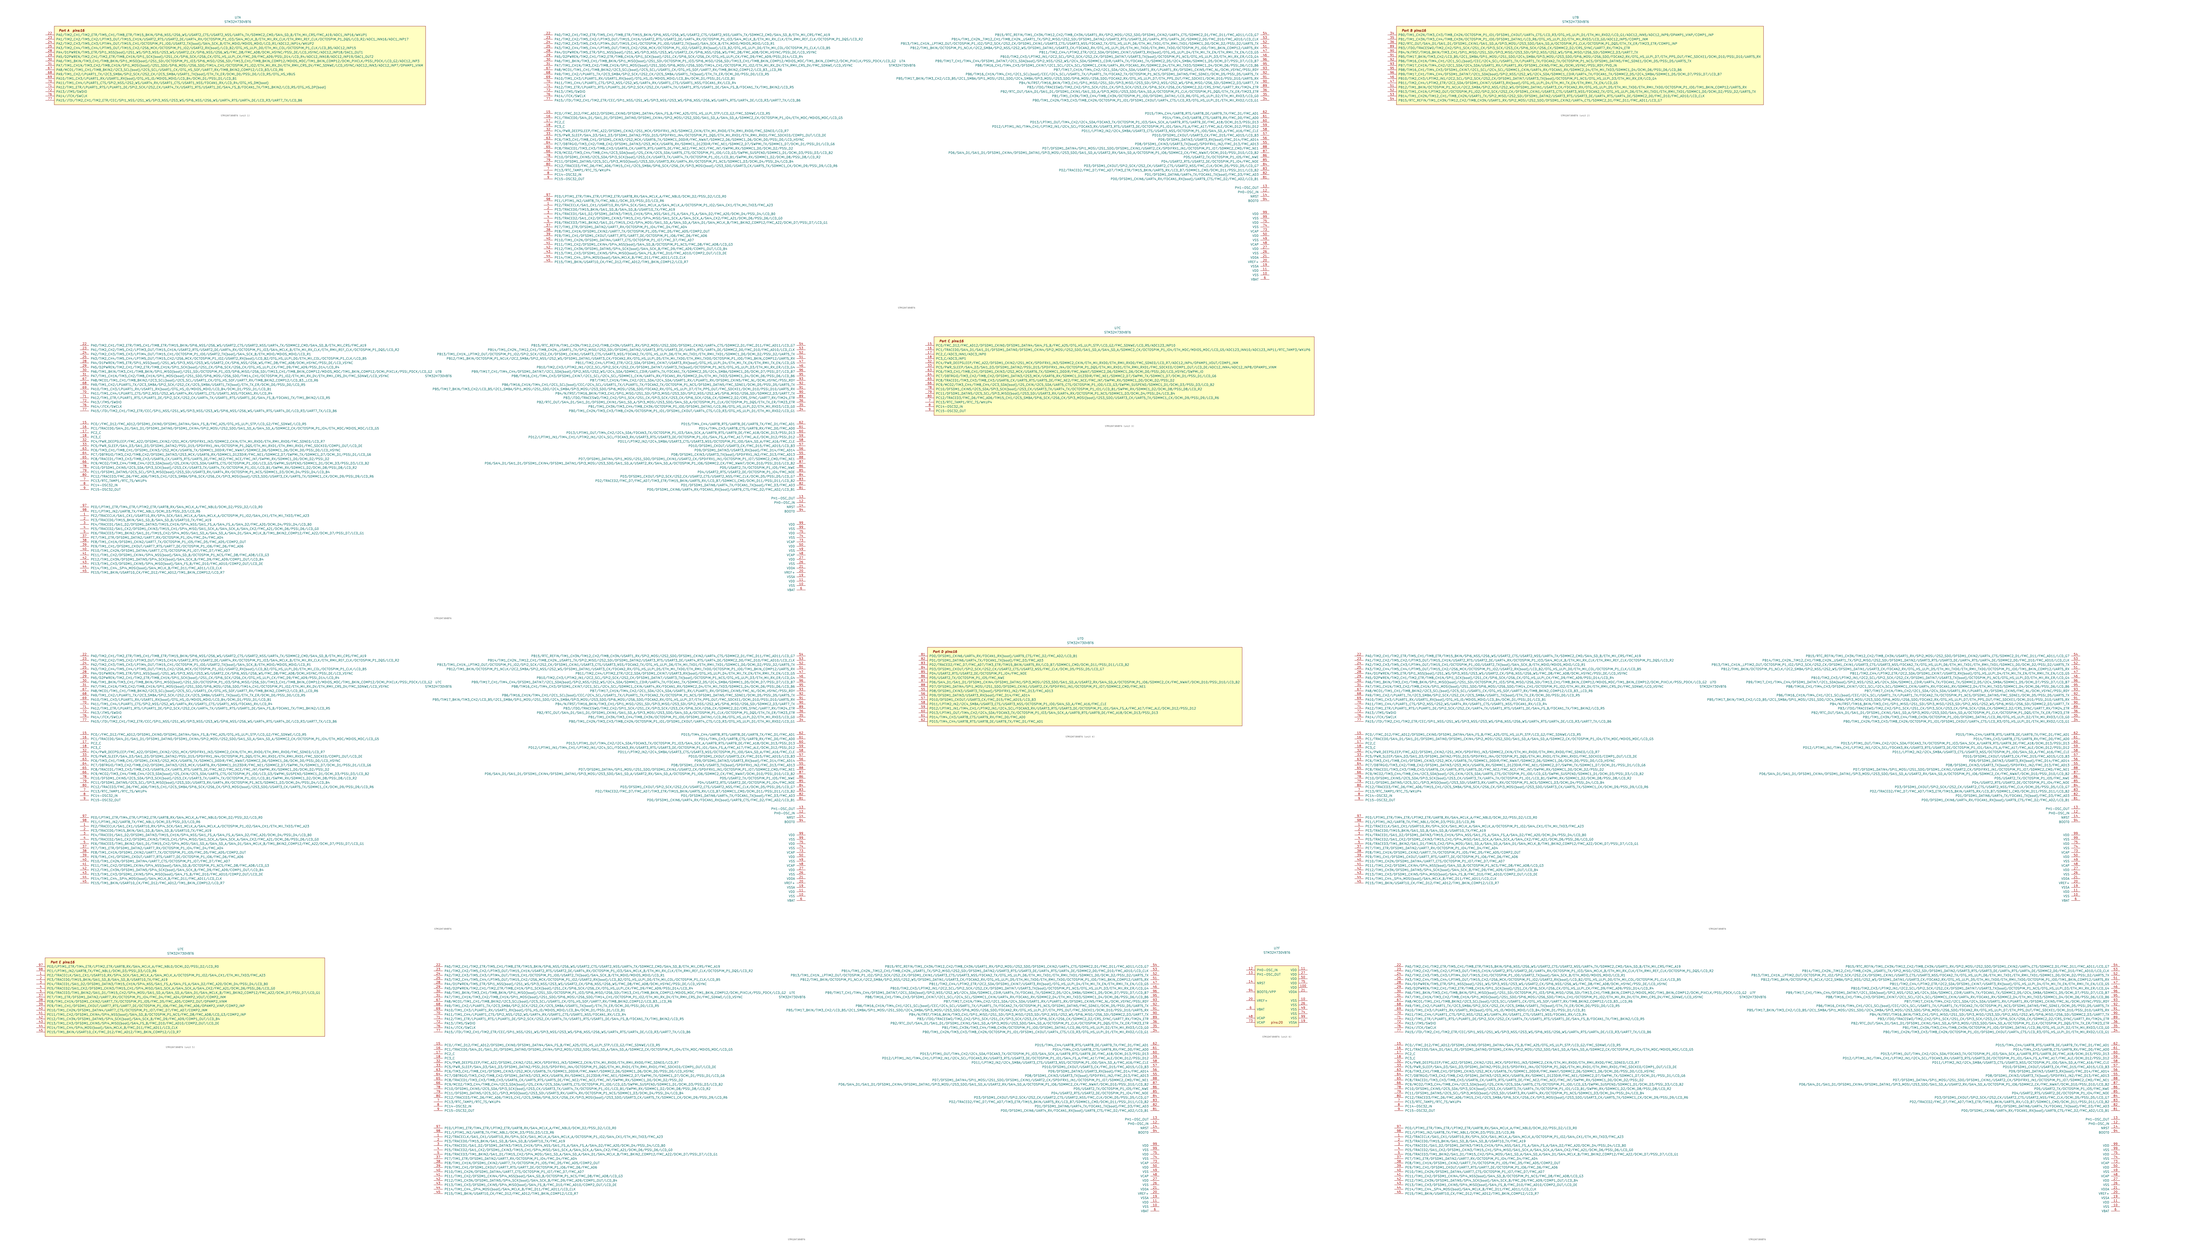
<source format=kicad_sym>
(kicad_symbol_lib
  (version 20220914)
  (generator kicad_symbol_editor)
  (symbol "STM32H730VBT6"
    (pin_names
      (offset 1.016))
    (property "Reference" "U"
      (at 0 27.94 0)
      (effects (font (size 1.27 1.27))))
    (property "Value" "STM32H730VBT6"
      (at 0 25.4 0)
      (effects (font (size 1.27 1.27))))
    (property "ki_locked" ""
      (at 0 0 0)
      (effects (font (size 1.27 1.27))))
    (symbol "STM32H730VBT6_1_1"
      (rectangle (start -106.68 22.86) (end 109.22 -22.86) (stroke (width 0) (type solid)) (fill (type background)))
      (text "Port A  pins:16" (at -96.52 20.32 0) (effects (font (size 1.27 1.27) bold italic)))
      (pin bidirectional line (at -111.76 17.78 0) (length 5.08) (name "PA0/TIM2_CH1/TIM2_ETR/TIM5_CH1/TIM8_ETR/TIM15_BKIN/SPI6_NSS/I2S6_WS/USART2_CTS/USART2_NSS/UART4_TX/SDMMC2_CMD/SAI4_SD_B/ETH_MII_CRS/FMC_A19/ADC1_INP16/WKUP1" (effects (font (size 1.27 1.27)))) (number "22" (effects (font (size 1.27 1.27)))))
      (pin bidirectional line (at -111.76 15.24 0) (length 5.08) (name "PA1/TIM2_CH2/TIM5_CH2/LPTIM3_OUT/TIM15_CH1N/USART2_RTS/USART2_DE/UART4_RX/OCTOSPIM_P1_IO3/SAI4_MCLK_B/ETH_MII_RX_CLK/ETH_RMII_REF_CLK/OCTOSPIM_P1_DQS/LCD_R2/ADC1_INN16/ADC1_INP17" (effects (font (size 1.27 1.27)))) (number "23" (effects (font (size 1.27 1.27)))))
      (pin bidirectional line (at -111.76 12.7 0) (length 5.08) (name "PA2/TIM2_CH3/TIM5_CH3/LPTIM4_OUT/TIM15_CH1/OCTOSPIM_P1_IO0/USART2_TX(boot)/SAI4_SCK_B/ETH_MDIO/MDIOS_MDIO/LCD_R1/ADC12_INP14/WKUP2" (effects (font (size 1.27 1.27)))) (number "24" (effects (font (size 1.27 1.27)))))
      (pin bidirectional line (at -111.76 10.16 0) (length 5.08) (name "PA3/TIM2_CH4/TIM5_CH4/LPTIM5_OUT/TIM15_CH2/I2S6_MCK/OCTOSPIM_P1_IO2/USART2_RX(boot)/LCD_B2/OTG_HS_ULPI_D0/ETH_MII_COL/OCTOSPIM_P1_CLK/LCD_B5/ADC12_INP15" (effects (font (size 1.27 1.27)))) (number "25" (effects (font (size 1.27 1.27)))))
      (pin bidirectional line (at -111.76 7.62 0) (length 5.08) (name "PA4/D1PWREN/TIM5_ETR/SPI1_NSS(boot)/I2S1_WS/SPI3_NSS/I2S3_WS/USART2_CK/SPI6_NSS/I2S6_WS/FMC_D8/FMC_AD8/DCMI_HSYNC/PSSI_DE/LCD_VSYNC/ADC12_INP18/DAC1_OUT1" (effects (font (size 1.27 1.27)))) (number "28" (effects (font (size 1.27 1.27)))))
      (pin bidirectional line (at -111.76 5.08 0) (length 5.08) (name "PA5/D2PWREN/TIM2_CH1/TIM2_ETR/TIM8_CH1N/SPI1_SCK(boot)/I2S1_CK/SPI6_SCK/I2S6_CK/OTG_HS_ULPI_CK/FMC_D9/FMC_AD9/PSSI_D14/LCD_R4/ADC12_INN18/ADC12_INP19/DAC1_OUT2" (effects (font (size 1.27 1.27)))) (number "29" (effects (font (size 1.27 1.27)))))
      (pin bidirectional line (at -111.76 2.54 0) (length 5.08) (name "PA6/TIM1_BKIN/TIM3_CH1/TIM8_BKIN/SPI1_MISO(boot)/I2S1_SDI/OCTOSPIM_P1_IO3/SPI6_MISO/I2S6_SDI/TIM13_CH1/TIM8_BKIN_COMP12/MDIOS_MDC/TIM1_BKIN_COMP12/DCMI_PIXCLK/PSSI_PDCK/LCD_G2/ADC12_INP3" (effects (font (size 1.27 1.27)))) (number "30" (effects (font (size 1.27 1.27)))))
      (pin bidirectional line (at -111.76 0 0) (length 5.08) (name "PA7/TIM1_CH1N/TIM3_CH2/TIM8_CH1N/SPI1_MOSI(boot)/I2S1_SDO/SPI6_MOSI/I2S6_SDO/TIM14_CH1/OCTOSPIM_P1_IO2/ETH_MII_RX_DV/ETH_RMII_CRS_DV/FMC_SDNWE/LCD_VSYNC/ADC12_INN3/ADC12_INP7/OPAMP1_VINM" (effects (font (size 1.27 1.27)))) (number "31" (effects (font (size 1.27 1.27)))))
      (pin bidirectional line (at -111.76 -2.54 0) (length 5.08) (name "PA8/MCO1/TIM1_CH1/TIM8_BKIN2/I2C3_SCL(boot)/I2C5_SCL/USART1_CK/OTG_HS_SOF/UART7_RX/TIM8_BKIN2_COMP12/LCD_B3/LCD_R6" (effects (font (size 1.27 1.27)))) (number "67" (effects (font (size 1.27 1.27)))))
      (pin bidirectional line (at -111.76 -5.08 0) (length 5.08) (name "PA9/TIM1_CH2/LPUART1_TX/I2C3_SMBA/SPI2_SCK/I2S2_CK/I2C5_SMBA/USART1_TX(boot)/ETH_TX_ER/DCMI_D0/PSSI_D0/LCD_R5/OTG_HS_VBUS" (effects (font (size 1.27 1.27)))) (number "68" (effects (font (size 1.27 1.27)))))
      (pin bidirectional line (at -111.76 -7.62 0) (length 5.08) (name "PA10/TIM1_CH3/LPUART1_RX/USART1_RX(boot)/OTG_HS_ID/MDIOS_MDIO/LCD_B4/DCMI_D1/PSSI_D1/LCD_B1" (effects (font (size 1.27 1.27)))) (number "69" (effects (font (size 1.27 1.27)))))
      (pin bidirectional line (at -111.76 -10.16 0) (length 5.08) (name "PA11/TIM1_CH4/LPUART1_CTS/SPI2_NSS/I2S2_WS/UART4_RX/USART1_CTS/USART1_NSS/FDCAN1_RX/LCD_R4/OTG_HS_DM(boot)" (effects (font (size 1.27 1.27)))) (number "70" (effects (font (size 1.27 1.27)))))
      (pin bidirectional line (at -111.76 -12.7 0) (length 5.08) (name "PA12/TIM1_ETR/LPUART1_RTS/LPUART1_DE/SPI2_SCK/I2S2_CK/UART4_TX/USART1_RTS/USART1_DE/SAI4_FS_B/FDCAN1_TX/TIM1_BKIN2/LCD_R5/OTG_HS_DP(boot)" (effects (font (size 1.27 1.27)))) (number "71" (effects (font (size 1.27 1.27)))))
      (pin bidirectional line (at -111.76 -15.24 0) (length 5.08) (name "PA13/JTMS/SWDIO" (effects (font (size 1.27 1.27)))) (number "72" (effects (font (size 1.27 1.27)))))
      (pin bidirectional line (at -111.76 -17.78 0) (length 5.08) (name "PA14/JTCK/SWCLK" (effects (font (size 1.27 1.27)))) (number "76" (effects (font (size 1.27 1.27)))))
      (pin bidirectional line (at -111.76 -20.32 0) (length 5.08) (name "PA15/JTDI/TIM2_CH1/TIM2_ETR/CEC/SPI1_NSS/I2S1_WS/SPI3_NSS/I2S3_WS/SPI6_NSS/I2S6_WS/UART4_RTS/UART4_DE/LCD_R3/UART7_TX/LCD_B6" (effects (font (size 1.27 1.27)))) (number "77" (effects (font (size 1.27 1.27))))))
    (symbol "STM32H730VBT6_1_2"
      (pin bidirectional line (at -208.28 -55.88 0) (length 5.08) (name "PE2/TRACECLK/SAI1_CK1/USART10_RX/SPI4_SCK/SAI1_MCLK_A/SAI4_MCLK_A/OCTOSPIM_P1_IO2/SAI4_CK1/ETH_MII_TXD3/FMC_A23" (effects (font (size 1.27 1.27)))) (number "1" (effects (font (size 1.27 1.27)))))
      (pin power_in line (at 213.36 -96.52 180) (length 5.08) (name "VSS" (effects (font (size 1.27 1.27)))) (number "10" (effects (font (size 1.27 1.27)))))
      (pin power_in line (at 213.36 -93.98 180) (length 5.08) (name "VDD" (effects (font (size 1.27 1.27)))) (number "11" (effects (font (size 1.27 1.27)))))
      (pin bidirectional line (at 213.36 -48.26 180) (length 5.08) (name "PH0-OSC_IN" (effects (font (size 1.27 1.27)))) (number "12" (effects (font (size 1.27 1.27)))))
      (pin bidirectional line (at 213.36 -45.72 180) (length 5.08) (name "PH1-OSC_OUT" (effects (font (size 1.27 1.27)))) (number "13" (effects (font (size 1.27 1.27)))))
      (pin bidirectional line (at 213.36 -50.8 180) (length 5.08) (name "NRST" (effects (font (size 1.27 1.27)))) (number "14" (effects (font (size 1.27 1.27)))))
      (pin bidirectional line (at -208.28 -2.54 0) (length 5.08) (name "PC0//FMC_D12/FMC_AD12/DFSDM1_CKIN0/DFSDM1_DATIN4/SAI4_FS_B/FMC_A25/OTG_HS_ULPI_STP/LCD_G2/FMC_SDNWE/LCD_R5" (effects (font (size 1.27 1.27)))) (number "15" (effects (font (size 1.27 1.27)))))
      (pin bidirectional line (at -208.28 -5.08 0) (length 5.08) (name "PC1/TRACED0/SAI4_D1/SAI1_D1/DFSDM1_DATIN0/DFSDM1_CKIN4/SPI2_MOSI/I2S2_SDO/SAI1_SD_A/SAI4_SD_A/SDMMC2_CK/OCTOSPIM_P1_IO4/ETH_MDC/MDIOS_MDC/LCD_G5" (effects (font (size 1.27 1.27)))) (number "16" (effects (font (size 1.27 1.27)))))
      (pin bidirectional line (at -208.28 -7.62 0) (length 5.08) (name "PC2_C" (effects (font (size 1.27 1.27)))) (number "17" (effects (font (size 1.27 1.27)))))
      (pin bidirectional line (at -208.28 -10.16 0) (length 5.08) (name "PC3_C" (effects (font (size 1.27 1.27)))) (number "18" (effects (font (size 1.27 1.27)))))
      (pin power_in line (at 213.36 -91.44 180) (length 5.08) (name "VSSA" (effects (font (size 1.27 1.27)))) (number "19" (effects (font (size 1.27 1.27)))))
      (pin bidirectional line (at -208.28 -58.42 0) (length 5.08) (name "PE3/TRACED0/TIM15_BKIN/SAI1_SD_B/SAI4_SD_B/USART10_TX/FMC_A19" (effects (font (size 1.27 1.27)))) (number "2" (effects (font (size 1.27 1.27)))))
      (pin power_in line (at 213.36 -88.9 180) (length 5.08) (name "VREF+" (effects (font (size 1.27 1.27)))) (number "20" (effects (font (size 1.27 1.27)))))
      (pin power_in line (at 213.36 -86.36 180) (length 5.08) (name "VDDA" (effects (font (size 1.27 1.27)))) (number "21" (effects (font (size 1.27 1.27)))))
      (pin bidirectional line (at -208.28 43.18 0) (length 5.08) (name "PA0/TIM2_CH1/TIM2_ETR/TIM5_CH1/TIM8_ETR/TIM15_BKIN/SPI6_NSS/I2S6_WS/USART2_CTS/USART2_NSS/UART4_TX/SDMMC2_CMD/SAI4_SD_B/ETH_MII_CRS/FMC_A19" (effects (font (size 1.27 1.27)))) (number "22" (effects (font (size 1.27 1.27)))))
      (pin bidirectional line (at -208.28 40.64 0) (length 5.08) (name "PA1/TIM2_CH2/TIM5_CH2/LPTIM3_OUT/TIM15_CH1N/USART2_RTS/USART2_DE/UART4_RX/OCTOSPIM_P1_IO3/SAI4_MCLK_B/ETH_MII_RX_CLK/ETH_RMII_REF_CLK/OCTOSPIM_P1_DQS/LCD_R2" (effects (font (size 1.27 1.27)))) (number "23" (effects (font (size 1.27 1.27)))))
      (pin bidirectional line (at -208.28 38.1 0) (length 5.08) (name "PA2/TIM2_CH3/TIM5_CH3/LPTIM4_OUT/TIM15_CH1/OCTOSPIM_P1_IO0/USART2_TX(boot)/SAI4_SCK_B/ETH_MDIO/MDIOS_MDIO/LCD_R1" (effects (font (size 1.27 1.27)))) (number "24" (effects (font (size 1.27 1.27)))))
      (pin bidirectional line (at -208.28 35.56 0) (length 5.08) (name "PA3/TIM2_CH4/TIM5_CH4/LPTIM5_OUT/TIM15_CH2/I2S6_MCK/OCTOSPIM_P1_IO2/USART2_RX(boot)/LCD_B2/OTG_HS_ULPI_D0/ETH_MII_COL/OCTOSPIM_P1_CLK/LCD_B5" (effects (font (size 1.27 1.27)))) (number "25" (effects (font (size 1.27 1.27)))))
      (pin power_in line (at 213.36 -83.82 180) (length 5.08) (name "VSS" (effects (font (size 1.27 1.27)))) (number "26" (effects (font (size 1.27 1.27)))))
      (pin power_in line (at 213.36 -81.28 180) (length 5.08) (name "VDD" (effects (font (size 1.27 1.27)))) (number "27" (effects (font (size 1.27 1.27)))))
      (pin bidirectional line (at -208.28 33.02 0) (length 5.08) (name "PA4/D1PWREN/TIM5_ETR/SPI1_NSS(boot)/I2S1_WS/SPI3_NSS/I2S3_WS/USART2_CK/SPI6_NSS/I2S6_WS/FMC_D8/FMC_AD8/DCMI_HSYNC/PSSI_DE/LCD_VSYNC" (effects (font (size 1.27 1.27)))) (number "28" (effects (font (size 1.27 1.27)))))
      (pin bidirectional line (at -208.28 30.48 0) (length 5.08) (name "PA5/D2PWREN/TIM2_CH1/TIM2_ETR/TIM8_CH1N/SPI1_SCK(boot)/I2S1_CK/SPI6_SCK/I2S6_CK/OTG_HS_ULPI_CK/FMC_D9/FMC_AD9/PSSI_D14/LCD_R4" (effects (font (size 1.27 1.27)))) (number "29" (effects (font (size 1.27 1.27)))))
      (pin bidirectional line (at -208.28 -60.96 0) (length 5.08) (name "PE4/TRACED1/SAI1_D2/DFSDM1_DATIN3/TIM15_CH1N/SPI4_NSS/SAI1_FS_A/SAI4_FS_A/SAI4_D2/FMC_A20/DCMI_D4/PSSI_D4/LCD_B0" (effects (font (size 1.27 1.27)))) (number "3" (effects (font (size 1.27 1.27)))))
      (pin bidirectional line (at -208.28 27.94 0) (length 5.08) (name "PA6/TIM1_BKIN/TIM3_CH1/TIM8_BKIN/SPI1_MISO(boot)/I2S1_SDI/OCTOSPIM_P1_IO3/SPI6_MISO/I2S6_SDI/TIM13_CH1/TIM8_BKIN_COMP12/MDIOS_MDC/TIM1_BKIN_COMP12/DCMI_PIXCLK/PSSI_PDCK/LCD_G2" (effects (font (size 1.27 1.27)))) (number "30" (effects (font (size 1.27 1.27)))))
      (pin bidirectional line (at -208.28 25.4 0) (length 5.08) (name "PA7/TIM1_CH1N/TIM3_CH2/TIM8_CH1N/SPI1_MOSI(boot)/I2S1_SDO/SPI6_MOSI/I2S6_SDO/TIM14_CH1/OCTOSPIM_P1_IO2/ETH_MII_RX_DV/ETH_RMII_CRS_DV/FMC_SDNWE/LCD_VSYNC" (effects (font (size 1.27 1.27)))) (number "31" (effects (font (size 1.27 1.27)))))
      (pin bidirectional line (at -208.28 -12.7 0) (length 5.08) (name "PC4/PWR_DEEPSLEEP/FMC_A22/DFSDM1_CKIN2/I2S1_MCK/SPDIFRX1_IN3/SDMMC2_CKIN/ETH_MII_RXD0/ETH_RMII_RXD0/FMC_SDNE0/LCD_R7" (effects (font (size 1.27 1.27)))) (number "32" (effects (font (size 1.27 1.27)))))
      (pin bidirectional line (at -208.28 -15.24 0) (length 5.08) (name "PC5/PWR_SLEEP/SAI4_D3/SAI1_D3/DFSDM1_DATIN2/PSSI_D15/SPDIFRX1_IN4/OCTOSPIM_P1_DQS/ETH_MII_RXD1/ETH_RMII_RXD1/FMC_SDCKE0/COMP1_OUT/LCD_DE" (effects (font (size 1.27 1.27)))) (number "33" (effects (font (size 1.27 1.27)))))
      (pin bidirectional line (at 213.36 5.08 180) (length 5.08) (name "PB0/TIM1_CH2N/TIM3_CH3/TIM8_CH2N/OCTOSPIM_P1_IO1/DFSDM1_CKOUT/UART4_CTS/LCD_R3/OTG_HS_ULPI_D1/ETH_MII_RXD2/LCD_G1" (effects (font (size 1.27 1.27)))) (number "34" (effects (font (size 1.27 1.27)))))
      (pin bidirectional line (at 213.36 7.62 180) (length 5.08) (name "PB1/TIM1_CH3N/TIM3_CH4/TIM8_CH3N/OCTOSPIM_P1_IO0/DFSDM1_DATIN1/LCD_R6/OTG_HS_ULPI_D2/ETH_MII_RXD3/LCD_G0" (effects (font (size 1.27 1.27)))) (number "35" (effects (font (size 1.27 1.27)))))
      (pin bidirectional line (at 213.36 10.16 180) (length 5.08) (name "PB2/RTC_OUT/SAI4_D1/SAI1_D1/DFSDM1_CKIN1/SAI1_SD_A/SPI3_MOSI/I2S3_SDO/SAI4_SD_A/OCTOSPIM_P1_CLK/OCTOSPIM_P1_DQS/ETH_TX_ER/TIM23_ETR" (effects (font (size 1.27 1.27)))) (number "36" (effects (font (size 1.27 1.27)))))
      (pin bidirectional line (at -208.28 -68.58 0) (length 5.08) (name "PE7/TIM1_ETR/DFSDM1_DATIN2/UART7_RX/OCTOSPIM_P1_IO4/FMC_D4/FMC_AD4" (effects (font (size 1.27 1.27)))) (number "37" (effects (font (size 1.27 1.27)))))
      (pin bidirectional line (at -208.28 -71.12 0) (length 5.08) (name "PE8/TIM1_CH1N/DFSDM1_CKIN2/UART7_TX/OCTOSPIM_P1_IO5/FMC_D5/FMC_AD5/COMP2_OUT" (effects (font (size 1.27 1.27)))) (number "38" (effects (font (size 1.27 1.27)))))
      (pin bidirectional line (at -208.28 -73.66 0) (length 5.08) (name "PE9/TIM1_CH1/DFSDM1_CKOUT/UART7_RTS/UART7_DE/OCTOSPIM_P1_IO6/FMC_D6/FMC_AD6" (effects (font (size 1.27 1.27)))) (number "39" (effects (font (size 1.27 1.27)))))
      (pin bidirectional line (at -208.28 -63.5 0) (length 5.08) (name "PE5/TRACED2/SAI1_CK2/DFSDM1_CKIN3/TIM15_CH1/SPI4_MISO/SAI1_SCK_A/SAI4_SCK_A/SAI4_CK2/FMC_A21/DCMI_D6/PSSI_D6/LCD_G0" (effects (font (size 1.27 1.27)))) (number "4" (effects (font (size 1.27 1.27)))))
      (pin bidirectional line (at -208.28 -76.2 0) (length 5.08) (name "PE10/TIM1_CH2N/DFSDM1_DATIN4/UART7_CTS/OCTOSPIM_P1_IO7/FMC_D7/FMC_AD7" (effects (font (size 1.27 1.27)))) (number "40" (effects (font (size 1.27 1.27)))))
      (pin bidirectional line (at -208.28 -78.74 0) (length 5.08) (name "PE11/TIM1_CH2/DFSDM1_CKIN4/SPI4_NSS(boot)/SAI4_SD_B/OCTOSPIM_P1_NCS/FMC_D8/FMC_AD8/LCD_G3" (effects (font (size 1.27 1.27)))) (number "41" (effects (font (size 1.27 1.27)))))
      (pin bidirectional line (at -208.28 -81.28 0) (length 5.08) (name "PE12/TIM1_CH3N/DFSDM1_DATIN5/SPI4_SCK(boot)/SAI4_SCK_B/FMC_D9/FMC_AD9/COMP1_OUT/LCD_B4" (effects (font (size 1.27 1.27)))) (number "42" (effects (font (size 1.27 1.27)))))
      (pin bidirectional line (at -208.28 -83.82 0) (length 5.08) (name "PE13/TIM1_CH3/DFSDM1_CKIN5/SPI4_MISO(boot)/SAI4_FS_B/FMC_D10/FMC_AD10/COMP2_OUT/LCD_DE" (effects (font (size 1.27 1.27)))) (number "43" (effects (font (size 1.27 1.27)))))
      (pin bidirectional line (at -208.28 -86.36 0) (length 5.08) (name "PE14/TIM1_CH4,_SPI4_MOSI(boot)/SAI4_MCLK_B/FMC_D11/FMC_AD11/LCD_CLK" (effects (font (size 1.27 1.27)))) (number "44" (effects (font (size 1.27 1.27)))))
      (pin bidirectional line (at -208.28 -88.9 0) (length 5.08) (name "PE15/TIM1_BKIN/USART10_CK/FMC_D12/FMC_AD12/TIM1_BKIN_COMP12/LCD_R7" (effects (font (size 1.27 1.27)))) (number "45" (effects (font (size 1.27 1.27)))))
      (pin bidirectional line (at 213.36 30.48 180) (length 5.08) (name "PB10/TIM2_CH3/LPTIM2_IN1/I2C2_SCL/SPI2_SCK/I2S2_CK/DFSDM1_DATIN7/USART3_TX(boot)/OCTOSPIM_P1_NCS/OTG_HS_ULPI_D3/ETH_MII_RX_ER/LCD_G4" (effects (font (size 1.27 1.27)))) (number "46" (effects (font (size 1.27 1.27)))))
      (pin bidirectional line (at 213.36 33.02 180) (length 5.08) (name "PB11/TIM2_CH4/LPTIM2_ETR/I2C2_SDA/DFSDM1_CKIN7/USART3_RX(boot)/OTG_HS_ULPI_D4/ETH_MII_TX_EN/ETH_RMII_TX_EN/LCD_G5" (effects (font (size 1.27 1.27)))) (number "47" (effects (font (size 1.27 1.27)))))
      (pin power_in line (at 213.36 -78.74 180) (length 5.08) (name "VCAP" (effects (font (size 1.27 1.27)))) (number "48" (effects (font (size 1.27 1.27)))))
      (pin power_in line (at 213.36 -76.2 180) (length 5.08) (name "VSS" (effects (font (size 1.27 1.27)))) (number "49" (effects (font (size 1.27 1.27)))))
      (pin bidirectional line (at -208.28 -66.04 0) (length 5.08) (name "PE6/TRACED3/TIM1_BKIN2/SAI1_D1/TIM15_CH2/SPI4_MOSI/SAI1_SD_A/SAI4_SD_A/SAI4_D1/SAI4_MCLK_B/TIM1_BKIN2_COMP12/FMC_A22/DCMI_D7/PSSI_D7/LCD_G1" (effects (font (size 1.27 1.27)))) (number "5" (effects (font (size 1.27 1.27)))))
      (pin power_in line (at 213.36 -73.66 180) (length 5.08) (name "VDD" (effects (font (size 1.27 1.27)))) (number "50" (effects (font (size 1.27 1.27)))))
      (pin bidirectional line (at 213.36 35.56 180) (length 5.08) (name "PB12/TIM1_BKIN/OCTOSPIM_P1_NCLK/I2C2_SMBA/SPI2_NSS/I2S2_WS/DFSDM1_DATIN1/USART3_CK/FDCAN2_RX/OTG_HS_ULPI_D5/ETH_MII_TXD0/ETH_RMII_TXD0/OCTOSPIM_P1_IO0/TIM1_BKIN_COMP12/UART5_RX" (effects (font (size 1.27 1.27)))) (number "51" (effects (font (size 1.27 1.27)))))
      (pin bidirectional line (at 213.36 38.1 180) (length 5.08) (name "PB13/TIM1_CH1N,_LPTIM2_OUT/OCTOSPIM_P1_IO2/SPI2_SCK/I2S2_CK/DFSDM1_CKIN1/USART3_CTS/USART3_NSS/FDCAN2_TX/OTG_HS_ULPI_D6/ETH_MII_TXD1/ETH_RMII_TXD1/SDMMC1_D0/DCMI_D2/PSSI_D2/UART5_TX" (effects (font (size 1.27 1.27)))) (number "52" (effects (font (size 1.27 1.27)))))
      (pin bidirectional line (at 213.36 40.64 180) (length 5.08) (name "PB14/TIM1_CH2N,_TIM12_CH1/TIM8_CH2N,_USART1_TX/SPI2_MISO/I2S2_SDI/DFSDM1_DATIN2/USART3_RTS/USART3_DE/UART4_RTS/UART4_DE/SDMMC2_D0/FMC_D10/FMC_AD10/LCD_CLK" (effects (font (size 1.27 1.27)))) (number "53" (effects (font (size 1.27 1.27)))))
      (pin bidirectional line (at 213.36 43.18 180) (length 5.08) (name "PB15/RTC_REFIN/TIM1_CH3N/TIM12_CH2/TIM8_CH3N/USART1_RX/SPI2_MOSI/I2S2_SDO/DFSDM1_CKIN2/UART4_CTS/SDMMC2_D1/FMC_D11/FMC_AD11/LCD_G7" (effects (font (size 1.27 1.27)))) (number "54" (effects (font (size 1.27 1.27)))))
      (pin bidirectional line (at 213.36 -20.32 180) (length 5.08) (name "PD8/DFSDM1_CKIN3/USART3_TX(boot)/SPDIFRX1_IN2/FMC_D13/FMC_AD13" (effects (font (size 1.27 1.27)))) (number "55" (effects (font (size 1.27 1.27)))))
      (pin bidirectional line (at 213.36 -17.78 180) (length 5.08) (name "PD9/DFSDM1_DATIN3/USART3_RX(boot)/FMC_D14/FMC_AD14" (effects (font (size 1.27 1.27)))) (number "56" (effects (font (size 1.27 1.27)))))
      (pin bidirectional line (at 213.36 -15.24 180) (length 5.08) (name "PD10/DFSDM1_CKOUT/USART3_CK/FMC_D15/FMC_AD15/LCD_B3" (effects (font (size 1.27 1.27)))) (number "57" (effects (font (size 1.27 1.27)))))
      (pin bidirectional line (at 213.36 -12.7 180) (length 5.08) (name "PD11/LPTIM2_IN2/I2C4_SMBA/USART3_CTS/USART3_NSS/OCTOSPIM_P1_IO0/SAI4_SD_A/FMC_A16/FMC_CLE" (effects (font (size 1.27 1.27)))) (number "58" (effects (font (size 1.27 1.27)))))
      (pin bidirectional line (at 213.36 -10.16 180) (length 5.08) (name "PD12/LPTIM1_IN1/TIM4_CH1/LPTIM2_IN1/I2C4_SCL/FDCAN3_RX/USART3_RTS/USART3_DE/OCTOSPIM_P1_IO1/SAI4_FS_A/FMC_A17/FMC_ALE/DCMI_D12/PSSI_D12" (effects (font (size 1.27 1.27)))) (number "59" (effects (font (size 1.27 1.27)))))
      (pin power_in line (at 213.36 -99.06 180) (length 5.08) (name "VBAT" (effects (font (size 1.27 1.27)))) (number "6" (effects (font (size 1.27 1.27)))))
      (pin bidirectional line (at 213.36 -7.62 180) (length 5.08) (name "PD13/LPTIM1_OUT/TIM4_CH2/I2C4_SDA/FDCAN3_TX/OCTOSPIM_P1_IO3/SAI4_SCK_A/UART9_RTS/UART9_DE/FMC_A18/DCMI_D13/PSSI_D13" (effects (font (size 1.27 1.27)))) (number "60" (effects (font (size 1.27 1.27)))))
      (pin bidirectional line (at 213.36 -5.08 180) (length 5.08) (name "PD14/TIM4_CH3/UART8_CTS/UART9_RX/FMC_D0/FMC_AD0" (effects (font (size 1.27 1.27)))) (number "61" (effects (font (size 1.27 1.27)))))
      (pin bidirectional line (at 213.36 -2.54 180) (length 5.08) (name "PD15/TIM4_CH4/UART8_RTS/UART8_DE/UART9_TX/FMC_D1/FMC_AD1" (effects (font (size 1.27 1.27)))) (number "62" (effects (font (size 1.27 1.27)))))
      (pin bidirectional line (at -208.28 -17.78 0) (length 5.08) (name "PC6/TIM3_CH1/TIM8_CH1/DFSDM1_CKIN3/I2S2_MCK/USART6_TX/SDMMC1_D0DIR/FMC_NWAIT/SDMMC2_D6/SDMMC1_D6/DCMI_D0/PSSI_D0/LCD_HSYNC" (effects (font (size 1.27 1.27)))) (number "63" (effects (font (size 1.27 1.27)))))
      (pin bidirectional line (at -208.28 -20.32 0) (length 5.08) (name "PC7/DBTRGIO/TIM3_CH2/TIM8_CH2/DFSDM1_DATIN3/I2S3_MCK/USART6_RX/SDMMC1_D123DIR/FMC_NE1/SDMMC2_D7/SWPMI_TX/SDMMC1_D7/DCMI_D1/PSSI_D1/LCD_G6" (effects (font (size 1.27 1.27)))) (number "64" (effects (font (size 1.27 1.27)))))
      (pin bidirectional line (at -208.28 -22.86 0) (length 5.08) (name "PC8/TRACED1/TIM3_CH3/TIM8_CH3/USART6_CK/UART5_RTS/UART5_DE/FMC_NE2/FMC_NCE/FMC_INT/SWPMI_RX/SDMMC1_D0/DCMI_D2/PSSI_D2" (effects (font (size 1.27 1.27)))) (number "65" (effects (font (size 1.27 1.27)))))
      (pin bidirectional line (at -208.28 -25.4 0) (length 5.08) (name "PC9/MCO2/TIM3_CH4/TIM8_CH4/I2C3_SDA(boot)/I2S_CKIN/I2C5_SDA/UART5_CTS/OCTOSPIM_P1_IO0/LCD_G3/SWPMI_SUSPEND/SDMMC1_D1/DCMI_D3/PSSI_D3/LCD_B2" (effects (font (size 1.27 1.27)))) (number "66" (effects (font (size 1.27 1.27)))))
      (pin bidirectional line (at -208.28 22.86 0) (length 5.08) (name "PA8/MCO1/TIM1_CH1/TIM8_BKIN2/I2C3_SCL(boot)/I2C5_SCL/USART1_CK/OTG_HS_SOF/UART7_RX/TIM8_BKIN2_COMP12/LCD_B3,_LCD_R6" (effects (font (size 1.27 1.27)))) (number "67" (effects (font (size 1.27 1.27)))))
      (pin bidirectional line (at -208.28 20.32 0) (length 5.08) (name "PA9/TIM1_CH2/LPUART1_TX/I2C3_SMBA/SPI2_SCK/I2S2_CK/I2C5_SMBA/USART1_TX(boot)/ETH_TX_ER/DCMI_D0/PSSI_D0/LCD_R5" (effects (font (size 1.27 1.27)))) (number "68" (effects (font (size 1.27 1.27)))))
      (pin bidirectional line (at -208.28 17.78 0) (length 5.08) (name "PA10/TIM1_CH3/LPUART1_RX/USART1_RX(boot)/OTG_HS_ID/MDIOS_MDIO/LCD_B4/DCMI_D1/PSSI_D1/LCD_B1" (effects (font (size 1.27 1.27)))) (number "69" (effects (font (size 1.27 1.27)))))
      (pin bidirectional line (at -208.28 -35.56 0) (length 5.08) (name "PC13/RTC_TAMP1/RTC_TS/WKUP4" (effects (font (size 1.27 1.27)))) (number "7" (effects (font (size 1.27 1.27)))))
      (pin bidirectional line (at -208.28 15.24 0) (length 5.08) (name "PA11/TIM1_CH4/LPUART1_CTS/SPI2_NSS/I2S2_WS/UART4_RX/USART1_CTS/USART1_NSS/FDCAN1_RX/LCD_R4" (effects (font (size 1.27 1.27)))) (number "70" (effects (font (size 1.27 1.27)))))
      (pin bidirectional line (at -208.28 12.7 0) (length 5.08) (name "PA12/TIM1_ETR/LPUART1_RTS/LPUART1_DE/SPI2_SCK/I2S2_CK/UART4_TX/USART1_RTS/USART1_DE/SAI4_FS_B/FDCAN1_TX/TIM1_BKIN2/LCD_R5" (effects (font (size 1.27 1.27)))) (number "71" (effects (font (size 1.27 1.27)))))
      (pin bidirectional line (at -208.28 10.16 0) (length 5.08) (name "PA13/JTMS/SWDIO" (effects (font (size 1.27 1.27)))) (number "72" (effects (font (size 1.27 1.27)))))
      (pin power_in line (at 213.36 -71.12 180) (length 5.08) (name "VCAP" (effects (font (size 1.27 1.27)))) (number "73" (effects (font (size 1.27 1.27)))))
      (pin power_in line (at 213.36 -68.58 180) (length 5.08) (name "VSS" (effects (font (size 1.27 1.27)))) (number "74" (effects (font (size 1.27 1.27)))))
      (pin power_in line (at 213.36 -66.04 180) (length 5.08) (name "VDD" (effects (font (size 1.27 1.27)))) (number "75" (effects (font (size 1.27 1.27)))))
      (pin bidirectional line (at -208.28 7.62 0) (length 5.08) (name "PA14/JTCK/SWCLK" (effects (font (size 1.27 1.27)))) (number "76" (effects (font (size 1.27 1.27)))))
      (pin bidirectional line (at -208.28 5.08 0) (length 5.08) (name "PA15/JTDI/TIM2_CH1/TIM2_ETR/CEC/SPI1_NSS/I2S1_WS/SPI3_NSS/I2S3_WS/SPI6_NSS/I2S6_WS/UART4_RTS/UART4_DE/LCD_R3/UART7_TX/LCD_B6" (effects (font (size 1.27 1.27)))) (number "77" (effects (font (size 1.27 1.27)))))
      (pin bidirectional line (at -208.28 -27.94 0) (length 5.08) (name "PC10/DFSDM1_CKIN5/I2C5_SDA/SPI3_SCK(boot)/I2S3_CK/USART3_TX/UART4_TX/OCTOSPIM_P1_IO1/LCD_B1/SWPMI_RX/SDMMC1_D2/DCMI_D8/PSSI_D8/LCD_R2" (effects (font (size 1.27 1.27)))) (number "78" (effects (font (size 1.27 1.27)))))
      (pin bidirectional line (at -208.28 -30.48 0) (length 5.08) (name "PC11/DFSDM1_DATIN5/I2C5_SCL/SPI3_MISO(boot)/I2S3_SDI/USART3_RX/UART4_RX/OCTOSPIM_P1_NCS/SDMMC1_D3/DCMI_D4/PSSI_D4/LCD_B4" (effects (font (size 1.27 1.27)))) (number "79" (effects (font (size 1.27 1.27)))))
      (pin bidirectional line (at -208.28 -38.1 0) (length 5.08) (name "PC14-OSC32_IN" (effects (font (size 1.27 1.27)))) (number "8" (effects (font (size 1.27 1.27)))))
      (pin bidirectional line (at -208.28 -33.02 0) (length 5.08) (name "PC12/TRACED3/FMC_D6/FMC_AD6/TIM15_CH1/I2C5_SMBA/SPI6_SCK/I2S6_CK/SPI3_MOSI(boot)/I2S3_SDO/USART3_CK/UART5_TX/SDMMC1_CK/DCMI_D9/PSSI_D9/LCD_R6" (effects (font (size 1.27 1.27)))) (number "80" (effects (font (size 1.27 1.27)))))
      (pin bidirectional line (at 213.36 -40.64 180) (length 5.08) (name "PD0/DFSDM1_CKIN6/UART4_RX/FDCAN1_RX(boot)/UART9_CTS/FMC_D2/FMC_AD2/LCD_B1" (effects (font (size 1.27 1.27)))) (number "81" (effects (font (size 1.27 1.27)))))
      (pin bidirectional line (at 213.36 -38.1 180) (length 5.08) (name "PD1/DFSDM1_DATIN6/UART4_TX/FDCAN1_TX(boot)/FMC_D3/FMC_AD3" (effects (font (size 1.27 1.27)))) (number "82" (effects (font (size 1.27 1.27)))))
      (pin bidirectional line (at 213.36 -35.56 180) (length 5.08) (name "PD2/TRACED2/FMC_D7/FMC_AD7/TIM3_ETR/TIM15_BKIN/UART5_RX/LCD_B7/SDMMC1_CMD/DCMI_D11/PSSI_D11/LCD_B2" (effects (font (size 1.27 1.27)))) (number "83" (effects (font (size 1.27 1.27)))))
      (pin bidirectional line (at 213.36 -33.02 180) (length 5.08) (name "PD3/DFSDM1_CKOUT/SPI2_SCK/I2S2_CK/USART2_CTS/USART2_NSS/FMC_CLK/DCMI_D5/PSSI_D5/LCD_G7" (effects (font (size 1.27 1.27)))) (number "84" (effects (font (size 1.27 1.27)))))
      (pin bidirectional line (at 213.36 -30.48 180) (length 5.08) (name "PD4/USART2_RTS/USART2_DE/OCTOSPIM_P1_IO4/FMC_NOE" (effects (font (size 1.27 1.27)))) (number "85" (effects (font (size 1.27 1.27)))))
      (pin bidirectional line (at 213.36 -27.94 180) (length 5.08) (name "PD5/USART2_TX/OCTOSPIM_P1_IO5/FMC_NWE" (effects (font (size 1.27 1.27)))) (number "86" (effects (font (size 1.27 1.27)))))
      (pin bidirectional line (at 213.36 -25.4 180) (length 5.08) (name "PD6/SAI4_D1/SAI1_D1/DFSDM1_CKIN4/DFSDM1_DATIN1/SPI3_MOSI/I2S3_SDO/SAI1_SD_A/USART2_RX/SAI4_SD_A/OCTOSPIM_P1_IO6/SDMMC2_CK/FMC_NWAIT/DCMI_D10/PSSI_D10/LCD_B2" (effects (font (size 1.27 1.27)))) (number "87" (effects (font (size 1.27 1.27)))))
      (pin bidirectional line (at 213.36 -22.86 180) (length 5.08) (name "PD7/DFSDM1_DATIN4/SPI1_MOSI/I2S1_SDO/DFSDM1_CKIN1/USART2_CK/SPDIFRX1_IN1/OCTOSPIM_P1_IO7/SDMMC2_CMD/FMC_NE1" (effects (font (size 1.27 1.27)))) (number "88" (effects (font (size 1.27 1.27)))))
      (pin bidirectional line (at 213.36 12.7 180) (length 5.08) (name "PB3/JTDO/TRACESWO/TIM2_CH2/SPI1_SCK/I2S1_CK/SPI3_SCK/I2S3_CK/SPI6_SCK/I2S6_CK/SDMMC2_D2/CRS_SYNC/UART7_RX/TIM24_ETR" (effects (font (size 1.27 1.27)))) (number "89" (effects (font (size 1.27 1.27)))))
      (pin bidirectional line (at -208.28 -40.64 0) (length 5.08) (name "PC15-OSC32_OUT" (effects (font (size 1.27 1.27)))) (number "9" (effects (font (size 1.27 1.27)))))
      (pin bidirectional line (at 213.36 15.24 180) (length 5.08) (name "PB4/NJTRST/TIM16_BKIN/TIM3_CH1/SPI1_MISO/I2S1_SDI/SPI3_MISO/I2S3_SDI/SPI2_NSS/I2S2_WS/SPI6_MISO/I2S6_SDI/SDMMC2_D3/UART7_TX" (effects (font (size 1.27 1.27)))) (number "90" (effects (font (size 1.27 1.27)))))
      (pin bidirectional line (at 213.36 17.78 180) (length 5.08) (name "PB5/TIM17_BKIN/TIM3_CH2/LCD_B5/I2C1_SMBA/SPI1_MOSI/I2S1_SDO/I2C4_SMBA/SPI3_MOSI/I2S3_SDO/SPI6_MOSI/I2S6_SDO/FDCAN2_RX/OTG_HS_ULPI_D7/ETH_PPS_OUT/FMC_SDCKE1/DCMI_D10/PSSI_D10/UART5_RX" (effects (font (size 1.27 1.27)))) (number "91" (effects (font (size 1.27 1.27)))))
      (pin bidirectional line (at 213.36 20.32 180) (length 5.08) (name "PB6/TIM16_CH1N/TIM4_CH1/I2C1_SCL(boot)/CEC/I2C4_SCL/USART1_TX/LPUART1_TX/FDCAN2_TX/OCTOSPIM_P1_NCS/DFSDM1_DATIN5/FMC_SDNE1/DCMI_D5/PSSI_D5/UART5_TX" (effects (font (size 1.27 1.27)))) (number "92" (effects (font (size 1.27 1.27)))))
      (pin bidirectional line (at 213.36 22.86 180) (length 5.08) (name "PB7/TIM17_CH1N/TIM4_CH2/I2C1_SDA/I2C4_SDA/USART1_RX/LPUART1_RX/DFSDM1_CKIN5/FMC_NL/DCMI_VSYNC/PSSI_RDY" (effects (font (size 1.27 1.27)))) (number "93" (effects (font (size 1.27 1.27)))))
      (pin input line (at 213.36 -53.34 180) (length 5.08) (name "BOOT0" (effects (font (size 1.27 1.27)))) (number "94" (effects (font (size 1.27 1.27)))))
      (pin bidirectional line (at 213.36 25.4 180) (length 5.08) (name "PB8/TIM16_CH1/TIM4_CH3/DFSDM1_CKIN7/I2C1_SCL/I2C4_SCL/SDMMC1_CKIN/UART4_RX/FDCAN1_RX/SDMMC2_D4/ETH_MII_TXD3/SDMMC1_D4/DCMI_D6/PSSI_D6/LCD_B6" (effects (font (size 1.27 1.27)))) (number "95" (effects (font (size 1.27 1.27)))))
      (pin bidirectional line (at 213.36 27.94 180) (length 5.08) (name "PB9/TIM17_CH1/TIM4_CH4/DFSDM1_DATIN7/I2C1_SDA(boot)/SPI2_NSS/I2S2_WS/I2C4_SDA/SDMMC1_CDIR/UART4_TX/FDCAN1_TX/SDMMC2_D5/I2C4_SMBA/SDMMC1_D5/DCMI_D7/PSSI_D7/LCD_B7" (effects (font (size 1.27 1.27)))) (number "96" (effects (font (size 1.27 1.27)))))
      (pin bidirectional line (at -208.28 -50.8 0) (length 5.08) (name "PE0/LPTIM1_ETR/TIM4_ETR/LPTIM2_ETR/UART8_RX/SAI4_MCLK_A/FMC_NBL0/DCMI_D2/PSSI_D2/LCD_R0" (effects (font (size 1.27 1.27)))) (number "97" (effects (font (size 1.27 1.27)))))
      (pin bidirectional line (at -208.28 -53.34 0) (length 5.08) (name "PE1/LPTIM1_IN2/UART8_TX/FMC_NBL1/DCMI_D3/PSSI_D3/LCD_R6" (effects (font (size 1.27 1.27)))) (number "98" (effects (font (size 1.27 1.27)))))
      (pin power_in line (at 213.36 -60.96 180) (length 5.08) (name "VDD" (effects (font (size 1.27 1.27)))) (number "99" (effects (font (size 1.27 1.27)))))
      (pin power_in line (at 213.36 -63.5 180) (length 5.08) (name "VSS" (effects (font (size 1.27 1.27)))) (number "99" (effects (font (size 1.27 1.27))))))
    (symbol "STM32H730VBT6_2_1"
      (rectangle (start -104.14 22.86) (end 109.22 -22.86) (stroke (width 0) (type solid)) (fill (type background)))
      (text "Port B pins:16" (at -93.98 20.32 0) (effects (font (size 1.27 1.27) bold italic)))
      (pin bidirectional line (at -109.22 17.78 0) (length 5.08) (name "PB0/TIM1_CH2N/TIM3_CH3/TIM8_CH2N/OCTOSPIM_P1_IO1/DFSDM1_CKOUT/UART4_CTS/LCD_R3/OTG_HS_ULPI_D1/ETH_MII_RXD2/LCD_G1/ADC12_INN5/ADC12_INP9/OPAMP1_VINP/COMP1_INP" (effects (font (size 1.27 1.27)))) (number "34" (effects (font (size 1.27 1.27)))))
      (pin bidirectional line (at -109.22 15.24 0) (length 5.08) (name "PB1/TIM1_CH3N/TIM3_CH4/TIM8_CH3N/OCTOSPIM_P1_IO0/DFSDM1_DATIN1/LCD_R6/OTG_HS_ULPI_D2/ETH_MII_RXD3/LCD_G0/ADC12_INP5/COMP1_INM" (effects (font (size 1.27 1.27)))) (number "35" (effects (font (size 1.27 1.27)))))
      (pin bidirectional line (at -109.22 12.7 0) (length 5.08) (name "PB2/RTC_OUT/SAI4_D1/SAI1_D1/DFSDM1_CKIN1/SAI1_SD_A/SPI3_MOSI/I2S3_SDO/SAI4_SD_A/OCTOSPIM_P1_CLK/OCTOSPIM_P1_DQS/ETH_TX_ER/TIM23_ETR/COMP1_INP" (effects (font (size 1.27 1.27)))) (number "36" (effects (font (size 1.27 1.27)))))
      (pin bidirectional line (at -109.22 -7.62 0) (length 5.08) (name "PB10/TIM2_CH3/LPTIM2_IN1/I2C2_SCL/SPI2_SCK/I2S2_CK/DFSDM1_DATIN7/USART3_TX(boot)/OCTOSPIM_P1_NCS/OTG_HS_ULPI_D3/ETH_MII_RX_ER/LCD_G4" (effects (font (size 1.27 1.27)))) (number "46" (effects (font (size 1.27 1.27)))))
      (pin bidirectional line (at -109.22 -10.16 0) (length 5.08) (name "PB11/TIM2_CH4/LPTIM2_ETR/I2C2_SDA/DFSDM1_CKIN7/USART3_RX(boot)/OTG_HS_ULPI_D4/ETH_MII_TX_EN/ETH_RMII_TX_EN/LCD_G5" (effects (font (size 1.27 1.27)))) (number "47" (effects (font (size 1.27 1.27)))))
      (pin bidirectional line (at -109.22 -12.7 0) (length 5.08) (name "PB12/TIM1_BKIN/OCTOSPIM_P1_NCLK/I2C2_SMBA/SPI2_NSS/I2S2_WS/DFSDM1_DATIN1/USART3_CK/FDCAN2_RX/OTG_HS_ULPI_D5/ETH_MII_TXD0/ETH_RMII_TXD0/OCTOSPIM_P1_IO0/TIM1_BKIN_COMP12/UART5_RX" (effects (font (size 1.27 1.27)))) (number "51" (effects (font (size 1.27 1.27)))))
      (pin bidirectional line (at -109.22 -15.24 0) (length 5.08) (name "PB13/TIM1_CH1N/LPTIM2_OUT/OCTOSPIM_P1_IO2/SPI2_SCK/I2S2_CK/DFSDM1_CKIN1/USART3_CTS/USART3_NSS/FDCAN2_TX/OTG_HS_ULPI_D6/ETH_MII_TXD1/ETH_RMII_TXD1/SDMMC1_D0/DCMI_D2/PSSI_D2/UART5_TX" (effects (font (size 1.27 1.27)))) (number "52" (effects (font (size 1.27 1.27)))))
      (pin bidirectional line (at -109.22 -17.78 0) (length 5.08) (name "PB14/TIM1_CH2N/TIM12_CH1/TIM8_CH2N/USART1_TX/SPI2_MISO/I2S2_SDI/DFSDM1_DATIN2/USART3_RTS/USART3_DE/UART4_RTS/UART4_DE/SDMMC2_D0/FMC_D10/FMC_AD10/LCD_CLK" (effects (font (size 1.27 1.27)))) (number "53" (effects (font (size 1.27 1.27)))))
      (pin bidirectional line (at -109.22 -20.32 0) (length 5.08) (name "PB15/RTC_REFIN/TIM1_CH3N/TIM12_CH2/TIM8_CH3N/USART1_RX/SPI2_MOSI/I2S2_SDO/DFSDM1_CKIN2/UART4_CTS/SDMMC2_D1/FMC_D11/FMC_AD11/LCD_G7" (effects (font (size 1.27 1.27)))) (number "54" (effects (font (size 1.27 1.27)))))
      (pin bidirectional line (at -109.22 10.16 0) (length 5.08) (name "PB3/JTDO/TRACESWO/TIM2_CH2/SPI1_SCK/I2S1_CK/SPI3_SCK/I2S3_CK/SPI6_SCK/I2S6_CK/SDMMC2_D2/CRS_SYNC/UART7_RX/TIM24_ETR" (effects (font (size 1.27 1.27)))) (number "89" (effects (font (size 1.27 1.27)))))
      (pin bidirectional line (at -109.22 7.62 0) (length 5.08) (name "PB4/NJTRST/TIM16_BKIN/TIM3_CH1/SPI1_MISO/I2S1_SDI/SPI3_MISO/I2S3_SDI/SPI2_NSS/I2S2_WS/SPI6_MISO/I2S6_SDI/SDMMC2_D3/UART7_TX" (effects (font (size 1.27 1.27)))) (number "90" (effects (font (size 1.27 1.27)))))
      (pin bidirectional line (at -109.22 5.08 0) (length 5.08) (name "PB5/TIM17_BKIN/TIM3_CH2/LCD_B5/I2C1_SMBA/SPI1_MOSI/I2S1_SDO/I2C4_SMBA/SPI3_MOSI/I2S3_SDO/SPI6_MOSI/I2S6_SDO/FDCAN2_RX/OTG_HS_ULPI_D7/ETH_PPS_OUT/FMC_SDCKE1/DCMI_D10/PSSI_D10/UART5_RX" (effects (font (size 1.27 1.27)))) (number "91" (effects (font (size 1.27 1.27)))))
      (pin bidirectional line (at -109.22 2.54 0) (length 5.08) (name "PB6/TIM16_CH1N/TIM4_CH1/I2C1_SCL(boot)/CEC/I2C4_SCL/USART1_TX/LPUART1_TX/FDCAN2_TX/OCTOSPIM_P1_NCS/DFSDM1_DATIN5/FMC_SDNE1/DCMI_D5/PSSI_D5/UART5_TX" (effects (font (size 1.27 1.27)))) (number "92" (effects (font (size 1.27 1.27)))))
      (pin bidirectional line (at -109.22 0 0) (length 5.08) (name "PB7/TIM17_CH1N/TIM4_CH2/I2C1_SDA/I2C4_SDA/USART1_RX/LPUART1_RX/DFSDM1_CKIN5/FMC_NL/DCMI_VSYNC/PSSI_RDY/PVD_IN" (effects (font (size 1.27 1.27)))) (number "93" (effects (font (size 1.27 1.27)))))
      (pin bidirectional line (at -109.22 -2.54 0) (length 5.08) (name "PB8/TIM16_CH1/TIM4_CH3/DFSDM1_CKIN7/I2C1_SCL/I2C4_SCL/SDMMC1_CKIN/UART4_RX/FDCAN1_RX/SDMMC2_D4/ETH_MII_TXD3/SDMMC1_D4/DCMI_D6/PSSI_D6/LCD_B6" (effects (font (size 1.27 1.27)))) (number "95" (effects (font (size 1.27 1.27)))))
      (pin bidirectional line (at -109.22 -5.08 0) (length 5.08) (name "PB9/TIM17_CH1/TIM4_CH4/DFSDM1_DATIN7/I2C1_SDA(boot)/SPI2_NSS/I2S2_WS/I2C4_SDA/SDMMC1_CDIR/UART4_TX/FDCAN1_TX/SDMMC2_D5/I2C4_SMBA/SDMMC1_D5/DCMI_D7/PSSI_D7/LCD_B7" (effects (font (size 1.27 1.27)))) (number "96" (effects (font (size 1.27 1.27))))))
    (symbol "STM32H730VBT6_2_2"
      (pin bidirectional line (at -208.28 -55.88 0) (length 5.08) (name "PE2/TRACECLK/SAI1_CK1/USART10_RX/SPI4_SCK/SAI1_MCLK_A/SAI4_MCLK_A/OCTOSPIM_P1_IO2/SAI4_CK1/ETH_MII_TXD3/FMC_A23" (effects (font (size 1.27 1.27)))) (number "1" (effects (font (size 1.27 1.27)))))
      (pin power_in line (at 213.36 -96.52 180) (length 5.08) (name "VSS" (effects (font (size 1.27 1.27)))) (number "10" (effects (font (size 1.27 1.27)))))
      (pin power_in line (at 213.36 -93.98 180) (length 5.08) (name "VDD" (effects (font (size 1.27 1.27)))) (number "11" (effects (font (size 1.27 1.27)))))
      (pin bidirectional line (at 213.36 -48.26 180) (length 5.08) (name "PH0-OSC_IN" (effects (font (size 1.27 1.27)))) (number "12" (effects (font (size 1.27 1.27)))))
      (pin bidirectional line (at 213.36 -45.72 180) (length 5.08) (name "PH1-OSC_OUT" (effects (font (size 1.27 1.27)))) (number "13" (effects (font (size 1.27 1.27)))))
      (pin bidirectional line (at 213.36 -50.8 180) (length 5.08) (name "NRST" (effects (font (size 1.27 1.27)))) (number "14" (effects (font (size 1.27 1.27)))))
      (pin bidirectional line (at -208.28 -2.54 0) (length 5.08) (name "PC0//FMC_D12/FMC_AD12/DFSDM1_CKIN0/DFSDM1_DATIN4/SAI4_FS_B/FMC_A25/OTG_HS_ULPI_STP/LCD_G2/FMC_SDNWE/LCD_R5" (effects (font (size 1.27 1.27)))) (number "15" (effects (font (size 1.27 1.27)))))
      (pin bidirectional line (at -208.28 -5.08 0) (length 5.08) (name "PC1/TRACED0/SAI4_D1/SAI1_D1/DFSDM1_DATIN0/DFSDM1_CKIN4/SPI2_MOSI/I2S2_SDO/SAI1_SD_A/SAI4_SD_A/SDMMC2_CK/OCTOSPIM_P1_IO4/ETH_MDC/MDIOS_MDC/LCD_G5" (effects (font (size 1.27 1.27)))) (number "16" (effects (font (size 1.27 1.27)))))
      (pin bidirectional line (at -208.28 -7.62 0) (length 5.08) (name "PC2_C" (effects (font (size 1.27 1.27)))) (number "17" (effects (font (size 1.27 1.27)))))
      (pin bidirectional line (at -208.28 -10.16 0) (length 5.08) (name "PC3_C" (effects (font (size 1.27 1.27)))) (number "18" (effects (font (size 1.27 1.27)))))
      (pin power_in line (at 213.36 -91.44 180) (length 5.08) (name "VSSA" (effects (font (size 1.27 1.27)))) (number "19" (effects (font (size 1.27 1.27)))))
      (pin bidirectional line (at -208.28 -58.42 0) (length 5.08) (name "PE3/TRACED0/TIM15_BKIN/SAI1_SD_B/SAI4_SD_B/USART10_TX/FMC_A19" (effects (font (size 1.27 1.27)))) (number "2" (effects (font (size 1.27 1.27)))))
      (pin power_in line (at 213.36 -88.9 180) (length 5.08) (name "VREF+" (effects (font (size 1.27 1.27)))) (number "20" (effects (font (size 1.27 1.27)))))
      (pin power_in line (at 213.36 -86.36 180) (length 5.08) (name "VDDA" (effects (font (size 1.27 1.27)))) (number "21" (effects (font (size 1.27 1.27)))))
      (pin bidirectional line (at -208.28 43.18 0) (length 5.08) (name "PA0/TIM2_CH1/TIM2_ETR/TIM5_CH1/TIM8_ETR/TIM15_BKIN/SPI6_NSS/I2S6_WS/USART2_CTS/USART2_NSS/UART4_TX/SDMMC2_CMD/SAI4_SD_B/ETH_MII_CRS/FMC_A19" (effects (font (size 1.27 1.27)))) (number "22" (effects (font (size 1.27 1.27)))))
      (pin bidirectional line (at -208.28 40.64 0) (length 5.08) (name "PA1/TIM2_CH2/TIM5_CH2/LPTIM3_OUT/TIM15_CH1N/USART2_RTS/USART2_DE/UART4_RX/OCTOSPIM_P1_IO3/SAI4_MCLK_B/ETH_MII_RX_CLK/ETH_RMII_REF_CLK/OCTOSPIM_P1_DQS/LCD_R2" (effects (font (size 1.27 1.27)))) (number "23" (effects (font (size 1.27 1.27)))))
      (pin bidirectional line (at -208.28 38.1 0) (length 5.08) (name "PA2/TIM2_CH3/TIM5_CH3/LPTIM4_OUT/TIM15_CH1/OCTOSPIM_P1_IO0/USART2_TX(boot)/SAI4_SCK_B/ETH_MDIO/MDIOS_MDIO/LCD_R1" (effects (font (size 1.27 1.27)))) (number "24" (effects (font (size 1.27 1.27)))))
      (pin bidirectional line (at -208.28 35.56 0) (length 5.08) (name "PA3/TIM2_CH4/TIM5_CH4/LPTIM5_OUT/TIM15_CH2/I2S6_MCK/OCTOSPIM_P1_IO2/USART2_RX(boot)/LCD_B2/OTG_HS_ULPI_D0/ETH_MII_COL/OCTOSPIM_P1_CLK/LCD_B5" (effects (font (size 1.27 1.27)))) (number "25" (effects (font (size 1.27 1.27)))))
      (pin power_in line (at 213.36 -83.82 180) (length 5.08) (name "VSS" (effects (font (size 1.27 1.27)))) (number "26" (effects (font (size 1.27 1.27)))))
      (pin power_in line (at 213.36 -81.28 180) (length 5.08) (name "VDD" (effects (font (size 1.27 1.27)))) (number "27" (effects (font (size 1.27 1.27)))))
      (pin bidirectional line (at -208.28 33.02 0) (length 5.08) (name "PA4/D1PWREN/TIM5_ETR/SPI1_NSS(boot)/I2S1_WS/SPI3_NSS/I2S3_WS/USART2_CK/SPI6_NSS/I2S6_WS/FMC_D8/FMC_AD8/DCMI_HSYNC/PSSI_DE/LCD_VSYNC" (effects (font (size 1.27 1.27)))) (number "28" (effects (font (size 1.27 1.27)))))
      (pin bidirectional line (at -208.28 30.48 0) (length 5.08) (name "PA5/D2PWREN/TIM2_CH1/TIM2_ETR/TIM8_CH1N/SPI1_SCK(boot)/I2S1_CK/SPI6_SCK/I2S6_CK/OTG_HS_ULPI_CK/FMC_D9/FMC_AD9/PSSI_D14/LCD_R4" (effects (font (size 1.27 1.27)))) (number "29" (effects (font (size 1.27 1.27)))))
      (pin bidirectional line (at -208.28 -60.96 0) (length 5.08) (name "PE4/TRACED1/SAI1_D2/DFSDM1_DATIN3/TIM15_CH1N/SPI4_NSS/SAI1_FS_A/SAI4_FS_A/SAI4_D2/FMC_A20/DCMI_D4/PSSI_D4/LCD_B0" (effects (font (size 1.27 1.27)))) (number "3" (effects (font (size 1.27 1.27)))))
      (pin bidirectional line (at -208.28 27.94 0) (length 5.08) (name "PA6/TIM1_BKIN/TIM3_CH1/TIM8_BKIN/SPI1_MISO(boot)/I2S1_SDI/OCTOSPIM_P1_IO3/SPI6_MISO/I2S6_SDI/TIM13_CH1/TIM8_BKIN_COMP12/MDIOS_MDC/TIM1_BKIN_COMP12/DCMI_PIXCLK/PSSI_PDCK/LCD_G2" (effects (font (size 1.27 1.27)))) (number "30" (effects (font (size 1.27 1.27)))))
      (pin bidirectional line (at -208.28 25.4 0) (length 5.08) (name "PA7/TIM1_CH1N/TIM3_CH2/TIM8_CH1N/SPI1_MOSI(boot)/I2S1_SDO/SPI6_MOSI/I2S6_SDO/TIM14_CH1/OCTOSPIM_P1_IO2/ETH_MII_RX_DV/ETH_RMII_CRS_DV/FMC_SDNWE/LCD_VSYNC" (effects (font (size 1.27 1.27)))) (number "31" (effects (font (size 1.27 1.27)))))
      (pin bidirectional line (at -208.28 -12.7 0) (length 5.08) (name "PC4/PWR_DEEPSLEEP/FMC_A22/DFSDM1_CKIN2/I2S1_MCK/SPDIFRX1_IN3/SDMMC2_CKIN/ETH_MII_RXD0/ETH_RMII_RXD0/FMC_SDNE0/LCD_R7" (effects (font (size 1.27 1.27)))) (number "32" (effects (font (size 1.27 1.27)))))
      (pin bidirectional line (at -208.28 -15.24 0) (length 5.08) (name "PC5/PWR_SLEEP/SAI4_D3/SAI1_D3/DFSDM1_DATIN2/PSSI_D15/SPDIFRX1_IN4/OCTOSPIM_P1_DQS/ETH_MII_RXD1/ETH_RMII_RXD1/FMC_SDCKE0/COMP1_OUT/LCD_DE" (effects (font (size 1.27 1.27)))) (number "33" (effects (font (size 1.27 1.27)))))
      (pin bidirectional line (at 213.36 5.08 180) (length 5.08) (name "PB0/TIM1_CH2N/TIM3_CH3/TIM8_CH2N/OCTOSPIM_P1_IO1/DFSDM1_CKOUT/UART4_CTS/LCD_R3/OTG_HS_ULPI_D1/ETH_MII_RXD2/LCD_G1" (effects (font (size 1.27 1.27)))) (number "34" (effects (font (size 1.27 1.27)))))
      (pin bidirectional line (at 213.36 7.62 180) (length 5.08) (name "PB1/TIM1_CH3N/TIM3_CH4/TIM8_CH3N/OCTOSPIM_P1_IO0/DFSDM1_DATIN1/LCD_R6/OTG_HS_ULPI_D2/ETH_MII_RXD3/LCD_G0" (effects (font (size 1.27 1.27)))) (number "35" (effects (font (size 1.27 1.27)))))
      (pin bidirectional line (at 213.36 10.16 180) (length 5.08) (name "PB2/RTC_OUT/SAI4_D1/SAI1_D1/DFSDM1_CKIN1/SAI1_SD_A/SPI3_MOSI/I2S3_SDO/SAI4_SD_A/OCTOSPIM_P1_CLK/OCTOSPIM_P1_DQS/ETH_TX_ER/TIM23_ETR" (effects (font (size 1.27 1.27)))) (number "36" (effects (font (size 1.27 1.27)))))
      (pin bidirectional line (at -208.28 -68.58 0) (length 5.08) (name "PE7/TIM1_ETR/DFSDM1_DATIN2/UART7_RX/OCTOSPIM_P1_IO4/FMC_D4/FMC_AD4" (effects (font (size 1.27 1.27)))) (number "37" (effects (font (size 1.27 1.27)))))
      (pin bidirectional line (at -208.28 -71.12 0) (length 5.08) (name "PE8/TIM1_CH1N/DFSDM1_CKIN2/UART7_TX/OCTOSPIM_P1_IO5/FMC_D5/FMC_AD5/COMP2_OUT" (effects (font (size 1.27 1.27)))) (number "38" (effects (font (size 1.27 1.27)))))
      (pin bidirectional line (at -208.28 -73.66 0) (length 5.08) (name "PE9/TIM1_CH1/DFSDM1_CKOUT/UART7_RTS/UART7_DE/OCTOSPIM_P1_IO6/FMC_D6/FMC_AD6" (effects (font (size 1.27 1.27)))) (number "39" (effects (font (size 1.27 1.27)))))
      (pin bidirectional line (at -208.28 -63.5 0) (length 5.08) (name "PE5/TRACED2/SAI1_CK2/DFSDM1_CKIN3/TIM15_CH1/SPI4_MISO/SAI1_SCK_A/SAI4_SCK_A/SAI4_CK2/FMC_A21/DCMI_D6/PSSI_D6/LCD_G0" (effects (font (size 1.27 1.27)))) (number "4" (effects (font (size 1.27 1.27)))))
      (pin bidirectional line (at -208.28 -76.2 0) (length 5.08) (name "PE10/TIM1_CH2N/DFSDM1_DATIN4/UART7_CTS/OCTOSPIM_P1_IO7/FMC_D7/FMC_AD7" (effects (font (size 1.27 1.27)))) (number "40" (effects (font (size 1.27 1.27)))))
      (pin bidirectional line (at -208.28 -78.74 0) (length 5.08) (name "PE11/TIM1_CH2/DFSDM1_CKIN4/SPI4_NSS(boot)/SAI4_SD_B/OCTOSPIM_P1_NCS/FMC_D8/FMC_AD8/LCD_G3" (effects (font (size 1.27 1.27)))) (number "41" (effects (font (size 1.27 1.27)))))
      (pin bidirectional line (at -208.28 -81.28 0) (length 5.08) (name "PE12/TIM1_CH3N/DFSDM1_DATIN5/SPI4_SCK(boot)/SAI4_SCK_B/FMC_D9/FMC_AD9/COMP1_OUT/LCD_B4" (effects (font (size 1.27 1.27)))) (number "42" (effects (font (size 1.27 1.27)))))
      (pin bidirectional line (at -208.28 -83.82 0) (length 5.08) (name "PE13/TIM1_CH3/DFSDM1_CKIN5/SPI4_MISO(boot)/SAI4_FS_B/FMC_D10/FMC_AD10/COMP2_OUT/LCD_DE" (effects (font (size 1.27 1.27)))) (number "43" (effects (font (size 1.27 1.27)))))
      (pin bidirectional line (at -208.28 -86.36 0) (length 5.08) (name "PE14/TIM1_CH4,_SPI4_MOSI(boot)/SAI4_MCLK_B/FMC_D11/FMC_AD11/LCD_CLK" (effects (font (size 1.27 1.27)))) (number "44" (effects (font (size 1.27 1.27)))))
      (pin bidirectional line (at -208.28 -88.9 0) (length 5.08) (name "PE15/TIM1_BKIN/USART10_CK/FMC_D12/FMC_AD12/TIM1_BKIN_COMP12/LCD_R7" (effects (font (size 1.27 1.27)))) (number "45" (effects (font (size 1.27 1.27)))))
      (pin bidirectional line (at 213.36 30.48 180) (length 5.08) (name "PB10/TIM2_CH3/LPTIM2_IN1/I2C2_SCL/SPI2_SCK/I2S2_CK/DFSDM1_DATIN7/USART3_TX(boot)/OCTOSPIM_P1_NCS/OTG_HS_ULPI_D3/ETH_MII_RX_ER/LCD_G4" (effects (font (size 1.27 1.27)))) (number "46" (effects (font (size 1.27 1.27)))))
      (pin bidirectional line (at 213.36 33.02 180) (length 5.08) (name "PB11/TIM2_CH4/LPTIM2_ETR/I2C2_SDA/DFSDM1_CKIN7/USART3_RX(boot)/OTG_HS_ULPI_D4/ETH_MII_TX_EN/ETH_RMII_TX_EN/LCD_G5" (effects (font (size 1.27 1.27)))) (number "47" (effects (font (size 1.27 1.27)))))
      (pin power_in line (at 213.36 -78.74 180) (length 5.08) (name "VCAP" (effects (font (size 1.27 1.27)))) (number "48" (effects (font (size 1.27 1.27)))))
      (pin power_in line (at 213.36 -76.2 180) (length 5.08) (name "VSS" (effects (font (size 1.27 1.27)))) (number "49" (effects (font (size 1.27 1.27)))))
      (pin bidirectional line (at -208.28 -66.04 0) (length 5.08) (name "PE6/TRACED3/TIM1_BKIN2/SAI1_D1/TIM15_CH2/SPI4_MOSI/SAI1_SD_A/SAI4_SD_A/SAI4_D1/SAI4_MCLK_B/TIM1_BKIN2_COMP12/FMC_A22/DCMI_D7/PSSI_D7/LCD_G1" (effects (font (size 1.27 1.27)))) (number "5" (effects (font (size 1.27 1.27)))))
      (pin power_in line (at 213.36 -73.66 180) (length 5.08) (name "VDD" (effects (font (size 1.27 1.27)))) (number "50" (effects (font (size 1.27 1.27)))))
      (pin bidirectional line (at 213.36 35.56 180) (length 5.08) (name "PB12/TIM1_BKIN/OCTOSPIM_P1_NCLK/I2C2_SMBA/SPI2_NSS/I2S2_WS/DFSDM1_DATIN1/USART3_CK/FDCAN2_RX/OTG_HS_ULPI_D5/ETH_MII_TXD0/ETH_RMII_TXD0/OCTOSPIM_P1_IO0/TIM1_BKIN_COMP12/UART5_RX" (effects (font (size 1.27 1.27)))) (number "51" (effects (font (size 1.27 1.27)))))
      (pin bidirectional line (at 213.36 38.1 180) (length 5.08) (name "PB13/TIM1_CH1N,_LPTIM2_OUT/OCTOSPIM_P1_IO2/SPI2_SCK/I2S2_CK/DFSDM1_CKIN1/USART3_CTS/USART3_NSS/FDCAN2_TX/OTG_HS_ULPI_D6/ETH_MII_TXD1/ETH_RMII_TXD1/SDMMC1_D0/DCMI_D2/PSSI_D2/UART5_TX" (effects (font (size 1.27 1.27)))) (number "52" (effects (font (size 1.27 1.27)))))
      (pin bidirectional line (at 213.36 40.64 180) (length 5.08) (name "PB14/TIM1_CH2N,_TIM12_CH1/TIM8_CH2N,_USART1_TX/SPI2_MISO/I2S2_SDI/DFSDM1_DATIN2/USART3_RTS/USART3_DE/UART4_RTS/UART4_DE/SDMMC2_D0/FMC_D10/FMC_AD10/LCD_CLK" (effects (font (size 1.27 1.27)))) (number "53" (effects (font (size 1.27 1.27)))))
      (pin bidirectional line (at 213.36 43.18 180) (length 5.08) (name "PB15/RTC_REFIN/TIM1_CH3N/TIM12_CH2/TIM8_CH3N/USART1_RX/SPI2_MOSI/I2S2_SDO/DFSDM1_CKIN2/UART4_CTS/SDMMC2_D1/FMC_D11/FMC_AD11/LCD_G7" (effects (font (size 1.27 1.27)))) (number "54" (effects (font (size 1.27 1.27)))))
      (pin bidirectional line (at 213.36 -20.32 180) (length 5.08) (name "PD8/DFSDM1_CKIN3/USART3_TX(boot)/SPDIFRX1_IN2/FMC_D13/FMC_AD13" (effects (font (size 1.27 1.27)))) (number "55" (effects (font (size 1.27 1.27)))))
      (pin bidirectional line (at 213.36 -17.78 180) (length 5.08) (name "PD9/DFSDM1_DATIN3/USART3_RX(boot)/FMC_D14/FMC_AD14" (effects (font (size 1.27 1.27)))) (number "56" (effects (font (size 1.27 1.27)))))
      (pin bidirectional line (at 213.36 -15.24 180) (length 5.08) (name "PD10/DFSDM1_CKOUT/USART3_CK/FMC_D15/FMC_AD15/LCD_B3" (effects (font (size 1.27 1.27)))) (number "57" (effects (font (size 1.27 1.27)))))
      (pin bidirectional line (at 213.36 -12.7 180) (length 5.08) (name "PD11/LPTIM2_IN2/I2C4_SMBA/USART3_CTS/USART3_NSS/OCTOSPIM_P1_IO0/SAI4_SD_A/FMC_A16/FMC_CLE" (effects (font (size 1.27 1.27)))) (number "58" (effects (font (size 1.27 1.27)))))
      (pin bidirectional line (at 213.36 -10.16 180) (length 5.08) (name "PD12/LPTIM1_IN1/TIM4_CH1/LPTIM2_IN1/I2C4_SCL/FDCAN3_RX/USART3_RTS/USART3_DE/OCTOSPIM_P1_IO1/SAI4_FS_A/FMC_A17/FMC_ALE/DCMI_D12/PSSI_D12" (effects (font (size 1.27 1.27)))) (number "59" (effects (font (size 1.27 1.27)))))
      (pin power_in line (at 213.36 -99.06 180) (length 5.08) (name "VBAT" (effects (font (size 1.27 1.27)))) (number "6" (effects (font (size 1.27 1.27)))))
      (pin bidirectional line (at 213.36 -7.62 180) (length 5.08) (name "PD13/LPTIM1_OUT/TIM4_CH2/I2C4_SDA/FDCAN3_TX/OCTOSPIM_P1_IO3/SAI4_SCK_A/UART9_RTS/UART9_DE/FMC_A18/DCMI_D13/PSSI_D13" (effects (font (size 1.27 1.27)))) (number "60" (effects (font (size 1.27 1.27)))))
      (pin bidirectional line (at 213.36 -5.08 180) (length 5.08) (name "PD14/TIM4_CH3/UART8_CTS/UART9_RX/FMC_D0/FMC_AD0" (effects (font (size 1.27 1.27)))) (number "61" (effects (font (size 1.27 1.27)))))
      (pin bidirectional line (at 213.36 -2.54 180) (length 5.08) (name "PD15/TIM4_CH4/UART8_RTS/UART8_DE/UART9_TX/FMC_D1/FMC_AD1" (effects (font (size 1.27 1.27)))) (number "62" (effects (font (size 1.27 1.27)))))
      (pin bidirectional line (at -208.28 -17.78 0) (length 5.08) (name "PC6/TIM3_CH1/TIM8_CH1/DFSDM1_CKIN3/I2S2_MCK/USART6_TX/SDMMC1_D0DIR/FMC_NWAIT/SDMMC2_D6/SDMMC1_D6/DCMI_D0/PSSI_D0/LCD_HSYNC" (effects (font (size 1.27 1.27)))) (number "63" (effects (font (size 1.27 1.27)))))
      (pin bidirectional line (at -208.28 -20.32 0) (length 5.08) (name "PC7/DBTRGIO/TIM3_CH2/TIM8_CH2/DFSDM1_DATIN3/I2S3_MCK/USART6_RX/SDMMC1_D123DIR/FMC_NE1/SDMMC2_D7/SWPMI_TX/SDMMC1_D7/DCMI_D1/PSSI_D1/LCD_G6" (effects (font (size 1.27 1.27)))) (number "64" (effects (font (size 1.27 1.27)))))
      (pin bidirectional line (at -208.28 -22.86 0) (length 5.08) (name "PC8/TRACED1/TIM3_CH3/TIM8_CH3/USART6_CK/UART5_RTS/UART5_DE/FMC_NE2/FMC_NCE/FMC_INT/SWPMI_RX/SDMMC1_D0/DCMI_D2/PSSI_D2" (effects (font (size 1.27 1.27)))) (number "65" (effects (font (size 1.27 1.27)))))
      (pin bidirectional line (at -208.28 -25.4 0) (length 5.08) (name "PC9/MCO2/TIM3_CH4/TIM8_CH4/I2C3_SDA(boot)/I2S_CKIN/I2C5_SDA/UART5_CTS/OCTOSPIM_P1_IO0/LCD_G3/SWPMI_SUSPEND/SDMMC1_D1/DCMI_D3/PSSI_D3/LCD_B2" (effects (font (size 1.27 1.27)))) (number "66" (effects (font (size 1.27 1.27)))))
      (pin bidirectional line (at -208.28 22.86 0) (length 5.08) (name "PA8/MCO1/TIM1_CH1/TIM8_BKIN2/I2C3_SCL(boot)/I2C5_SCL/USART1_CK/OTG_HS_SOF/UART7_RX/TIM8_BKIN2_COMP12/LCD_B3,_LCD_R6" (effects (font (size 1.27 1.27)))) (number "67" (effects (font (size 1.27 1.27)))))
      (pin bidirectional line (at -208.28 20.32 0) (length 5.08) (name "PA9/TIM1_CH2/LPUART1_TX/I2C3_SMBA/SPI2_SCK/I2S2_CK/I2C5_SMBA/USART1_TX(boot)/ETH_TX_ER/DCMI_D0/PSSI_D0/LCD_R5" (effects (font (size 1.27 1.27)))) (number "68" (effects (font (size 1.27 1.27)))))
      (pin bidirectional line (at -208.28 17.78 0) (length 5.08) (name "PA10/TIM1_CH3/LPUART1_RX/USART1_RX(boot)/OTG_HS_ID/MDIOS_MDIO/LCD_B4/DCMI_D1/PSSI_D1/LCD_B1" (effects (font (size 1.27 1.27)))) (number "69" (effects (font (size 1.27 1.27)))))
      (pin bidirectional line (at -208.28 -35.56 0) (length 5.08) (name "PC13/RTC_TAMP1/RTC_TS/WKUP4" (effects (font (size 1.27 1.27)))) (number "7" (effects (font (size 1.27 1.27)))))
      (pin bidirectional line (at -208.28 15.24 0) (length 5.08) (name "PA11/TIM1_CH4/LPUART1_CTS/SPI2_NSS/I2S2_WS/UART4_RX/USART1_CTS/USART1_NSS/FDCAN1_RX/LCD_R4" (effects (font (size 1.27 1.27)))) (number "70" (effects (font (size 1.27 1.27)))))
      (pin bidirectional line (at -208.28 12.7 0) (length 5.08) (name "PA12/TIM1_ETR/LPUART1_RTS/LPUART1_DE/SPI2_SCK/I2S2_CK/UART4_TX/USART1_RTS/USART1_DE/SAI4_FS_B/FDCAN1_TX/TIM1_BKIN2/LCD_R5" (effects (font (size 1.27 1.27)))) (number "71" (effects (font (size 1.27 1.27)))))
      (pin bidirectional line (at -208.28 10.16 0) (length 5.08) (name "PA13/JTMS/SWDIO" (effects (font (size 1.27 1.27)))) (number "72" (effects (font (size 1.27 1.27)))))
      (pin power_in line (at 213.36 -71.12 180) (length 5.08) (name "VCAP" (effects (font (size 1.27 1.27)))) (number "73" (effects (font (size 1.27 1.27)))))
      (pin power_in line (at 213.36 -68.58 180) (length 5.08) (name "VSS" (effects (font (size 1.27 1.27)))) (number "74" (effects (font (size 1.27 1.27)))))
      (pin power_in line (at 213.36 -66.04 180) (length 5.08) (name "VDD" (effects (font (size 1.27 1.27)))) (number "75" (effects (font (size 1.27 1.27)))))
      (pin bidirectional line (at -208.28 7.62 0) (length 5.08) (name "PA14/JTCK/SWCLK" (effects (font (size 1.27 1.27)))) (number "76" (effects (font (size 1.27 1.27)))))
      (pin bidirectional line (at -208.28 5.08 0) (length 5.08) (name "PA15/JTDI/TIM2_CH1/TIM2_ETR/CEC/SPI1_NSS/I2S1_WS/SPI3_NSS/I2S3_WS/SPI6_NSS/I2S6_WS/UART4_RTS/UART4_DE/LCD_R3/UART7_TX/LCD_B6" (effects (font (size 1.27 1.27)))) (number "77" (effects (font (size 1.27 1.27)))))
      (pin bidirectional line (at -208.28 -27.94 0) (length 5.08) (name "PC10/DFSDM1_CKIN5/I2C5_SDA/SPI3_SCK(boot)/I2S3_CK/USART3_TX/UART4_TX/OCTOSPIM_P1_IO1/LCD_B1/SWPMI_RX/SDMMC1_D2/DCMI_D8/PSSI_D8/LCD_R2" (effects (font (size 1.27 1.27)))) (number "78" (effects (font (size 1.27 1.27)))))
      (pin bidirectional line (at -208.28 -30.48 0) (length 5.08) (name "PC11/DFSDM1_DATIN5/I2C5_SCL/SPI3_MISO(boot)/I2S3_SDI/USART3_RX/UART4_RX/OCTOSPIM_P1_NCS/SDMMC1_D3/DCMI_D4/PSSI_D4/LCD_B4" (effects (font (size 1.27 1.27)))) (number "79" (effects (font (size 1.27 1.27)))))
      (pin bidirectional line (at -208.28 -38.1 0) (length 5.08) (name "PC14-OSC32_IN" (effects (font (size 1.27 1.27)))) (number "8" (effects (font (size 1.27 1.27)))))
      (pin bidirectional line (at -208.28 -33.02 0) (length 5.08) (name "PC12/TRACED3/FMC_D6/FMC_AD6/TIM15_CH1/I2C5_SMBA/SPI6_SCK/I2S6_CK/SPI3_MOSI(boot)/I2S3_SDO/USART3_CK/UART5_TX/SDMMC1_CK/DCMI_D9/PSSI_D9/LCD_R6" (effects (font (size 1.27 1.27)))) (number "80" (effects (font (size 1.27 1.27)))))
      (pin bidirectional line (at 213.36 -40.64 180) (length 5.08) (name "PD0/DFSDM1_CKIN6/UART4_RX/FDCAN1_RX(boot)/UART9_CTS/FMC_D2/FMC_AD2/LCD_B1" (effects (font (size 1.27 1.27)))) (number "81" (effects (font (size 1.27 1.27)))))
      (pin bidirectional line (at 213.36 -38.1 180) (length 5.08) (name "PD1/DFSDM1_DATIN6/UART4_TX/FDCAN1_TX(boot)/FMC_D3/FMC_AD3" (effects (font (size 1.27 1.27)))) (number "82" (effects (font (size 1.27 1.27)))))
      (pin bidirectional line (at 213.36 -35.56 180) (length 5.08) (name "PD2/TRACED2/FMC_D7/FMC_AD7/TIM3_ETR/TIM15_BKIN/UART5_RX/LCD_B7/SDMMC1_CMD/DCMI_D11/PSSI_D11/LCD_B2" (effects (font (size 1.27 1.27)))) (number "83" (effects (font (size 1.27 1.27)))))
      (pin bidirectional line (at 213.36 -33.02 180) (length 5.08) (name "PD3/DFSDM1_CKOUT/SPI2_SCK/I2S2_CK/USART2_CTS/USART2_NSS/FMC_CLK/DCMI_D5/PSSI_D5/LCD_G7" (effects (font (size 1.27 1.27)))) (number "84" (effects (font (size 1.27 1.27)))))
      (pin bidirectional line (at 213.36 -30.48 180) (length 5.08) (name "PD4/USART2_RTS/USART2_DE/OCTOSPIM_P1_IO4/FMC_NOE" (effects (font (size 1.27 1.27)))) (number "85" (effects (font (size 1.27 1.27)))))
      (pin bidirectional line (at 213.36 -27.94 180) (length 5.08) (name "PD5/USART2_TX/OCTOSPIM_P1_IO5/FMC_NWE" (effects (font (size 1.27 1.27)))) (number "86" (effects (font (size 1.27 1.27)))))
      (pin bidirectional line (at 213.36 -25.4 180) (length 5.08) (name "PD6/SAI4_D1/SAI1_D1/DFSDM1_CKIN4/DFSDM1_DATIN1/SPI3_MOSI/I2S3_SDO/SAI1_SD_A/USART2_RX/SAI4_SD_A/OCTOSPIM_P1_IO6/SDMMC2_CK/FMC_NWAIT/DCMI_D10/PSSI_D10/LCD_B2" (effects (font (size 1.27 1.27)))) (number "87" (effects (font (size 1.27 1.27)))))
      (pin bidirectional line (at 213.36 -22.86 180) (length 5.08) (name "PD7/DFSDM1_DATIN4/SPI1_MOSI/I2S1_SDO/DFSDM1_CKIN1/USART2_CK/SPDIFRX1_IN1/OCTOSPIM_P1_IO7/SDMMC2_CMD/FMC_NE1" (effects (font (size 1.27 1.27)))) (number "88" (effects (font (size 1.27 1.27)))))
      (pin bidirectional line (at 213.36 12.7 180) (length 5.08) (name "PB3/JTDO/TRACESWO/TIM2_CH2/SPI1_SCK/I2S1_CK/SPI3_SCK/I2S3_CK/SPI6_SCK/I2S6_CK/SDMMC2_D2/CRS_SYNC/UART7_RX/TIM24_ETR" (effects (font (size 1.27 1.27)))) (number "89" (effects (font (size 1.27 1.27)))))
      (pin bidirectional line (at -208.28 -40.64 0) (length 5.08) (name "PC15-OSC32_OUT" (effects (font (size 1.27 1.27)))) (number "9" (effects (font (size 1.27 1.27)))))
      (pin bidirectional line (at 213.36 15.24 180) (length 5.08) (name "PB4/NJTRST/TIM16_BKIN/TIM3_CH1/SPI1_MISO/I2S1_SDI/SPI3_MISO/I2S3_SDI/SPI2_NSS/I2S2_WS/SPI6_MISO/I2S6_SDI/SDMMC2_D3/UART7_TX" (effects (font (size 1.27 1.27)))) (number "90" (effects (font (size 1.27 1.27)))))
      (pin bidirectional line (at 213.36 17.78 180) (length 5.08) (name "PB5/TIM17_BKIN/TIM3_CH2/LCD_B5/I2C1_SMBA/SPI1_MOSI/I2S1_SDO/I2C4_SMBA/SPI3_MOSI/I2S3_SDO/SPI6_MOSI/I2S6_SDO/FDCAN2_RX/OTG_HS_ULPI_D7/ETH_PPS_OUT/FMC_SDCKE1/DCMI_D10/PSSI_D10/UART5_RX" (effects (font (size 1.27 1.27)))) (number "91" (effects (font (size 1.27 1.27)))))
      (pin bidirectional line (at 213.36 20.32 180) (length 5.08) (name "PB6/TIM16_CH1N/TIM4_CH1/I2C1_SCL(boot)/CEC/I2C4_SCL/USART1_TX/LPUART1_TX/FDCAN2_TX/OCTOSPIM_P1_NCS/DFSDM1_DATIN5/FMC_SDNE1/DCMI_D5/PSSI_D5/UART5_TX" (effects (font (size 1.27 1.27)))) (number "92" (effects (font (size 1.27 1.27)))))
      (pin bidirectional line (at 213.36 22.86 180) (length 5.08) (name "PB7/TIM17_CH1N/TIM4_CH2/I2C1_SDA/I2C4_SDA/USART1_RX/LPUART1_RX/DFSDM1_CKIN5/FMC_NL/DCMI_VSYNC/PSSI_RDY" (effects (font (size 1.27 1.27)))) (number "93" (effects (font (size 1.27 1.27)))))
      (pin input line (at 213.36 -53.34 180) (length 5.08) (name "BOOT0" (effects (font (size 1.27 1.27)))) (number "94" (effects (font (size 1.27 1.27)))))
      (pin bidirectional line (at 213.36 25.4 180) (length 5.08) (name "PB8/TIM16_CH1/TIM4_CH3/DFSDM1_CKIN7/I2C1_SCL/I2C4_SCL/SDMMC1_CKIN/UART4_RX/FDCAN1_RX/SDMMC2_D4/ETH_MII_TXD3/SDMMC1_D4/DCMI_D6/PSSI_D6/LCD_B6" (effects (font (size 1.27 1.27)))) (number "95" (effects (font (size 1.27 1.27)))))
      (pin bidirectional line (at 213.36 27.94 180) (length 5.08) (name "PB9/TIM17_CH1/TIM4_CH4/DFSDM1_DATIN7/I2C1_SDA(boot)/SPI2_NSS/I2S2_WS/I2C4_SDA/SDMMC1_CDIR/UART4_TX/FDCAN1_TX/SDMMC2_D5/I2C4_SMBA/SDMMC1_D5/DCMI_D7/PSSI_D7/LCD_B7" (effects (font (size 1.27 1.27)))) (number "96" (effects (font (size 1.27 1.27)))))
      (pin bidirectional line (at -208.28 -50.8 0) (length 5.08) (name "PE0/LPTIM1_ETR/TIM4_ETR/LPTIM2_ETR/UART8_RX/SAI4_MCLK_A/FMC_NBL0/DCMI_D2/PSSI_D2/LCD_R0" (effects (font (size 1.27 1.27)))) (number "97" (effects (font (size 1.27 1.27)))))
      (pin bidirectional line (at -208.28 -53.34 0) (length 5.08) (name "PE1/LPTIM1_IN2/UART8_TX/FMC_NBL1/DCMI_D3/PSSI_D3/LCD_R6" (effects (font (size 1.27 1.27)))) (number "98" (effects (font (size 1.27 1.27)))))
      (pin power_in line (at 213.36 -60.96 180) (length 5.08) (name "VDD" (effects (font (size 1.27 1.27)))) (number "99" (effects (font (size 1.27 1.27)))))
      (pin power_in line (at 213.36 -63.5 180) (length 5.08) (name "VSS" (effects (font (size 1.27 1.27)))) (number "99" (effects (font (size 1.27 1.27))))))
    (symbol "STM32H730VBT6_3_1"
      (rectangle (start -106.68 22.86) (end 114.3 -22.86) (stroke (width 0) (type solid)) (fill (type background)))
      (text "Port C pins:16" (at -96.52 20.32 0) (effects (font (size 1.27 1.27) bold italic)))
      (pin bidirectional line (at -111.76 17.78 0) (length 5.08) (name "PC0/FMC_D12/FMC_AD12/DFSDM1_CKIN0/DFSDM1_DATIN4/SAI4_FS_B/FMC_A25/OTG_HS_ULPI_STP/LCD_G2/FMC_SDNWE/LCD_R5/ADC123_INP10" (effects (font (size 1.27 1.27)))) (number "15" (effects (font (size 1.27 1.27)))))
      (pin bidirectional line (at -111.76 15.24 0) (length 5.08) (name "PC1/TRACED0/SAI4_D1/SAI1_D1/DFSDM1_DATIN0/DFSDM1_CKIN4/SPI2_MOSI/I2S2_SDO/SAI1_SD_A/SAI4_SD_A/SDMMC2_CK/OCTOSPIM_P1_IO4/ETH_MDC/MDIOS_MDC/LCD_G5/ADC123_INN10/ADC123_INP11/RTC_TAMP3/WKUP6" (effects (font (size 1.27 1.27)))) (number "16" (effects (font (size 1.27 1.27)))))
      (pin bidirectional line (at -111.76 12.7 0) (length 5.08) (name "PC2_C/ADC3_INN1/ADC3_INP0" (effects (font (size 1.27 1.27)))) (number "17" (effects (font (size 1.27 1.27)))))
      (pin bidirectional line (at -111.76 10.16 0) (length 5.08) (name "PC3_C/ADC3_INP1" (effects (font (size 1.27 1.27)))) (number "18" (effects (font (size 1.27 1.27)))))
      (pin bidirectional line (at -111.76 7.62 0) (length 5.08) (name "PC4/PWR_DEEPSLEEP/FMC_A22/DFSDM1_CKIN2/I2S1_MCK/SPDIFRX1_IN3/SDMMC2_CKIN/ETH_MII_RXD0/ETH_RMII_RXD0/FMC_SDNE0/LCD_R7/ADC12_INP4/OPAMP1_VOUT/COMP1_INM" (effects (font (size 1.27 1.27)))) (number "32" (effects (font (size 1.27 1.27)))))
      (pin bidirectional line (at -111.76 5.08 0) (length 5.08) (name "PC5/PWR_SLEEP/SAI4_D3/SAI1_D3/DFSDM1_DATIN2/PSSI_D15/SPDIFRX1_IN4/OCTOSPIM_P1_DQS/ETH_MII_RXD1/ETH_RMII_RXD1/FMC_SDCKE0/COMP1_OUT/LCD_DE/ADC12_INN4/ADC12_INP8/OPAMP1_VINM" (effects (font (size 1.27 1.27)))) (number "33" (effects (font (size 1.27 1.27)))))
      (pin bidirectional line (at -111.76 2.54 0) (length 5.08) (name "PC6/TIM3_CH1/TIM8_CH1/DFSDM1_CKIN3/I2S2_MCK/USART6_TX/SDMMC1_D0DIR/FMC_NWAIT/SDMMC2_D6/SDMMC1_D6/DCMI_D0/PSSI_D0/LCD_HSYNC/SWPMI_IO" (effects (font (size 1.27 1.27)))) (number "63" (effects (font (size 1.27 1.27)))))
      (pin bidirectional line (at -111.76 0 0) (length 5.08) (name "PC7/DBTRGIO/TIM3_CH2/TIM8_CH2/DFSDM1_DATIN3/I2S3_MCK/USART6_RX/SDMMC1_D123DIR/FMC_NE1/SDMMC2_D7/SWPMI_TX/SDMMC1_D7/DCMI_D1/PSSI_D1/LCD_G6" (effects (font (size 1.27 1.27)))) (number "64" (effects (font (size 1.27 1.27)))))
      (pin bidirectional line (at -111.76 -2.54 0) (length 5.08) (name "PC8/TRACED1/TIM3_CH3/TIM8_CH3/USART6_CK/UART5_RTS/UART5_DE/FMC_NE2/FMC_NCE/FMC_INT/SWPMI_RX/SDMMC1_D0/DCMI_D2/PSSI_D2" (effects (font (size 1.27 1.27)))) (number "65" (effects (font (size 1.27 1.27)))))
      (pin bidirectional line (at -111.76 -5.08 0) (length 5.08) (name "PC9/MCO2/TIM3_CH4/TIM8_CH4/I2C3_SDA(boot)/I2S_CKIN/I2C5_SDA/UART5_CTS/OCTOSPIM_P1_IO0/LCD_G3/SWPMI_SUSPEND/SDMMC1_D1/DCMI_D3/PSSI_D3/LCD_B2" (effects (font (size 1.27 1.27)))) (number "66" (effects (font (size 1.27 1.27)))))
      (pin bidirectional line (at -111.76 -15.24 0) (length 5.08) (name "PC13/RTC_TAMP1/RTC_TS/WKUP4" (effects (font (size 1.27 1.27)))) (number "7" (effects (font (size 1.27 1.27)))))
      (pin bidirectional line (at -111.76 -7.62 0) (length 5.08) (name "PC10/DFSDM1_CKIN5/I2C5_SDA/SPI3_SCK(boot)/I2S3_CK/USART3_TX/UART4_TX/OCTOSPIM_P1_IO1/LCD_B1/SWPMI_RX/SDMMC1_D2/DCMI_D8/PSSI_D8/LCD_R2" (effects (font (size 1.27 1.27)))) (number "78" (effects (font (size 1.27 1.27)))))
      (pin bidirectional line (at -111.76 -10.16 0) (length 5.08) (name "PC11/DFSDM1_DATIN5/I2C5_SCL/SPI3_MISO(boot)/I2S3_SDI/USART3_RX/UART4_RX/OCTOSPIM_P1_NCS/SDMMC1_D3/DCMI_D4/PSSI_D4/LCD_B4" (effects (font (size 1.27 1.27)))) (number "79" (effects (font (size 1.27 1.27)))))
      (pin bidirectional line (at -111.76 -17.78 0) (length 5.08) (name "PC14-OSC32_IN" (effects (font (size 1.27 1.27)))) (number "8" (effects (font (size 1.27 1.27)))))
      (pin bidirectional line (at -111.76 -12.7 0) (length 5.08) (name "PC12/TRACED3/FMC_D6/FMC_AD6/TIM15_CH1/I2C5_SMBA/SPI6_SCK/I2S6_CK/SPI3_MOSI(boot)/I2S3_SDO/USART3_CK/UART5_TX/SDMMC1_CK/DCMI_D9/PSSI_D9/LCD_R6" (effects (font (size 1.27 1.27)))) (number "80" (effects (font (size 1.27 1.27)))))
      (pin bidirectional line (at -111.76 -20.32 0) (length 5.08) (name "PC15-OSC32_OUT" (effects (font (size 1.27 1.27)))) (number "9" (effects (font (size 1.27 1.27))))))
    (symbol "STM32H730VBT6_3_2"
      (pin bidirectional line (at -208.28 -55.88 0) (length 5.08) (name "PE2/TRACECLK/SAI1_CK1/USART10_RX/SPI4_SCK/SAI1_MCLK_A/SAI4_MCLK_A/OCTOSPIM_P1_IO2/SAI4_CK1/ETH_MII_TXD3/FMC_A23" (effects (font (size 1.27 1.27)))) (number "1" (effects (font (size 1.27 1.27)))))
      (pin power_in line (at 213.36 -96.52 180) (length 5.08) (name "VSS" (effects (font (size 1.27 1.27)))) (number "10" (effects (font (size 1.27 1.27)))))
      (pin power_in line (at 213.36 -93.98 180) (length 5.08) (name "VDD" (effects (font (size 1.27 1.27)))) (number "11" (effects (font (size 1.27 1.27)))))
      (pin bidirectional line (at 213.36 -48.26 180) (length 5.08) (name "PH0-OSC_IN" (effects (font (size 1.27 1.27)))) (number "12" (effects (font (size 1.27 1.27)))))
      (pin bidirectional line (at 213.36 -45.72 180) (length 5.08) (name "PH1-OSC_OUT" (effects (font (size 1.27 1.27)))) (number "13" (effects (font (size 1.27 1.27)))))
      (pin bidirectional line (at 213.36 -50.8 180) (length 5.08) (name "NRST" (effects (font (size 1.27 1.27)))) (number "14" (effects (font (size 1.27 1.27)))))
      (pin bidirectional line (at -208.28 -2.54 0) (length 5.08) (name "PC0//FMC_D12/FMC_AD12/DFSDM1_CKIN0/DFSDM1_DATIN4/SAI4_FS_B/FMC_A25/OTG_HS_ULPI_STP/LCD_G2/FMC_SDNWE/LCD_R5" (effects (font (size 1.27 1.27)))) (number "15" (effects (font (size 1.27 1.27)))))
      (pin bidirectional line (at -208.28 -5.08 0) (length 5.08) (name "PC1/TRACED0/SAI4_D1/SAI1_D1/DFSDM1_DATIN0/DFSDM1_CKIN4/SPI2_MOSI/I2S2_SDO/SAI1_SD_A/SAI4_SD_A/SDMMC2_CK/OCTOSPIM_P1_IO4/ETH_MDC/MDIOS_MDC/LCD_G5" (effects (font (size 1.27 1.27)))) (number "16" (effects (font (size 1.27 1.27)))))
      (pin bidirectional line (at -208.28 -7.62 0) (length 5.08) (name "PC2_C" (effects (font (size 1.27 1.27)))) (number "17" (effects (font (size 1.27 1.27)))))
      (pin bidirectional line (at -208.28 -10.16 0) (length 5.08) (name "PC3_C" (effects (font (size 1.27 1.27)))) (number "18" (effects (font (size 1.27 1.27)))))
      (pin power_in line (at 213.36 -91.44 180) (length 5.08) (name "VSSA" (effects (font (size 1.27 1.27)))) (number "19" (effects (font (size 1.27 1.27)))))
      (pin bidirectional line (at -208.28 -58.42 0) (length 5.08) (name "PE3/TRACED0/TIM15_BKIN/SAI1_SD_B/SAI4_SD_B/USART10_TX/FMC_A19" (effects (font (size 1.27 1.27)))) (number "2" (effects (font (size 1.27 1.27)))))
      (pin power_in line (at 213.36 -88.9 180) (length 5.08) (name "VREF+" (effects (font (size 1.27 1.27)))) (number "20" (effects (font (size 1.27 1.27)))))
      (pin power_in line (at 213.36 -86.36 180) (length 5.08) (name "VDDA" (effects (font (size 1.27 1.27)))) (number "21" (effects (font (size 1.27 1.27)))))
      (pin bidirectional line (at -208.28 43.18 0) (length 5.08) (name "PA0/TIM2_CH1/TIM2_ETR/TIM5_CH1/TIM8_ETR/TIM15_BKIN/SPI6_NSS/I2S6_WS/USART2_CTS/USART2_NSS/UART4_TX/SDMMC2_CMD/SAI4_SD_B/ETH_MII_CRS/FMC_A19" (effects (font (size 1.27 1.27)))) (number "22" (effects (font (size 1.27 1.27)))))
      (pin bidirectional line (at -208.28 40.64 0) (length 5.08) (name "PA1/TIM2_CH2/TIM5_CH2/LPTIM3_OUT/TIM15_CH1N/USART2_RTS/USART2_DE/UART4_RX/OCTOSPIM_P1_IO3/SAI4_MCLK_B/ETH_MII_RX_CLK/ETH_RMII_REF_CLK/OCTOSPIM_P1_DQS/LCD_R2" (effects (font (size 1.27 1.27)))) (number "23" (effects (font (size 1.27 1.27)))))
      (pin bidirectional line (at -208.28 38.1 0) (length 5.08) (name "PA2/TIM2_CH3/TIM5_CH3/LPTIM4_OUT/TIM15_CH1/OCTOSPIM_P1_IO0/USART2_TX(boot)/SAI4_SCK_B/ETH_MDIO/MDIOS_MDIO/LCD_R1" (effects (font (size 1.27 1.27)))) (number "24" (effects (font (size 1.27 1.27)))))
      (pin bidirectional line (at -208.28 35.56 0) (length 5.08) (name "PA3/TIM2_CH4/TIM5_CH4/LPTIM5_OUT/TIM15_CH2/I2S6_MCK/OCTOSPIM_P1_IO2/USART2_RX(boot)/LCD_B2/OTG_HS_ULPI_D0/ETH_MII_COL/OCTOSPIM_P1_CLK/LCD_B5" (effects (font (size 1.27 1.27)))) (number "25" (effects (font (size 1.27 1.27)))))
      (pin power_in line (at 213.36 -83.82 180) (length 5.08) (name "VSS" (effects (font (size 1.27 1.27)))) (number "26" (effects (font (size 1.27 1.27)))))
      (pin power_in line (at 213.36 -81.28 180) (length 5.08) (name "VDD" (effects (font (size 1.27 1.27)))) (number "27" (effects (font (size 1.27 1.27)))))
      (pin bidirectional line (at -208.28 33.02 0) (length 5.08) (name "PA4/D1PWREN/TIM5_ETR/SPI1_NSS(boot)/I2S1_WS/SPI3_NSS/I2S3_WS/USART2_CK/SPI6_NSS/I2S6_WS/FMC_D8/FMC_AD8/DCMI_HSYNC/PSSI_DE/LCD_VSYNC" (effects (font (size 1.27 1.27)))) (number "28" (effects (font (size 1.27 1.27)))))
      (pin bidirectional line (at -208.28 30.48 0) (length 5.08) (name "PA5/D2PWREN/TIM2_CH1/TIM2_ETR/TIM8_CH1N/SPI1_SCK(boot)/I2S1_CK/SPI6_SCK/I2S6_CK/OTG_HS_ULPI_CK/FMC_D9/FMC_AD9/PSSI_D14/LCD_R4" (effects (font (size 1.27 1.27)))) (number "29" (effects (font (size 1.27 1.27)))))
      (pin bidirectional line (at -208.28 -60.96 0) (length 5.08) (name "PE4/TRACED1/SAI1_D2/DFSDM1_DATIN3/TIM15_CH1N/SPI4_NSS/SAI1_FS_A/SAI4_FS_A/SAI4_D2/FMC_A20/DCMI_D4/PSSI_D4/LCD_B0" (effects (font (size 1.27 1.27)))) (number "3" (effects (font (size 1.27 1.27)))))
      (pin bidirectional line (at -208.28 27.94 0) (length 5.08) (name "PA6/TIM1_BKIN/TIM3_CH1/TIM8_BKIN/SPI1_MISO(boot)/I2S1_SDI/OCTOSPIM_P1_IO3/SPI6_MISO/I2S6_SDI/TIM13_CH1/TIM8_BKIN_COMP12/MDIOS_MDC/TIM1_BKIN_COMP12/DCMI_PIXCLK/PSSI_PDCK/LCD_G2" (effects (font (size 1.27 1.27)))) (number "30" (effects (font (size 1.27 1.27)))))
      (pin bidirectional line (at -208.28 25.4 0) (length 5.08) (name "PA7/TIM1_CH1N/TIM3_CH2/TIM8_CH1N/SPI1_MOSI(boot)/I2S1_SDO/SPI6_MOSI/I2S6_SDO/TIM14_CH1/OCTOSPIM_P1_IO2/ETH_MII_RX_DV/ETH_RMII_CRS_DV/FMC_SDNWE/LCD_VSYNC" (effects (font (size 1.27 1.27)))) (number "31" (effects (font (size 1.27 1.27)))))
      (pin bidirectional line (at -208.28 -12.7 0) (length 5.08) (name "PC4/PWR_DEEPSLEEP/FMC_A22/DFSDM1_CKIN2/I2S1_MCK/SPDIFRX1_IN3/SDMMC2_CKIN/ETH_MII_RXD0/ETH_RMII_RXD0/FMC_SDNE0/LCD_R7" (effects (font (size 1.27 1.27)))) (number "32" (effects (font (size 1.27 1.27)))))
      (pin bidirectional line (at -208.28 -15.24 0) (length 5.08) (name "PC5/PWR_SLEEP/SAI4_D3/SAI1_D3/DFSDM1_DATIN2/PSSI_D15/SPDIFRX1_IN4/OCTOSPIM_P1_DQS/ETH_MII_RXD1/ETH_RMII_RXD1/FMC_SDCKE0/COMP1_OUT/LCD_DE" (effects (font (size 1.27 1.27)))) (number "33" (effects (font (size 1.27 1.27)))))
      (pin bidirectional line (at 213.36 5.08 180) (length 5.08) (name "PB0/TIM1_CH2N/TIM3_CH3/TIM8_CH2N/OCTOSPIM_P1_IO1/DFSDM1_CKOUT/UART4_CTS/LCD_R3/OTG_HS_ULPI_D1/ETH_MII_RXD2/LCD_G1" (effects (font (size 1.27 1.27)))) (number "34" (effects (font (size 1.27 1.27)))))
      (pin bidirectional line (at 213.36 7.62 180) (length 5.08) (name "PB1/TIM1_CH3N/TIM3_CH4/TIM8_CH3N/OCTOSPIM_P1_IO0/DFSDM1_DATIN1/LCD_R6/OTG_HS_ULPI_D2/ETH_MII_RXD3/LCD_G0" (effects (font (size 1.27 1.27)))) (number "35" (effects (font (size 1.27 1.27)))))
      (pin bidirectional line (at 213.36 10.16 180) (length 5.08) (name "PB2/RTC_OUT/SAI4_D1/SAI1_D1/DFSDM1_CKIN1/SAI1_SD_A/SPI3_MOSI/I2S3_SDO/SAI4_SD_A/OCTOSPIM_P1_CLK/OCTOSPIM_P1_DQS/ETH_TX_ER/TIM23_ETR" (effects (font (size 1.27 1.27)))) (number "36" (effects (font (size 1.27 1.27)))))
      (pin bidirectional line (at -208.28 -68.58 0) (length 5.08) (name "PE7/TIM1_ETR/DFSDM1_DATIN2/UART7_RX/OCTOSPIM_P1_IO4/FMC_D4/FMC_AD4" (effects (font (size 1.27 1.27)))) (number "37" (effects (font (size 1.27 1.27)))))
      (pin bidirectional line (at -208.28 -71.12 0) (length 5.08) (name "PE8/TIM1_CH1N/DFSDM1_CKIN2/UART7_TX/OCTOSPIM_P1_IO5/FMC_D5/FMC_AD5/COMP2_OUT" (effects (font (size 1.27 1.27)))) (number "38" (effects (font (size 1.27 1.27)))))
      (pin bidirectional line (at -208.28 -73.66 0) (length 5.08) (name "PE9/TIM1_CH1/DFSDM1_CKOUT/UART7_RTS/UART7_DE/OCTOSPIM_P1_IO6/FMC_D6/FMC_AD6" (effects (font (size 1.27 1.27)))) (number "39" (effects (font (size 1.27 1.27)))))
      (pin bidirectional line (at -208.28 -63.5 0) (length 5.08) (name "PE5/TRACED2/SAI1_CK2/DFSDM1_CKIN3/TIM15_CH1/SPI4_MISO/SAI1_SCK_A/SAI4_SCK_A/SAI4_CK2/FMC_A21/DCMI_D6/PSSI_D6/LCD_G0" (effects (font (size 1.27 1.27)))) (number "4" (effects (font (size 1.27 1.27)))))
      (pin bidirectional line (at -208.28 -76.2 0) (length 5.08) (name "PE10/TIM1_CH2N/DFSDM1_DATIN4/UART7_CTS/OCTOSPIM_P1_IO7/FMC_D7/FMC_AD7" (effects (font (size 1.27 1.27)))) (number "40" (effects (font (size 1.27 1.27)))))
      (pin bidirectional line (at -208.28 -78.74 0) (length 5.08) (name "PE11/TIM1_CH2/DFSDM1_CKIN4/SPI4_NSS(boot)/SAI4_SD_B/OCTOSPIM_P1_NCS/FMC_D8/FMC_AD8/LCD_G3" (effects (font (size 1.27 1.27)))) (number "41" (effects (font (size 1.27 1.27)))))
      (pin bidirectional line (at -208.28 -81.28 0) (length 5.08) (name "PE12/TIM1_CH3N/DFSDM1_DATIN5/SPI4_SCK(boot)/SAI4_SCK_B/FMC_D9/FMC_AD9/COMP1_OUT/LCD_B4" (effects (font (size 1.27 1.27)))) (number "42" (effects (font (size 1.27 1.27)))))
      (pin bidirectional line (at -208.28 -83.82 0) (length 5.08) (name "PE13/TIM1_CH3/DFSDM1_CKIN5/SPI4_MISO(boot)/SAI4_FS_B/FMC_D10/FMC_AD10/COMP2_OUT/LCD_DE" (effects (font (size 1.27 1.27)))) (number "43" (effects (font (size 1.27 1.27)))))
      (pin bidirectional line (at -208.28 -86.36 0) (length 5.08) (name "PE14/TIM1_CH4,_SPI4_MOSI(boot)/SAI4_MCLK_B/FMC_D11/FMC_AD11/LCD_CLK" (effects (font (size 1.27 1.27)))) (number "44" (effects (font (size 1.27 1.27)))))
      (pin bidirectional line (at -208.28 -88.9 0) (length 5.08) (name "PE15/TIM1_BKIN/USART10_CK/FMC_D12/FMC_AD12/TIM1_BKIN_COMP12/LCD_R7" (effects (font (size 1.27 1.27)))) (number "45" (effects (font (size 1.27 1.27)))))
      (pin bidirectional line (at 213.36 30.48 180) (length 5.08) (name "PB10/TIM2_CH3/LPTIM2_IN1/I2C2_SCL/SPI2_SCK/I2S2_CK/DFSDM1_DATIN7/USART3_TX(boot)/OCTOSPIM_P1_NCS/OTG_HS_ULPI_D3/ETH_MII_RX_ER/LCD_G4" (effects (font (size 1.27 1.27)))) (number "46" (effects (font (size 1.27 1.27)))))
      (pin bidirectional line (at 213.36 33.02 180) (length 5.08) (name "PB11/TIM2_CH4/LPTIM2_ETR/I2C2_SDA/DFSDM1_CKIN7/USART3_RX(boot)/OTG_HS_ULPI_D4/ETH_MII_TX_EN/ETH_RMII_TX_EN/LCD_G5" (effects (font (size 1.27 1.27)))) (number "47" (effects (font (size 1.27 1.27)))))
      (pin power_in line (at 213.36 -78.74 180) (length 5.08) (name "VCAP" (effects (font (size 1.27 1.27)))) (number "48" (effects (font (size 1.27 1.27)))))
      (pin power_in line (at 213.36 -76.2 180) (length 5.08) (name "VSS" (effects (font (size 1.27 1.27)))) (number "49" (effects (font (size 1.27 1.27)))))
      (pin bidirectional line (at -208.28 -66.04 0) (length 5.08) (name "PE6/TRACED3/TIM1_BKIN2/SAI1_D1/TIM15_CH2/SPI4_MOSI/SAI1_SD_A/SAI4_SD_A/SAI4_D1/SAI4_MCLK_B/TIM1_BKIN2_COMP12/FMC_A22/DCMI_D7/PSSI_D7/LCD_G1" (effects (font (size 1.27 1.27)))) (number "5" (effects (font (size 1.27 1.27)))))
      (pin power_in line (at 213.36 -73.66 180) (length 5.08) (name "VDD" (effects (font (size 1.27 1.27)))) (number "50" (effects (font (size 1.27 1.27)))))
      (pin bidirectional line (at 213.36 35.56 180) (length 5.08) (name "PB12/TIM1_BKIN/OCTOSPIM_P1_NCLK/I2C2_SMBA/SPI2_NSS/I2S2_WS/DFSDM1_DATIN1/USART3_CK/FDCAN2_RX/OTG_HS_ULPI_D5/ETH_MII_TXD0/ETH_RMII_TXD0/OCTOSPIM_P1_IO0/TIM1_BKIN_COMP12/UART5_RX" (effects (font (size 1.27 1.27)))) (number "51" (effects (font (size 1.27 1.27)))))
      (pin bidirectional line (at 213.36 38.1 180) (length 5.08) (name "PB13/TIM1_CH1N,_LPTIM2_OUT/OCTOSPIM_P1_IO2/SPI2_SCK/I2S2_CK/DFSDM1_CKIN1/USART3_CTS/USART3_NSS/FDCAN2_TX/OTG_HS_ULPI_D6/ETH_MII_TXD1/ETH_RMII_TXD1/SDMMC1_D0/DCMI_D2/PSSI_D2/UART5_TX" (effects (font (size 1.27 1.27)))) (number "52" (effects (font (size 1.27 1.27)))))
      (pin bidirectional line (at 213.36 40.64 180) (length 5.08) (name "PB14/TIM1_CH2N,_TIM12_CH1/TIM8_CH2N,_USART1_TX/SPI2_MISO/I2S2_SDI/DFSDM1_DATIN2/USART3_RTS/USART3_DE/UART4_RTS/UART4_DE/SDMMC2_D0/FMC_D10/FMC_AD10/LCD_CLK" (effects (font (size 1.27 1.27)))) (number "53" (effects (font (size 1.27 1.27)))))
      (pin bidirectional line (at 213.36 43.18 180) (length 5.08) (name "PB15/RTC_REFIN/TIM1_CH3N/TIM12_CH2/TIM8_CH3N/USART1_RX/SPI2_MOSI/I2S2_SDO/DFSDM1_CKIN2/UART4_CTS/SDMMC2_D1/FMC_D11/FMC_AD11/LCD_G7" (effects (font (size 1.27 1.27)))) (number "54" (effects (font (size 1.27 1.27)))))
      (pin bidirectional line (at 213.36 -20.32 180) (length 5.08) (name "PD8/DFSDM1_CKIN3/USART3_TX(boot)/SPDIFRX1_IN2/FMC_D13/FMC_AD13" (effects (font (size 1.27 1.27)))) (number "55" (effects (font (size 1.27 1.27)))))
      (pin bidirectional line (at 213.36 -17.78 180) (length 5.08) (name "PD9/DFSDM1_DATIN3/USART3_RX(boot)/FMC_D14/FMC_AD14" (effects (font (size 1.27 1.27)))) (number "56" (effects (font (size 1.27 1.27)))))
      (pin bidirectional line (at 213.36 -15.24 180) (length 5.08) (name "PD10/DFSDM1_CKOUT/USART3_CK/FMC_D15/FMC_AD15/LCD_B3" (effects (font (size 1.27 1.27)))) (number "57" (effects (font (size 1.27 1.27)))))
      (pin bidirectional line (at 213.36 -12.7 180) (length 5.08) (name "PD11/LPTIM2_IN2/I2C4_SMBA/USART3_CTS/USART3_NSS/OCTOSPIM_P1_IO0/SAI4_SD_A/FMC_A16/FMC_CLE" (effects (font (size 1.27 1.27)))) (number "58" (effects (font (size 1.27 1.27)))))
      (pin bidirectional line (at 213.36 -10.16 180) (length 5.08) (name "PD12/LPTIM1_IN1/TIM4_CH1/LPTIM2_IN1/I2C4_SCL/FDCAN3_RX/USART3_RTS/USART3_DE/OCTOSPIM_P1_IO1/SAI4_FS_A/FMC_A17/FMC_ALE/DCMI_D12/PSSI_D12" (effects (font (size 1.27 1.27)))) (number "59" (effects (font (size 1.27 1.27)))))
      (pin power_in line (at 213.36 -99.06 180) (length 5.08) (name "VBAT" (effects (font (size 1.27 1.27)))) (number "6" (effects (font (size 1.27 1.27)))))
      (pin bidirectional line (at 213.36 -7.62 180) (length 5.08) (name "PD13/LPTIM1_OUT/TIM4_CH2/I2C4_SDA/FDCAN3_TX/OCTOSPIM_P1_IO3/SAI4_SCK_A/UART9_RTS/UART9_DE/FMC_A18/DCMI_D13/PSSI_D13" (effects (font (size 1.27 1.27)))) (number "60" (effects (font (size 1.27 1.27)))))
      (pin bidirectional line (at 213.36 -5.08 180) (length 5.08) (name "PD14/TIM4_CH3/UART8_CTS/UART9_RX/FMC_D0/FMC_AD0" (effects (font (size 1.27 1.27)))) (number "61" (effects (font (size 1.27 1.27)))))
      (pin bidirectional line (at 213.36 -2.54 180) (length 5.08) (name "PD15/TIM4_CH4/UART8_RTS/UART8_DE/UART9_TX/FMC_D1/FMC_AD1" (effects (font (size 1.27 1.27)))) (number "62" (effects (font (size 1.27 1.27)))))
      (pin bidirectional line (at -208.28 -17.78 0) (length 5.08) (name "PC6/TIM3_CH1/TIM8_CH1/DFSDM1_CKIN3/I2S2_MCK/USART6_TX/SDMMC1_D0DIR/FMC_NWAIT/SDMMC2_D6/SDMMC1_D6/DCMI_D0/PSSI_D0/LCD_HSYNC" (effects (font (size 1.27 1.27)))) (number "63" (effects (font (size 1.27 1.27)))))
      (pin bidirectional line (at -208.28 -20.32 0) (length 5.08) (name "PC7/DBTRGIO/TIM3_CH2/TIM8_CH2/DFSDM1_DATIN3/I2S3_MCK/USART6_RX/SDMMC1_D123DIR/FMC_NE1/SDMMC2_D7/SWPMI_TX/SDMMC1_D7/DCMI_D1/PSSI_D1/LCD_G6" (effects (font (size 1.27 1.27)))) (number "64" (effects (font (size 1.27 1.27)))))
      (pin bidirectional line (at -208.28 -22.86 0) (length 5.08) (name "PC8/TRACED1/TIM3_CH3/TIM8_CH3/USART6_CK/UART5_RTS/UART5_DE/FMC_NE2/FMC_NCE/FMC_INT/SWPMI_RX/SDMMC1_D0/DCMI_D2/PSSI_D2" (effects (font (size 1.27 1.27)))) (number "65" (effects (font (size 1.27 1.27)))))
      (pin bidirectional line (at -208.28 -25.4 0) (length 5.08) (name "PC9/MCO2/TIM3_CH4/TIM8_CH4/I2C3_SDA(boot)/I2S_CKIN/I2C5_SDA/UART5_CTS/OCTOSPIM_P1_IO0/LCD_G3/SWPMI_SUSPEND/SDMMC1_D1/DCMI_D3/PSSI_D3/LCD_B2" (effects (font (size 1.27 1.27)))) (number "66" (effects (font (size 1.27 1.27)))))
      (pin bidirectional line (at -208.28 22.86 0) (length 5.08) (name "PA8/MCO1/TIM1_CH1/TIM8_BKIN2/I2C3_SCL(boot)/I2C5_SCL/USART1_CK/OTG_HS_SOF/UART7_RX/TIM8_BKIN2_COMP12/LCD_B3,_LCD_R6" (effects (font (size 1.27 1.27)))) (number "67" (effects (font (size 1.27 1.27)))))
      (pin bidirectional line (at -208.28 20.32 0) (length 5.08) (name "PA9/TIM1_CH2/LPUART1_TX/I2C3_SMBA/SPI2_SCK/I2S2_CK/I2C5_SMBA/USART1_TX(boot)/ETH_TX_ER/DCMI_D0/PSSI_D0/LCD_R5" (effects (font (size 1.27 1.27)))) (number "68" (effects (font (size 1.27 1.27)))))
      (pin bidirectional line (at -208.28 17.78 0) (length 5.08) (name "PA10/TIM1_CH3/LPUART1_RX/USART1_RX(boot)/OTG_HS_ID/MDIOS_MDIO/LCD_B4/DCMI_D1/PSSI_D1/LCD_B1" (effects (font (size 1.27 1.27)))) (number "69" (effects (font (size 1.27 1.27)))))
      (pin bidirectional line (at -208.28 -35.56 0) (length 5.08) (name "PC13/RTC_TAMP1/RTC_TS/WKUP4" (effects (font (size 1.27 1.27)))) (number "7" (effects (font (size 1.27 1.27)))))
      (pin bidirectional line (at -208.28 15.24 0) (length 5.08) (name "PA11/TIM1_CH4/LPUART1_CTS/SPI2_NSS/I2S2_WS/UART4_RX/USART1_CTS/USART1_NSS/FDCAN1_RX/LCD_R4" (effects (font (size 1.27 1.27)))) (number "70" (effects (font (size 1.27 1.27)))))
      (pin bidirectional line (at -208.28 12.7 0) (length 5.08) (name "PA12/TIM1_ETR/LPUART1_RTS/LPUART1_DE/SPI2_SCK/I2S2_CK/UART4_TX/USART1_RTS/USART1_DE/SAI4_FS_B/FDCAN1_TX/TIM1_BKIN2/LCD_R5" (effects (font (size 1.27 1.27)))) (number "71" (effects (font (size 1.27 1.27)))))
      (pin bidirectional line (at -208.28 10.16 0) (length 5.08) (name "PA13/JTMS/SWDIO" (effects (font (size 1.27 1.27)))) (number "72" (effects (font (size 1.27 1.27)))))
      (pin power_in line (at 213.36 -71.12 180) (length 5.08) (name "VCAP" (effects (font (size 1.27 1.27)))) (number "73" (effects (font (size 1.27 1.27)))))
      (pin power_in line (at 213.36 -68.58 180) (length 5.08) (name "VSS" (effects (font (size 1.27 1.27)))) (number "74" (effects (font (size 1.27 1.27)))))
      (pin power_in line (at 213.36 -66.04 180) (length 5.08) (name "VDD" (effects (font (size 1.27 1.27)))) (number "75" (effects (font (size 1.27 1.27)))))
      (pin bidirectional line (at -208.28 7.62 0) (length 5.08) (name "PA14/JTCK/SWCLK" (effects (font (size 1.27 1.27)))) (number "76" (effects (font (size 1.27 1.27)))))
      (pin bidirectional line (at -208.28 5.08 0) (length 5.08) (name "PA15/JTDI/TIM2_CH1/TIM2_ETR/CEC/SPI1_NSS/I2S1_WS/SPI3_NSS/I2S3_WS/SPI6_NSS/I2S6_WS/UART4_RTS/UART4_DE/LCD_R3/UART7_TX/LCD_B6" (effects (font (size 1.27 1.27)))) (number "77" (effects (font (size 1.27 1.27)))))
      (pin bidirectional line (at -208.28 -27.94 0) (length 5.08) (name "PC10/DFSDM1_CKIN5/I2C5_SDA/SPI3_SCK(boot)/I2S3_CK/USART3_TX/UART4_TX/OCTOSPIM_P1_IO1/LCD_B1/SWPMI_RX/SDMMC1_D2/DCMI_D8/PSSI_D8/LCD_R2" (effects (font (size 1.27 1.27)))) (number "78" (effects (font (size 1.27 1.27)))))
      (pin bidirectional line (at -208.28 -30.48 0) (length 5.08) (name "PC11/DFSDM1_DATIN5/I2C5_SCL/SPI3_MISO(boot)/I2S3_SDI/USART3_RX/UART4_RX/OCTOSPIM_P1_NCS/SDMMC1_D3/DCMI_D4/PSSI_D4/LCD_B4" (effects (font (size 1.27 1.27)))) (number "79" (effects (font (size 1.27 1.27)))))
      (pin bidirectional line (at -208.28 -38.1 0) (length 5.08) (name "PC14-OSC32_IN" (effects (font (size 1.27 1.27)))) (number "8" (effects (font (size 1.27 1.27)))))
      (pin bidirectional line (at -208.28 -33.02 0) (length 5.08) (name "PC12/TRACED3/FMC_D6/FMC_AD6/TIM15_CH1/I2C5_SMBA/SPI6_SCK/I2S6_CK/SPI3_MOSI(boot)/I2S3_SDO/USART3_CK/UART5_TX/SDMMC1_CK/DCMI_D9/PSSI_D9/LCD_R6" (effects (font (size 1.27 1.27)))) (number "80" (effects (font (size 1.27 1.27)))))
      (pin bidirectional line (at 213.36 -40.64 180) (length 5.08) (name "PD0/DFSDM1_CKIN6/UART4_RX/FDCAN1_RX(boot)/UART9_CTS/FMC_D2/FMC_AD2/LCD_B1" (effects (font (size 1.27 1.27)))) (number "81" (effects (font (size 1.27 1.27)))))
      (pin bidirectional line (at 213.36 -38.1 180) (length 5.08) (name "PD1/DFSDM1_DATIN6/UART4_TX/FDCAN1_TX(boot)/FMC_D3/FMC_AD3" (effects (font (size 1.27 1.27)))) (number "82" (effects (font (size 1.27 1.27)))))
      (pin bidirectional line (at 213.36 -35.56 180) (length 5.08) (name "PD2/TRACED2/FMC_D7/FMC_AD7/TIM3_ETR/TIM15_BKIN/UART5_RX/LCD_B7/SDMMC1_CMD/DCMI_D11/PSSI_D11/LCD_B2" (effects (font (size 1.27 1.27)))) (number "83" (effects (font (size 1.27 1.27)))))
      (pin bidirectional line (at 213.36 -33.02 180) (length 5.08) (name "PD3/DFSDM1_CKOUT/SPI2_SCK/I2S2_CK/USART2_CTS/USART2_NSS/FMC_CLK/DCMI_D5/PSSI_D5/LCD_G7" (effects (font (size 1.27 1.27)))) (number "84" (effects (font (size 1.27 1.27)))))
      (pin bidirectional line (at 213.36 -30.48 180) (length 5.08) (name "PD4/USART2_RTS/USART2_DE/OCTOSPIM_P1_IO4/FMC_NOE" (effects (font (size 1.27 1.27)))) (number "85" (effects (font (size 1.27 1.27)))))
      (pin bidirectional line (at 213.36 -27.94 180) (length 5.08) (name "PD5/USART2_TX/OCTOSPIM_P1_IO5/FMC_NWE" (effects (font (size 1.27 1.27)))) (number "86" (effects (font (size 1.27 1.27)))))
      (pin bidirectional line (at 213.36 -25.4 180) (length 5.08) (name "PD6/SAI4_D1/SAI1_D1/DFSDM1_CKIN4/DFSDM1_DATIN1/SPI3_MOSI/I2S3_SDO/SAI1_SD_A/USART2_RX/SAI4_SD_A/OCTOSPIM_P1_IO6/SDMMC2_CK/FMC_NWAIT/DCMI_D10/PSSI_D10/LCD_B2" (effects (font (size 1.27 1.27)))) (number "87" (effects (font (size 1.27 1.27)))))
      (pin bidirectional line (at 213.36 -22.86 180) (length 5.08) (name "PD7/DFSDM1_DATIN4/SPI1_MOSI/I2S1_SDO/DFSDM1_CKIN1/USART2_CK/SPDIFRX1_IN1/OCTOSPIM_P1_IO7/SDMMC2_CMD/FMC_NE1" (effects (font (size 1.27 1.27)))) (number "88" (effects (font (size 1.27 1.27)))))
      (pin bidirectional line (at 213.36 12.7 180) (length 5.08) (name "PB3/JTDO/TRACESWO/TIM2_CH2/SPI1_SCK/I2S1_CK/SPI3_SCK/I2S3_CK/SPI6_SCK/I2S6_CK/SDMMC2_D2/CRS_SYNC/UART7_RX/TIM24_ETR" (effects (font (size 1.27 1.27)))) (number "89" (effects (font (size 1.27 1.27)))))
      (pin bidirectional line (at -208.28 -40.64 0) (length 5.08) (name "PC15-OSC32_OUT" (effects (font (size 1.27 1.27)))) (number "9" (effects (font (size 1.27 1.27)))))
      (pin bidirectional line (at 213.36 15.24 180) (length 5.08) (name "PB4/NJTRST/TIM16_BKIN/TIM3_CH1/SPI1_MISO/I2S1_SDI/SPI3_MISO/I2S3_SDI/SPI2_NSS/I2S2_WS/SPI6_MISO/I2S6_SDI/SDMMC2_D3/UART7_TX" (effects (font (size 1.27 1.27)))) (number "90" (effects (font (size 1.27 1.27)))))
      (pin bidirectional line (at 213.36 17.78 180) (length 5.08) (name "PB5/TIM17_BKIN/TIM3_CH2/LCD_B5/I2C1_SMBA/SPI1_MOSI/I2S1_SDO/I2C4_SMBA/SPI3_MOSI/I2S3_SDO/SPI6_MOSI/I2S6_SDO/FDCAN2_RX/OTG_HS_ULPI_D7/ETH_PPS_OUT/FMC_SDCKE1/DCMI_D10/PSSI_D10/UART5_RX" (effects (font (size 1.27 1.27)))) (number "91" (effects (font (size 1.27 1.27)))))
      (pin bidirectional line (at 213.36 20.32 180) (length 5.08) (name "PB6/TIM16_CH1N/TIM4_CH1/I2C1_SCL(boot)/CEC/I2C4_SCL/USART1_TX/LPUART1_TX/FDCAN2_TX/OCTOSPIM_P1_NCS/DFSDM1_DATIN5/FMC_SDNE1/DCMI_D5/PSSI_D5/UART5_TX" (effects (font (size 1.27 1.27)))) (number "92" (effects (font (size 1.27 1.27)))))
      (pin bidirectional line (at 213.36 22.86 180) (length 5.08) (name "PB7/TIM17_CH1N/TIM4_CH2/I2C1_SDA/I2C4_SDA/USART1_RX/LPUART1_RX/DFSDM1_CKIN5/FMC_NL/DCMI_VSYNC/PSSI_RDY" (effects (font (size 1.27 1.27)))) (number "93" (effects (font (size 1.27 1.27)))))
      (pin input line (at 213.36 -53.34 180) (length 5.08) (name "BOOT0" (effects (font (size 1.27 1.27)))) (number "94" (effects (font (size 1.27 1.27)))))
      (pin bidirectional line (at 213.36 25.4 180) (length 5.08) (name "PB8/TIM16_CH1/TIM4_CH3/DFSDM1_CKIN7/I2C1_SCL/I2C4_SCL/SDMMC1_CKIN/UART4_RX/FDCAN1_RX/SDMMC2_D4/ETH_MII_TXD3/SDMMC1_D4/DCMI_D6/PSSI_D6/LCD_B6" (effects (font (size 1.27 1.27)))) (number "95" (effects (font (size 1.27 1.27)))))
      (pin bidirectional line (at 213.36 27.94 180) (length 5.08) (name "PB9/TIM17_CH1/TIM4_CH4/DFSDM1_DATIN7/I2C1_SDA(boot)/SPI2_NSS/I2S2_WS/I2C4_SDA/SDMMC1_CDIR/UART4_TX/FDCAN1_TX/SDMMC2_D5/I2C4_SMBA/SDMMC1_D5/DCMI_D7/PSSI_D7/LCD_B7" (effects (font (size 1.27 1.27)))) (number "96" (effects (font (size 1.27 1.27)))))
      (pin bidirectional line (at -208.28 -50.8 0) (length 5.08) (name "PE0/LPTIM1_ETR/TIM4_ETR/LPTIM2_ETR/UART8_RX/SAI4_MCLK_A/FMC_NBL0/DCMI_D2/PSSI_D2/LCD_R0" (effects (font (size 1.27 1.27)))) (number "97" (effects (font (size 1.27 1.27)))))
      (pin bidirectional line (at -208.28 -53.34 0) (length 5.08) (name "PE1/LPTIM1_IN2/UART8_TX/FMC_NBL1/DCMI_D3/PSSI_D3/LCD_R6" (effects (font (size 1.27 1.27)))) (number "98" (effects (font (size 1.27 1.27)))))
      (pin power_in line (at 213.36 -60.96 180) (length 5.08) (name "VDD" (effects (font (size 1.27 1.27)))) (number "99" (effects (font (size 1.27 1.27)))))
      (pin power_in line (at 213.36 -63.5 180) (length 5.08) (name "VSS" (effects (font (size 1.27 1.27)))) (number "99" (effects (font (size 1.27 1.27))))))
    (symbol "STM32H730VBT6_4_1"
      (rectangle (start -88.9 22.86) (end 93.98 -22.86) (stroke (width 0) (type solid)) (fill (type background)))
      (text "Port D pins:16" (at -78.74 20.32 0) (effects (font (size 1.27 1.27) bold italic)))
      (pin bidirectional line (at -93.98 -2.54 0) (length 5.08) (name "PD8/DFSDM1_CKIN3/USART3_TX(boot)/SPDIFRX1_IN2/FMC_D13/FMC_AD13" (effects (font (size 1.27 1.27)))) (number "55" (effects (font (size 1.27 1.27)))))
      (pin bidirectional line (at -93.98 -5.08 0) (length 5.08) (name "PD9/DFSDM1_DATIN3/USART3_RX(boot)/FMC_D14/FMC_AD14" (effects (font (size 1.27 1.27)))) (number "56" (effects (font (size 1.27 1.27)))))
      (pin bidirectional line (at -93.98 -7.62 0) (length 5.08) (name "PD10/DFSDM1_CKOUT/USART3_CK/FMC_D15/FMC_AD15/LCD_B3" (effects (font (size 1.27 1.27)))) (number "57" (effects (font (size 1.27 1.27)))))
      (pin bidirectional line (at -93.98 -10.16 0) (length 5.08) (name "PD11/LPTIM2_IN2/I2C4_SMBA/USART3_CTS/USART3_NSS/OCTOSPIM_P1_IO0/SAI4_SD_A/FMC_A16/FMC_CLE" (effects (font (size 1.27 1.27)))) (number "58" (effects (font (size 1.27 1.27)))))
      (pin bidirectional line (at -93.98 -12.7 0) (length 5.08) (name "PD12/LPTIM1_IN1/TIM4_CH1/LPTIM2_IN1/I2C4_SCL/FDCAN3_RX/USART3_RTS/USART3_DE/OCTOSPIM_P1_IO1/SAI4_FS_A/FMC_A17/FMC_ALE/DCMI_D12/PSSI_D12" (effects (font (size 1.27 1.27)))) (number "59" (effects (font (size 1.27 1.27)))))
      (pin bidirectional line (at -93.98 -15.24 0) (length 5.08) (name "PD13/LPTIM1_OUT/TIM4_CH2/I2C4_SDA/FDCAN3_TX/OCTOSPIM_P1_IO3/SAI4_SCK_A/UART9_RTS/UART9_DE/FMC_A18/DCMI_D13/PSSI_D13" (effects (font (size 1.27 1.27)))) (number "60" (effects (font (size 1.27 1.27)))))
      (pin bidirectional line (at -93.98 -17.78 0) (length 5.08) (name "PD14/TIM4_CH3/UART8_CTS/UART9_RX/FMC_D0/FMC_AD0" (effects (font (size 1.27 1.27)))) (number "61" (effects (font (size 1.27 1.27)))))
      (pin bidirectional line (at -93.98 -20.32 0) (length 5.08) (name "PD15/TIM4_CH4/UART8_RTS/UART8_DE/UART9_TX/FMC_D1/FMC_AD1" (effects (font (size 1.27 1.27)))) (number "62" (effects (font (size 1.27 1.27)))))
      (pin bidirectional line (at -93.98 17.78 0) (length 5.08) (name "PD0/DFSDM1_CKIN6/UART4_RX/FDCAN1_RX(boot)/UART9_CTS/FMC_D2/FMC_AD2/LCD_B1" (effects (font (size 1.27 1.27)))) (number "81" (effects (font (size 1.27 1.27)))))
      (pin bidirectional line (at -93.98 15.24 0) (length 5.08) (name "PD1/DFSDM1_DATIN6/UART4_TX/FDCAN1_TX(boot)/FMC_D3/FMC_AD3" (effects (font (size 1.27 1.27)))) (number "82" (effects (font (size 1.27 1.27)))))
      (pin bidirectional line (at -93.98 12.7 0) (length 5.08) (name "PD2/TRACED2/FMC_D7/FMC_AD7/TIM3_ETR/TIM15_BKIN/UART5_RX/LCD_B7/SDMMC1_CMD/DCMI_D11/PSSI_D11/LCD_B2" (effects (font (size 1.27 1.27)))) (number "83" (effects (font (size 1.27 1.27)))))
      (pin bidirectional line (at -93.98 10.16 0) (length 5.08) (name "PD3/DFSDM1_CKOUT/SPI2_SCK/I2S2_CK/USART2_CTS/USART2_NSS/FMC_CLK/DCMI_D5/PSSI_D5/LCD_G7" (effects (font (size 1.27 1.27)))) (number "84" (effects (font (size 1.27 1.27)))))
      (pin bidirectional line (at -93.98 7.62 0) (length 5.08) (name "PD4/USART2_RTS/USART2_DE/OCTOSPIM_P1_IO4/FMC_NOE" (effects (font (size 1.27 1.27)))) (number "85" (effects (font (size 1.27 1.27)))))
      (pin bidirectional line (at -93.98 5.08 0) (length 5.08) (name "PD5/USART2_TX/OCTOSPIM_P1_IO5/FMC_NWE" (effects (font (size 1.27 1.27)))) (number "86" (effects (font (size 1.27 1.27)))))
      (pin bidirectional line (at -93.98 2.54 0) (length 5.08) (name "PD6/SAI4_D1/SAI1_D1/DFSDM1_CKIN4/DFSDM1_DATIN1/SPI3_MOSI/I2S3_SDO/SAI1_SD_A/USART2_RX/SAI4_SD_A/OCTOSPIM_P1_IO6/SDMMC2_CK/FMC_NWAIT/DCMI_D10/PSSI_D10/LCD_B2" (effects (font (size 1.27 1.27)))) (number "87" (effects (font (size 1.27 1.27)))))
      (pin bidirectional line (at -93.98 0 0) (length 5.08) (name "PD7/DFSDM1_DATIN4/SPI1_MOSI/I2S1_SDO/DFSDM1_CKIN1/USART2_CK/SPDIFRX1_IN1/OCTOSPIM_P1_IO7/SDMMC2_CMD/FMC_NE1" (effects (font (size 1.27 1.27)))) (number "88" (effects (font (size 1.27 1.27))))))
    (symbol "STM32H730VBT6_4_2"
      (pin bidirectional line (at -208.28 -55.88 0) (length 5.08) (name "PE2/TRACECLK/SAI1_CK1/USART10_RX/SPI4_SCK/SAI1_MCLK_A/SAI4_MCLK_A/OCTOSPIM_P1_IO2/SAI4_CK1/ETH_MII_TXD3/FMC_A23" (effects (font (size 1.27 1.27)))) (number "1" (effects (font (size 1.27 1.27)))))
      (pin power_in line (at 213.36 -96.52 180) (length 5.08) (name "VSS" (effects (font (size 1.27 1.27)))) (number "10" (effects (font (size 1.27 1.27)))))
      (pin power_in line (at 213.36 -93.98 180) (length 5.08) (name "VDD" (effects (font (size 1.27 1.27)))) (number "11" (effects (font (size 1.27 1.27)))))
      (pin bidirectional line (at 213.36 -48.26 180) (length 5.08) (name "PH0-OSC_IN" (effects (font (size 1.27 1.27)))) (number "12" (effects (font (size 1.27 1.27)))))
      (pin bidirectional line (at 213.36 -45.72 180) (length 5.08) (name "PH1-OSC_OUT" (effects (font (size 1.27 1.27)))) (number "13" (effects (font (size 1.27 1.27)))))
      (pin bidirectional line (at 213.36 -50.8 180) (length 5.08) (name "NRST" (effects (font (size 1.27 1.27)))) (number "14" (effects (font (size 1.27 1.27)))))
      (pin bidirectional line (at -208.28 -2.54 0) (length 5.08) (name "PC0//FMC_D12/FMC_AD12/DFSDM1_CKIN0/DFSDM1_DATIN4/SAI4_FS_B/FMC_A25/OTG_HS_ULPI_STP/LCD_G2/FMC_SDNWE/LCD_R5" (effects (font (size 1.27 1.27)))) (number "15" (effects (font (size 1.27 1.27)))))
      (pin bidirectional line (at -208.28 -5.08 0) (length 5.08) (name "PC1/TRACED0/SAI4_D1/SAI1_D1/DFSDM1_DATIN0/DFSDM1_CKIN4/SPI2_MOSI/I2S2_SDO/SAI1_SD_A/SAI4_SD_A/SDMMC2_CK/OCTOSPIM_P1_IO4/ETH_MDC/MDIOS_MDC/LCD_G5" (effects (font (size 1.27 1.27)))) (number "16" (effects (font (size 1.27 1.27)))))
      (pin bidirectional line (at -208.28 -7.62 0) (length 5.08) (name "PC2_C" (effects (font (size 1.27 1.27)))) (number "17" (effects (font (size 1.27 1.27)))))
      (pin bidirectional line (at -208.28 -10.16 0) (length 5.08) (name "PC3_C" (effects (font (size 1.27 1.27)))) (number "18" (effects (font (size 1.27 1.27)))))
      (pin power_in line (at 213.36 -91.44 180) (length 5.08) (name "VSSA" (effects (font (size 1.27 1.27)))) (number "19" (effects (font (size 1.27 1.27)))))
      (pin bidirectional line (at -208.28 -58.42 0) (length 5.08) (name "PE3/TRACED0/TIM15_BKIN/SAI1_SD_B/SAI4_SD_B/USART10_TX/FMC_A19" (effects (font (size 1.27 1.27)))) (number "2" (effects (font (size 1.27 1.27)))))
      (pin power_in line (at 213.36 -88.9 180) (length 5.08) (name "VREF+" (effects (font (size 1.27 1.27)))) (number "20" (effects (font (size 1.27 1.27)))))
      (pin power_in line (at 213.36 -86.36 180) (length 5.08) (name "VDDA" (effects (font (size 1.27 1.27)))) (number "21" (effects (font (size 1.27 1.27)))))
      (pin bidirectional line (at -208.28 43.18 0) (length 5.08) (name "PA0/TIM2_CH1/TIM2_ETR/TIM5_CH1/TIM8_ETR/TIM15_BKIN/SPI6_NSS/I2S6_WS/USART2_CTS/USART2_NSS/UART4_TX/SDMMC2_CMD/SAI4_SD_B/ETH_MII_CRS/FMC_A19" (effects (font (size 1.27 1.27)))) (number "22" (effects (font (size 1.27 1.27)))))
      (pin bidirectional line (at -208.28 40.64 0) (length 5.08) (name "PA1/TIM2_CH2/TIM5_CH2/LPTIM3_OUT/TIM15_CH1N/USART2_RTS/USART2_DE/UART4_RX/OCTOSPIM_P1_IO3/SAI4_MCLK_B/ETH_MII_RX_CLK/ETH_RMII_REF_CLK/OCTOSPIM_P1_DQS/LCD_R2" (effects (font (size 1.27 1.27)))) (number "23" (effects (font (size 1.27 1.27)))))
      (pin bidirectional line (at -208.28 38.1 0) (length 5.08) (name "PA2/TIM2_CH3/TIM5_CH3/LPTIM4_OUT/TIM15_CH1/OCTOSPIM_P1_IO0/USART2_TX(boot)/SAI4_SCK_B/ETH_MDIO/MDIOS_MDIO/LCD_R1" (effects (font (size 1.27 1.27)))) (number "24" (effects (font (size 1.27 1.27)))))
      (pin bidirectional line (at -208.28 35.56 0) (length 5.08) (name "PA3/TIM2_CH4/TIM5_CH4/LPTIM5_OUT/TIM15_CH2/I2S6_MCK/OCTOSPIM_P1_IO2/USART2_RX(boot)/LCD_B2/OTG_HS_ULPI_D0/ETH_MII_COL/OCTOSPIM_P1_CLK/LCD_B5" (effects (font (size 1.27 1.27)))) (number "25" (effects (font (size 1.27 1.27)))))
      (pin power_in line (at 213.36 -83.82 180) (length 5.08) (name "VSS" (effects (font (size 1.27 1.27)))) (number "26" (effects (font (size 1.27 1.27)))))
      (pin power_in line (at 213.36 -81.28 180) (length 5.08) (name "VDD" (effects (font (size 1.27 1.27)))) (number "27" (effects (font (size 1.27 1.27)))))
      (pin bidirectional line (at -208.28 33.02 0) (length 5.08) (name "PA4/D1PWREN/TIM5_ETR/SPI1_NSS(boot)/I2S1_WS/SPI3_NSS/I2S3_WS/USART2_CK/SPI6_NSS/I2S6_WS/FMC_D8/FMC_AD8/DCMI_HSYNC/PSSI_DE/LCD_VSYNC" (effects (font (size 1.27 1.27)))) (number "28" (effects (font (size 1.27 1.27)))))
      (pin bidirectional line (at -208.28 30.48 0) (length 5.08) (name "PA5/D2PWREN/TIM2_CH1/TIM2_ETR/TIM8_CH1N/SPI1_SCK(boot)/I2S1_CK/SPI6_SCK/I2S6_CK/OTG_HS_ULPI_CK/FMC_D9/FMC_AD9/PSSI_D14/LCD_R4" (effects (font (size 1.27 1.27)))) (number "29" (effects (font (size 1.27 1.27)))))
      (pin bidirectional line (at -208.28 -60.96 0) (length 5.08) (name "PE4/TRACED1/SAI1_D2/DFSDM1_DATIN3/TIM15_CH1N/SPI4_NSS/SAI1_FS_A/SAI4_FS_A/SAI4_D2/FMC_A20/DCMI_D4/PSSI_D4/LCD_B0" (effects (font (size 1.27 1.27)))) (number "3" (effects (font (size 1.27 1.27)))))
      (pin bidirectional line (at -208.28 27.94 0) (length 5.08) (name "PA6/TIM1_BKIN/TIM3_CH1/TIM8_BKIN/SPI1_MISO(boot)/I2S1_SDI/OCTOSPIM_P1_IO3/SPI6_MISO/I2S6_SDI/TIM13_CH1/TIM8_BKIN_COMP12/MDIOS_MDC/TIM1_BKIN_COMP12/DCMI_PIXCLK/PSSI_PDCK/LCD_G2" (effects (font (size 1.27 1.27)))) (number "30" (effects (font (size 1.27 1.27)))))
      (pin bidirectional line (at -208.28 25.4 0) (length 5.08) (name "PA7/TIM1_CH1N/TIM3_CH2/TIM8_CH1N/SPI1_MOSI(boot)/I2S1_SDO/SPI6_MOSI/I2S6_SDO/TIM14_CH1/OCTOSPIM_P1_IO2/ETH_MII_RX_DV/ETH_RMII_CRS_DV/FMC_SDNWE/LCD_VSYNC" (effects (font (size 1.27 1.27)))) (number "31" (effects (font (size 1.27 1.27)))))
      (pin bidirectional line (at -208.28 -12.7 0) (length 5.08) (name "PC4/PWR_DEEPSLEEP/FMC_A22/DFSDM1_CKIN2/I2S1_MCK/SPDIFRX1_IN3/SDMMC2_CKIN/ETH_MII_RXD0/ETH_RMII_RXD0/FMC_SDNE0/LCD_R7" (effects (font (size 1.27 1.27)))) (number "32" (effects (font (size 1.27 1.27)))))
      (pin bidirectional line (at -208.28 -15.24 0) (length 5.08) (name "PC5/PWR_SLEEP/SAI4_D3/SAI1_D3/DFSDM1_DATIN2/PSSI_D15/SPDIFRX1_IN4/OCTOSPIM_P1_DQS/ETH_MII_RXD1/ETH_RMII_RXD1/FMC_SDCKE0/COMP1_OUT/LCD_DE" (effects (font (size 1.27 1.27)))) (number "33" (effects (font (size 1.27 1.27)))))
      (pin bidirectional line (at 213.36 5.08 180) (length 5.08) (name "PB0/TIM1_CH2N/TIM3_CH3/TIM8_CH2N/OCTOSPIM_P1_IO1/DFSDM1_CKOUT/UART4_CTS/LCD_R3/OTG_HS_ULPI_D1/ETH_MII_RXD2/LCD_G1" (effects (font (size 1.27 1.27)))) (number "34" (effects (font (size 1.27 1.27)))))
      (pin bidirectional line (at 213.36 7.62 180) (length 5.08) (name "PB1/TIM1_CH3N/TIM3_CH4/TIM8_CH3N/OCTOSPIM_P1_IO0/DFSDM1_DATIN1/LCD_R6/OTG_HS_ULPI_D2/ETH_MII_RXD3/LCD_G0" (effects (font (size 1.27 1.27)))) (number "35" (effects (font (size 1.27 1.27)))))
      (pin bidirectional line (at 213.36 10.16 180) (length 5.08) (name "PB2/RTC_OUT/SAI4_D1/SAI1_D1/DFSDM1_CKIN1/SAI1_SD_A/SPI3_MOSI/I2S3_SDO/SAI4_SD_A/OCTOSPIM_P1_CLK/OCTOSPIM_P1_DQS/ETH_TX_ER/TIM23_ETR" (effects (font (size 1.27 1.27)))) (number "36" (effects (font (size 1.27 1.27)))))
      (pin bidirectional line (at -208.28 -68.58 0) (length 5.08) (name "PE7/TIM1_ETR/DFSDM1_DATIN2/UART7_RX/OCTOSPIM_P1_IO4/FMC_D4/FMC_AD4" (effects (font (size 1.27 1.27)))) (number "37" (effects (font (size 1.27 1.27)))))
      (pin bidirectional line (at -208.28 -71.12 0) (length 5.08) (name "PE8/TIM1_CH1N/DFSDM1_CKIN2/UART7_TX/OCTOSPIM_P1_IO5/FMC_D5/FMC_AD5/COMP2_OUT" (effects (font (size 1.27 1.27)))) (number "38" (effects (font (size 1.27 1.27)))))
      (pin bidirectional line (at -208.28 -73.66 0) (length 5.08) (name "PE9/TIM1_CH1/DFSDM1_CKOUT/UART7_RTS/UART7_DE/OCTOSPIM_P1_IO6/FMC_D6/FMC_AD6" (effects (font (size 1.27 1.27)))) (number "39" (effects (font (size 1.27 1.27)))))
      (pin bidirectional line (at -208.28 -63.5 0) (length 5.08) (name "PE5/TRACED2/SAI1_CK2/DFSDM1_CKIN3/TIM15_CH1/SPI4_MISO/SAI1_SCK_A/SAI4_SCK_A/SAI4_CK2/FMC_A21/DCMI_D6/PSSI_D6/LCD_G0" (effects (font (size 1.27 1.27)))) (number "4" (effects (font (size 1.27 1.27)))))
      (pin bidirectional line (at -208.28 -76.2 0) (length 5.08) (name "PE10/TIM1_CH2N/DFSDM1_DATIN4/UART7_CTS/OCTOSPIM_P1_IO7/FMC_D7/FMC_AD7" (effects (font (size 1.27 1.27)))) (number "40" (effects (font (size 1.27 1.27)))))
      (pin bidirectional line (at -208.28 -78.74 0) (length 5.08) (name "PE11/TIM1_CH2/DFSDM1_CKIN4/SPI4_NSS(boot)/SAI4_SD_B/OCTOSPIM_P1_NCS/FMC_D8/FMC_AD8/LCD_G3" (effects (font (size 1.27 1.27)))) (number "41" (effects (font (size 1.27 1.27)))))
      (pin bidirectional line (at -208.28 -81.28 0) (length 5.08) (name "PE12/TIM1_CH3N/DFSDM1_DATIN5/SPI4_SCK(boot)/SAI4_SCK_B/FMC_D9/FMC_AD9/COMP1_OUT/LCD_B4" (effects (font (size 1.27 1.27)))) (number "42" (effects (font (size 1.27 1.27)))))
      (pin bidirectional line (at -208.28 -83.82 0) (length 5.08) (name "PE13/TIM1_CH3/DFSDM1_CKIN5/SPI4_MISO(boot)/SAI4_FS_B/FMC_D10/FMC_AD10/COMP2_OUT/LCD_DE" (effects (font (size 1.27 1.27)))) (number "43" (effects (font (size 1.27 1.27)))))
      (pin bidirectional line (at -208.28 -86.36 0) (length 5.08) (name "PE14/TIM1_CH4,_SPI4_MOSI(boot)/SAI4_MCLK_B/FMC_D11/FMC_AD11/LCD_CLK" (effects (font (size 1.27 1.27)))) (number "44" (effects (font (size 1.27 1.27)))))
      (pin bidirectional line (at -208.28 -88.9 0) (length 5.08) (name "PE15/TIM1_BKIN/USART10_CK/FMC_D12/FMC_AD12/TIM1_BKIN_COMP12/LCD_R7" (effects (font (size 1.27 1.27)))) (number "45" (effects (font (size 1.27 1.27)))))
      (pin bidirectional line (at 213.36 30.48 180) (length 5.08) (name "PB10/TIM2_CH3/LPTIM2_IN1/I2C2_SCL/SPI2_SCK/I2S2_CK/DFSDM1_DATIN7/USART3_TX(boot)/OCTOSPIM_P1_NCS/OTG_HS_ULPI_D3/ETH_MII_RX_ER/LCD_G4" (effects (font (size 1.27 1.27)))) (number "46" (effects (font (size 1.27 1.27)))))
      (pin bidirectional line (at 213.36 33.02 180) (length 5.08) (name "PB11/TIM2_CH4/LPTIM2_ETR/I2C2_SDA/DFSDM1_CKIN7/USART3_RX(boot)/OTG_HS_ULPI_D4/ETH_MII_TX_EN/ETH_RMII_TX_EN/LCD_G5" (effects (font (size 1.27 1.27)))) (number "47" (effects (font (size 1.27 1.27)))))
      (pin power_in line (at 213.36 -78.74 180) (length 5.08) (name "VCAP" (effects (font (size 1.27 1.27)))) (number "48" (effects (font (size 1.27 1.27)))))
      (pin power_in line (at 213.36 -76.2 180) (length 5.08) (name "VSS" (effects (font (size 1.27 1.27)))) (number "49" (effects (font (size 1.27 1.27)))))
      (pin bidirectional line (at -208.28 -66.04 0) (length 5.08) (name "PE6/TRACED3/TIM1_BKIN2/SAI1_D1/TIM15_CH2/SPI4_MOSI/SAI1_SD_A/SAI4_SD_A/SAI4_D1/SAI4_MCLK_B/TIM1_BKIN2_COMP12/FMC_A22/DCMI_D7/PSSI_D7/LCD_G1" (effects (font (size 1.27 1.27)))) (number "5" (effects (font (size 1.27 1.27)))))
      (pin power_in line (at 213.36 -73.66 180) (length 5.08) (name "VDD" (effects (font (size 1.27 1.27)))) (number "50" (effects (font (size 1.27 1.27)))))
      (pin bidirectional line (at 213.36 35.56 180) (length 5.08) (name "PB12/TIM1_BKIN/OCTOSPIM_P1_NCLK/I2C2_SMBA/SPI2_NSS/I2S2_WS/DFSDM1_DATIN1/USART3_CK/FDCAN2_RX/OTG_HS_ULPI_D5/ETH_MII_TXD0/ETH_RMII_TXD0/OCTOSPIM_P1_IO0/TIM1_BKIN_COMP12/UART5_RX" (effects (font (size 1.27 1.27)))) (number "51" (effects (font (size 1.27 1.27)))))
      (pin bidirectional line (at 213.36 38.1 180) (length 5.08) (name "PB13/TIM1_CH1N,_LPTIM2_OUT/OCTOSPIM_P1_IO2/SPI2_SCK/I2S2_CK/DFSDM1_CKIN1/USART3_CTS/USART3_NSS/FDCAN2_TX/OTG_HS_ULPI_D6/ETH_MII_TXD1/ETH_RMII_TXD1/SDMMC1_D0/DCMI_D2/PSSI_D2/UART5_TX" (effects (font (size 1.27 1.27)))) (number "52" (effects (font (size 1.27 1.27)))))
      (pin bidirectional line (at 213.36 40.64 180) (length 5.08) (name "PB14/TIM1_CH2N,_TIM12_CH1/TIM8_CH2N,_USART1_TX/SPI2_MISO/I2S2_SDI/DFSDM1_DATIN2/USART3_RTS/USART3_DE/UART4_RTS/UART4_DE/SDMMC2_D0/FMC_D10/FMC_AD10/LCD_CLK" (effects (font (size 1.27 1.27)))) (number "53" (effects (font (size 1.27 1.27)))))
      (pin bidirectional line (at 213.36 43.18 180) (length 5.08) (name "PB15/RTC_REFIN/TIM1_CH3N/TIM12_CH2/TIM8_CH3N/USART1_RX/SPI2_MOSI/I2S2_SDO/DFSDM1_CKIN2/UART4_CTS/SDMMC2_D1/FMC_D11/FMC_AD11/LCD_G7" (effects (font (size 1.27 1.27)))) (number "54" (effects (font (size 1.27 1.27)))))
      (pin bidirectional line (at 213.36 -20.32 180) (length 5.08) (name "PD8/DFSDM1_CKIN3/USART3_TX(boot)/SPDIFRX1_IN2/FMC_D13/FMC_AD13" (effects (font (size 1.27 1.27)))) (number "55" (effects (font (size 1.27 1.27)))))
      (pin bidirectional line (at 213.36 -17.78 180) (length 5.08) (name "PD9/DFSDM1_DATIN3/USART3_RX(boot)/FMC_D14/FMC_AD14" (effects (font (size 1.27 1.27)))) (number "56" (effects (font (size 1.27 1.27)))))
      (pin bidirectional line (at 213.36 -15.24 180) (length 5.08) (name "PD10/DFSDM1_CKOUT/USART3_CK/FMC_D15/FMC_AD15/LCD_B3" (effects (font (size 1.27 1.27)))) (number "57" (effects (font (size 1.27 1.27)))))
      (pin bidirectional line (at 213.36 -12.7 180) (length 5.08) (name "PD11/LPTIM2_IN2/I2C4_SMBA/USART3_CTS/USART3_NSS/OCTOSPIM_P1_IO0/SAI4_SD_A/FMC_A16/FMC_CLE" (effects (font (size 1.27 1.27)))) (number "58" (effects (font (size 1.27 1.27)))))
      (pin bidirectional line (at 213.36 -10.16 180) (length 5.08) (name "PD12/LPTIM1_IN1/TIM4_CH1/LPTIM2_IN1/I2C4_SCL/FDCAN3_RX/USART3_RTS/USART3_DE/OCTOSPIM_P1_IO1/SAI4_FS_A/FMC_A17/FMC_ALE/DCMI_D12/PSSI_D12" (effects (font (size 1.27 1.27)))) (number "59" (effects (font (size 1.27 1.27)))))
      (pin power_in line (at 213.36 -99.06 180) (length 5.08) (name "VBAT" (effects (font (size 1.27 1.27)))) (number "6" (effects (font (size 1.27 1.27)))))
      (pin bidirectional line (at 213.36 -7.62 180) (length 5.08) (name "PD13/LPTIM1_OUT/TIM4_CH2/I2C4_SDA/FDCAN3_TX/OCTOSPIM_P1_IO3/SAI4_SCK_A/UART9_RTS/UART9_DE/FMC_A18/DCMI_D13/PSSI_D13" (effects (font (size 1.27 1.27)))) (number "60" (effects (font (size 1.27 1.27)))))
      (pin bidirectional line (at 213.36 -5.08 180) (length 5.08) (name "PD14/TIM4_CH3/UART8_CTS/UART9_RX/FMC_D0/FMC_AD0" (effects (font (size 1.27 1.27)))) (number "61" (effects (font (size 1.27 1.27)))))
      (pin bidirectional line (at 213.36 -2.54 180) (length 5.08) (name "PD15/TIM4_CH4/UART8_RTS/UART8_DE/UART9_TX/FMC_D1/FMC_AD1" (effects (font (size 1.27 1.27)))) (number "62" (effects (font (size 1.27 1.27)))))
      (pin bidirectional line (at -208.28 -17.78 0) (length 5.08) (name "PC6/TIM3_CH1/TIM8_CH1/DFSDM1_CKIN3/I2S2_MCK/USART6_TX/SDMMC1_D0DIR/FMC_NWAIT/SDMMC2_D6/SDMMC1_D6/DCMI_D0/PSSI_D0/LCD_HSYNC" (effects (font (size 1.27 1.27)))) (number "63" (effects (font (size 1.27 1.27)))))
      (pin bidirectional line (at -208.28 -20.32 0) (length 5.08) (name "PC7/DBTRGIO/TIM3_CH2/TIM8_CH2/DFSDM1_DATIN3/I2S3_MCK/USART6_RX/SDMMC1_D123DIR/FMC_NE1/SDMMC2_D7/SWPMI_TX/SDMMC1_D7/DCMI_D1/PSSI_D1/LCD_G6" (effects (font (size 1.27 1.27)))) (number "64" (effects (font (size 1.27 1.27)))))
      (pin bidirectional line (at -208.28 -22.86 0) (length 5.08) (name "PC8/TRACED1/TIM3_CH3/TIM8_CH3/USART6_CK/UART5_RTS/UART5_DE/FMC_NE2/FMC_NCE/FMC_INT/SWPMI_RX/SDMMC1_D0/DCMI_D2/PSSI_D2" (effects (font (size 1.27 1.27)))) (number "65" (effects (font (size 1.27 1.27)))))
      (pin bidirectional line (at -208.28 -25.4 0) (length 5.08) (name "PC9/MCO2/TIM3_CH4/TIM8_CH4/I2C3_SDA(boot)/I2S_CKIN/I2C5_SDA/UART5_CTS/OCTOSPIM_P1_IO0/LCD_G3/SWPMI_SUSPEND/SDMMC1_D1/DCMI_D3/PSSI_D3/LCD_B2" (effects (font (size 1.27 1.27)))) (number "66" (effects (font (size 1.27 1.27)))))
      (pin bidirectional line (at -208.28 22.86 0) (length 5.08) (name "PA8/MCO1/TIM1_CH1/TIM8_BKIN2/I2C3_SCL(boot)/I2C5_SCL/USART1_CK/OTG_HS_SOF/UART7_RX/TIM8_BKIN2_COMP12/LCD_B3,_LCD_R6" (effects (font (size 1.27 1.27)))) (number "67" (effects (font (size 1.27 1.27)))))
      (pin bidirectional line (at -208.28 20.32 0) (length 5.08) (name "PA9/TIM1_CH2/LPUART1_TX/I2C3_SMBA/SPI2_SCK/I2S2_CK/I2C5_SMBA/USART1_TX(boot)/ETH_TX_ER/DCMI_D0/PSSI_D0/LCD_R5" (effects (font (size 1.27 1.27)))) (number "68" (effects (font (size 1.27 1.27)))))
      (pin bidirectional line (at -208.28 17.78 0) (length 5.08) (name "PA10/TIM1_CH3/LPUART1_RX/USART1_RX(boot)/OTG_HS_ID/MDIOS_MDIO/LCD_B4/DCMI_D1/PSSI_D1/LCD_B1" (effects (font (size 1.27 1.27)))) (number "69" (effects (font (size 1.27 1.27)))))
      (pin bidirectional line (at -208.28 -35.56 0) (length 5.08) (name "PC13/RTC_TAMP1/RTC_TS/WKUP4" (effects (font (size 1.27 1.27)))) (number "7" (effects (font (size 1.27 1.27)))))
      (pin bidirectional line (at -208.28 15.24 0) (length 5.08) (name "PA11/TIM1_CH4/LPUART1_CTS/SPI2_NSS/I2S2_WS/UART4_RX/USART1_CTS/USART1_NSS/FDCAN1_RX/LCD_R4" (effects (font (size 1.27 1.27)))) (number "70" (effects (font (size 1.27 1.27)))))
      (pin bidirectional line (at -208.28 12.7 0) (length 5.08) (name "PA12/TIM1_ETR/LPUART1_RTS/LPUART1_DE/SPI2_SCK/I2S2_CK/UART4_TX/USART1_RTS/USART1_DE/SAI4_FS_B/FDCAN1_TX/TIM1_BKIN2/LCD_R5" (effects (font (size 1.27 1.27)))) (number "71" (effects (font (size 1.27 1.27)))))
      (pin bidirectional line (at -208.28 10.16 0) (length 5.08) (name "PA13/JTMS/SWDIO" (effects (font (size 1.27 1.27)))) (number "72" (effects (font (size 1.27 1.27)))))
      (pin power_in line (at 213.36 -71.12 180) (length 5.08) (name "VCAP" (effects (font (size 1.27 1.27)))) (number "73" (effects (font (size 1.27 1.27)))))
      (pin power_in line (at 213.36 -68.58 180) (length 5.08) (name "VSS" (effects (font (size 1.27 1.27)))) (number "74" (effects (font (size 1.27 1.27)))))
      (pin power_in line (at 213.36 -66.04 180) (length 5.08) (name "VDD" (effects (font (size 1.27 1.27)))) (number "75" (effects (font (size 1.27 1.27)))))
      (pin bidirectional line (at -208.28 7.62 0) (length 5.08) (name "PA14/JTCK/SWCLK" (effects (font (size 1.27 1.27)))) (number "76" (effects (font (size 1.27 1.27)))))
      (pin bidirectional line (at -208.28 5.08 0) (length 5.08) (name "PA15/JTDI/TIM2_CH1/TIM2_ETR/CEC/SPI1_NSS/I2S1_WS/SPI3_NSS/I2S3_WS/SPI6_NSS/I2S6_WS/UART4_RTS/UART4_DE/LCD_R3/UART7_TX/LCD_B6" (effects (font (size 1.27 1.27)))) (number "77" (effects (font (size 1.27 1.27)))))
      (pin bidirectional line (at -208.28 -27.94 0) (length 5.08) (name "PC10/DFSDM1_CKIN5/I2C5_SDA/SPI3_SCK(boot)/I2S3_CK/USART3_TX/UART4_TX/OCTOSPIM_P1_IO1/LCD_B1/SWPMI_RX/SDMMC1_D2/DCMI_D8/PSSI_D8/LCD_R2" (effects (font (size 1.27 1.27)))) (number "78" (effects (font (size 1.27 1.27)))))
      (pin bidirectional line (at -208.28 -30.48 0) (length 5.08) (name "PC11/DFSDM1_DATIN5/I2C5_SCL/SPI3_MISO(boot)/I2S3_SDI/USART3_RX/UART4_RX/OCTOSPIM_P1_NCS/SDMMC1_D3/DCMI_D4/PSSI_D4/LCD_B4" (effects (font (size 1.27 1.27)))) (number "79" (effects (font (size 1.27 1.27)))))
      (pin bidirectional line (at -208.28 -38.1 0) (length 5.08) (name "PC14-OSC32_IN" (effects (font (size 1.27 1.27)))) (number "8" (effects (font (size 1.27 1.27)))))
      (pin bidirectional line (at -208.28 -33.02 0) (length 5.08) (name "PC12/TRACED3/FMC_D6/FMC_AD6/TIM15_CH1/I2C5_SMBA/SPI6_SCK/I2S6_CK/SPI3_MOSI(boot)/I2S3_SDO/USART3_CK/UART5_TX/SDMMC1_CK/DCMI_D9/PSSI_D9/LCD_R6" (effects (font (size 1.27 1.27)))) (number "80" (effects (font (size 1.27 1.27)))))
      (pin bidirectional line (at 213.36 -40.64 180) (length 5.08) (name "PD0/DFSDM1_CKIN6/UART4_RX/FDCAN1_RX(boot)/UART9_CTS/FMC_D2/FMC_AD2/LCD_B1" (effects (font (size 1.27 1.27)))) (number "81" (effects (font (size 1.27 1.27)))))
      (pin bidirectional line (at 213.36 -38.1 180) (length 5.08) (name "PD1/DFSDM1_DATIN6/UART4_TX/FDCAN1_TX(boot)/FMC_D3/FMC_AD3" (effects (font (size 1.27 1.27)))) (number "82" (effects (font (size 1.27 1.27)))))
      (pin bidirectional line (at 213.36 -35.56 180) (length 5.08) (name "PD2/TRACED2/FMC_D7/FMC_AD7/TIM3_ETR/TIM15_BKIN/UART5_RX/LCD_B7/SDMMC1_CMD/DCMI_D11/PSSI_D11/LCD_B2" (effects (font (size 1.27 1.27)))) (number "83" (effects (font (size 1.27 1.27)))))
      (pin bidirectional line (at 213.36 -33.02 180) (length 5.08) (name "PD3/DFSDM1_CKOUT/SPI2_SCK/I2S2_CK/USART2_CTS/USART2_NSS/FMC_CLK/DCMI_D5/PSSI_D5/LCD_G7" (effects (font (size 1.27 1.27)))) (number "84" (effects (font (size 1.27 1.27)))))
      (pin bidirectional line (at 213.36 -30.48 180) (length 5.08) (name "PD4/USART2_RTS/USART2_DE/OCTOSPIM_P1_IO4/FMC_NOE" (effects (font (size 1.27 1.27)))) (number "85" (effects (font (size 1.27 1.27)))))
      (pin bidirectional line (at 213.36 -27.94 180) (length 5.08) (name "PD5/USART2_TX/OCTOSPIM_P1_IO5/FMC_NWE" (effects (font (size 1.27 1.27)))) (number "86" (effects (font (size 1.27 1.27)))))
      (pin bidirectional line (at 213.36 -25.4 180) (length 5.08) (name "PD6/SAI4_D1/SAI1_D1/DFSDM1_CKIN4/DFSDM1_DATIN1/SPI3_MOSI/I2S3_SDO/SAI1_SD_A/USART2_RX/SAI4_SD_A/OCTOSPIM_P1_IO6/SDMMC2_CK/FMC_NWAIT/DCMI_D10/PSSI_D10/LCD_B2" (effects (font (size 1.27 1.27)))) (number "87" (effects (font (size 1.27 1.27)))))
      (pin bidirectional line (at 213.36 -22.86 180) (length 5.08) (name "PD7/DFSDM1_DATIN4/SPI1_MOSI/I2S1_SDO/DFSDM1_CKIN1/USART2_CK/SPDIFRX1_IN1/OCTOSPIM_P1_IO7/SDMMC2_CMD/FMC_NE1" (effects (font (size 1.27 1.27)))) (number "88" (effects (font (size 1.27 1.27)))))
      (pin bidirectional line (at 213.36 12.7 180) (length 5.08) (name "PB3/JTDO/TRACESWO/TIM2_CH2/SPI1_SCK/I2S1_CK/SPI3_SCK/I2S3_CK/SPI6_SCK/I2S6_CK/SDMMC2_D2/CRS_SYNC/UART7_RX/TIM24_ETR" (effects (font (size 1.27 1.27)))) (number "89" (effects (font (size 1.27 1.27)))))
      (pin bidirectional line (at -208.28 -40.64 0) (length 5.08) (name "PC15-OSC32_OUT" (effects (font (size 1.27 1.27)))) (number "9" (effects (font (size 1.27 1.27)))))
      (pin bidirectional line (at 213.36 15.24 180) (length 5.08) (name "PB4/NJTRST/TIM16_BKIN/TIM3_CH1/SPI1_MISO/I2S1_SDI/SPI3_MISO/I2S3_SDI/SPI2_NSS/I2S2_WS/SPI6_MISO/I2S6_SDI/SDMMC2_D3/UART7_TX" (effects (font (size 1.27 1.27)))) (number "90" (effects (font (size 1.27 1.27)))))
      (pin bidirectional line (at 213.36 17.78 180) (length 5.08) (name "PB5/TIM17_BKIN/TIM3_CH2/LCD_B5/I2C1_SMBA/SPI1_MOSI/I2S1_SDO/I2C4_SMBA/SPI3_MOSI/I2S3_SDO/SPI6_MOSI/I2S6_SDO/FDCAN2_RX/OTG_HS_ULPI_D7/ETH_PPS_OUT/FMC_SDCKE1/DCMI_D10/PSSI_D10/UART5_RX" (effects (font (size 1.27 1.27)))) (number "91" (effects (font (size 1.27 1.27)))))
      (pin bidirectional line (at 213.36 20.32 180) (length 5.08) (name "PB6/TIM16_CH1N/TIM4_CH1/I2C1_SCL(boot)/CEC/I2C4_SCL/USART1_TX/LPUART1_TX/FDCAN2_TX/OCTOSPIM_P1_NCS/DFSDM1_DATIN5/FMC_SDNE1/DCMI_D5/PSSI_D5/UART5_TX" (effects (font (size 1.27 1.27)))) (number "92" (effects (font (size 1.27 1.27)))))
      (pin bidirectional line (at 213.36 22.86 180) (length 5.08) (name "PB7/TIM17_CH1N/TIM4_CH2/I2C1_SDA/I2C4_SDA/USART1_RX/LPUART1_RX/DFSDM1_CKIN5/FMC_NL/DCMI_VSYNC/PSSI_RDY" (effects (font (size 1.27 1.27)))) (number "93" (effects (font (size 1.27 1.27)))))
      (pin input line (at 213.36 -53.34 180) (length 5.08) (name "BOOT0" (effects (font (size 1.27 1.27)))) (number "94" (effects (font (size 1.27 1.27)))))
      (pin bidirectional line (at 213.36 25.4 180) (length 5.08) (name "PB8/TIM16_CH1/TIM4_CH3/DFSDM1_CKIN7/I2C1_SCL/I2C4_SCL/SDMMC1_CKIN/UART4_RX/FDCAN1_RX/SDMMC2_D4/ETH_MII_TXD3/SDMMC1_D4/DCMI_D6/PSSI_D6/LCD_B6" (effects (font (size 1.27 1.27)))) (number "95" (effects (font (size 1.27 1.27)))))
      (pin bidirectional line (at 213.36 27.94 180) (length 5.08) (name "PB9/TIM17_CH1/TIM4_CH4/DFSDM1_DATIN7/I2C1_SDA(boot)/SPI2_NSS/I2S2_WS/I2C4_SDA/SDMMC1_CDIR/UART4_TX/FDCAN1_TX/SDMMC2_D5/I2C4_SMBA/SDMMC1_D5/DCMI_D7/PSSI_D7/LCD_B7" (effects (font (size 1.27 1.27)))) (number "96" (effects (font (size 1.27 1.27)))))
      (pin bidirectional line (at -208.28 -50.8 0) (length 5.08) (name "PE0/LPTIM1_ETR/TIM4_ETR/LPTIM2_ETR/UART8_RX/SAI4_MCLK_A/FMC_NBL0/DCMI_D2/PSSI_D2/LCD_R0" (effects (font (size 1.27 1.27)))) (number "97" (effects (font (size 1.27 1.27)))))
      (pin bidirectional line (at -208.28 -53.34 0) (length 5.08) (name "PE1/LPTIM1_IN2/UART8_TX/FMC_NBL1/DCMI_D3/PSSI_D3/LCD_R6" (effects (font (size 1.27 1.27)))) (number "98" (effects (font (size 1.27 1.27)))))
      (pin power_in line (at 213.36 -60.96 180) (length 5.08) (name "VDD" (effects (font (size 1.27 1.27)))) (number "99" (effects (font (size 1.27 1.27)))))
      (pin power_in line (at 213.36 -63.5 180) (length 5.08) (name "VSS" (effects (font (size 1.27 1.27)))) (number "99" (effects (font (size 1.27 1.27))))))
    (symbol "STM32H730VBT6_5_1"
      (rectangle (start -78.74 22.86) (end 83.82 -22.86) (stroke (width 0) (type solid)) (fill (type background)))
      (text "Port E pins:16" (at -68.58 20.32 0) (effects (font (size 1.27 1.27) bold italic)))
      (pin bidirectional line (at -83.82 12.7 0) (length 5.08) (name "PE2/TRACECLK/SAI1_CK1/USART10_RX/SPI4_SCK/SAI1_MCLK_A/SAI4_MCLK_A/OCTOSPIM_P1_IO2/SAI4_CK1/ETH_MII_TXD3/FMC_A23" (effects (font (size 1.27 1.27)))) (number "1" (effects (font (size 1.27 1.27)))))
      (pin bidirectional line (at -83.82 10.16 0) (length 5.08) (name "PE3/TRACED0/TIM15_BKIN/SAI1_SD_B/SAI4_SD_B/USART10_TX/FMC_A19" (effects (font (size 1.27 1.27)))) (number "2" (effects (font (size 1.27 1.27)))))
      (pin bidirectional line (at -83.82 7.62 0) (length 5.08) (name "PE4/TRACED1/SAI1_D2/DFSDM1_DATIN3/TIM15_CH1N/SPI4_NSS/SAI1_FS_A/SAI4_FS_A/SAI4_D2/FMC_A20/DCMI_D4/PSSI_D4/LCD_B0" (effects (font (size 1.27 1.27)))) (number "3" (effects (font (size 1.27 1.27)))))
      (pin bidirectional line (at -83.82 0 0) (length 5.08) (name "PE7/TIM1_ETR/DFSDM1_DATIN2/UART7_RX/OCTOSPIM_P1_IO4/FMC_D4/FMC_AD4/OPAMP2_VOUT/COMP2_INM" (effects (font (size 1.27 1.27)))) (number "37" (effects (font (size 1.27 1.27)))))
      (pin bidirectional line (at -83.82 -2.54 0) (length 5.08) (name "PE8/TIM1_CH1N/DFSDM1_CKIN2/UART7_TX/OCTOSPIM_P1_IO5/FMC_D5/FMC_AD5/COMP2_OUT/OPAMP2_VINM" (effects (font (size 1.27 1.27)))) (number "38" (effects (font (size 1.27 1.27)))))
      (pin bidirectional line (at -83.82 -5.08 0) (length 5.08) (name "PE9/TIM1_CH1/DFSDM1_CKOUT/UART7_RTS/UART7_DE/OCTOSPIM_P1_IO6/FMC_D6/FMC_AD6/OPAMP2_VINP/COMP2_INP" (effects (font (size 1.27 1.27)))) (number "39" (effects (font (size 1.27 1.27)))))
      (pin bidirectional line (at -83.82 5.08 0) (length 5.08) (name "PE5/TRACED2/SAI1_CK2/DFSDM1_CKIN3/TIM15_CH1/SPI4_MISO/SAI1_SCK_A/SAI4_SCK_A/SAI4_CK2/FMC_A21/DCMI_D6/PSSI_D6/LCD_G0" (effects (font (size 1.27 1.27)))) (number "4" (effects (font (size 1.27 1.27)))))
      (pin bidirectional line (at -83.82 -7.62 0) (length 5.08) (name "PE10/TIM1_CH2N/DFSDM1_DATIN4/UART7_CTS/OCTOSPIM_P1_IO7/FMC_D7/FMC_AD7/COMP2_INM" (effects (font (size 1.27 1.27)))) (number "40" (effects (font (size 1.27 1.27)))))
      (pin bidirectional line (at -83.82 -10.16 0) (length 5.08) (name "PE11/TIM1_CH2/DFSDM1_CKIN4/SPI4_NSS(boot)/SAI4_SD_B/OCTOSPIM_P1_NCS/FMC_D8/FMC_AD8/LCD_G3/COMP2_INP" (effects (font (size 1.27 1.27)))) (number "41" (effects (font (size 1.27 1.27)))))
      (pin bidirectional line (at -83.82 -12.7 0) (length 5.08) (name "PE12/TIM1_CH3N/DFSDM1_DATIN5/SPI4_SCK(boot)/SAI4_SCK_B/FMC_D9/FMC_AD9/COMP1_OUT/LCD_B4" (effects (font (size 1.27 1.27)))) (number "42" (effects (font (size 1.27 1.27)))))
      (pin bidirectional line (at -83.82 -15.24 0) (length 5.08) (name "PE13/TIM1_CH3/DFSDM1_CKIN5/SPI4_MISO(boot)/SAI4_FS_B/FMC_D10/FMC_AD10/COMP2_OUT/LCD_DE" (effects (font (size 1.27 1.27)))) (number "43" (effects (font (size 1.27 1.27)))))
      (pin bidirectional line (at -83.82 -17.78 0) (length 5.08) (name "PE14/TIM1_CH4/SPI4_MOSI(boot)/SAI4_MCLK_B/FMC_D11/FMC_AD11/LCD_CLK" (effects (font (size 1.27 1.27)))) (number "44" (effects (font (size 1.27 1.27)))))
      (pin bidirectional line (at -83.82 -20.32 0) (length 5.08) (name "PE15/TIM1_BKIN/USART10_CK/FMC_D12/FMC_AD12/TIM1_BKIN_COMP12/LCD_R7" (effects (font (size 1.27 1.27)))) (number "45" (effects (font (size 1.27 1.27)))))
      (pin bidirectional line (at -83.82 2.54 0) (length 5.08) (name "PE6/TRACED3/TIM1_BKIN2/SAI1_D1/TIM15_CH2/SPI4_MOSI/SAI1_SD_A/SAI4_SD_A/SAI4_D1/SAI4_MCLK_B/TIM1_BKIN2_COMP12/FMC_A22/DCMI_D7/PSSI_D7/LCD_G1" (effects (font (size 1.27 1.27)))) (number "5" (effects (font (size 1.27 1.27)))))
      (pin bidirectional line (at -83.82 17.78 0) (length 5.08) (name "PE0/LPTIM1_ETR/TIM4_ETR/LPTIM2_ETR/UART8_RX/SAI4_MCLK_A/FMC_NBL0/DCMI_D2/PSSI_D2/LCD_R0" (effects (font (size 1.27 1.27)))) (number "97" (effects (font (size 1.27 1.27)))))
      (pin bidirectional line (at -83.82 15.24 0) (length 5.08) (name "PE1/LPTIM1_IN2/UART8_TX/FMC_NBL1/DCMI_D3/PSSI_D3/LCD_R6" (effects (font (size 1.27 1.27)))) (number "98" (effects (font (size 1.27 1.27))))))
    (symbol "STM32H730VBT6_5_2"
      (pin bidirectional line (at -208.28 -55.88 0) (length 5.08) (name "PE2/TRACECLK/SAI1_CK1/USART10_RX/SPI4_SCK/SAI1_MCLK_A/SAI4_MCLK_A/OCTOSPIM_P1_IO2/SAI4_CK1/ETH_MII_TXD3/FMC_A23" (effects (font (size 1.27 1.27)))) (number "1" (effects (font (size 1.27 1.27)))))
      (pin power_in line (at 213.36 -96.52 180) (length 5.08) (name "VSS" (effects (font (size 1.27 1.27)))) (number "10" (effects (font (size 1.27 1.27)))))
      (pin power_in line (at 213.36 -93.98 180) (length 5.08) (name "VDD" (effects (font (size 1.27 1.27)))) (number "11" (effects (font (size 1.27 1.27)))))
      (pin bidirectional line (at 213.36 -48.26 180) (length 5.08) (name "PH0-OSC_IN" (effects (font (size 1.27 1.27)))) (number "12" (effects (font (size 1.27 1.27)))))
      (pin bidirectional line (at 213.36 -45.72 180) (length 5.08) (name "PH1-OSC_OUT" (effects (font (size 1.27 1.27)))) (number "13" (effects (font (size 1.27 1.27)))))
      (pin bidirectional line (at 213.36 -50.8 180) (length 5.08) (name "NRST" (effects (font (size 1.27 1.27)))) (number "14" (effects (font (size 1.27 1.27)))))
      (pin bidirectional line (at -208.28 -2.54 0) (length 5.08) (name "PC0//FMC_D12/FMC_AD12/DFSDM1_CKIN0/DFSDM1_DATIN4/SAI4_FS_B/FMC_A25/OTG_HS_ULPI_STP/LCD_G2/FMC_SDNWE/LCD_R5" (effects (font (size 1.27 1.27)))) (number "15" (effects (font (size 1.27 1.27)))))
      (pin bidirectional line (at -208.28 -5.08 0) (length 5.08) (name "PC1/TRACED0/SAI4_D1/SAI1_D1/DFSDM1_DATIN0/DFSDM1_CKIN4/SPI2_MOSI/I2S2_SDO/SAI1_SD_A/SAI4_SD_A/SDMMC2_CK/OCTOSPIM_P1_IO4/ETH_MDC/MDIOS_MDC/LCD_G5" (effects (font (size 1.27 1.27)))) (number "16" (effects (font (size 1.27 1.27)))))
      (pin bidirectional line (at -208.28 -7.62 0) (length 5.08) (name "PC2_C" (effects (font (size 1.27 1.27)))) (number "17" (effects (font (size 1.27 1.27)))))
      (pin bidirectional line (at -208.28 -10.16 0) (length 5.08) (name "PC3_C" (effects (font (size 1.27 1.27)))) (number "18" (effects (font (size 1.27 1.27)))))
      (pin power_in line (at 213.36 -91.44 180) (length 5.08) (name "VSSA" (effects (font (size 1.27 1.27)))) (number "19" (effects (font (size 1.27 1.27)))))
      (pin bidirectional line (at -208.28 -58.42 0) (length 5.08) (name "PE3/TRACED0/TIM15_BKIN/SAI1_SD_B/SAI4_SD_B/USART10_TX/FMC_A19" (effects (font (size 1.27 1.27)))) (number "2" (effects (font (size 1.27 1.27)))))
      (pin power_in line (at 213.36 -88.9 180) (length 5.08) (name "VREF+" (effects (font (size 1.27 1.27)))) (number "20" (effects (font (size 1.27 1.27)))))
      (pin power_in line (at 213.36 -86.36 180) (length 5.08) (name "VDDA" (effects (font (size 1.27 1.27)))) (number "21" (effects (font (size 1.27 1.27)))))
      (pin bidirectional line (at -208.28 43.18 0) (length 5.08) (name "PA0/TIM2_CH1/TIM2_ETR/TIM5_CH1/TIM8_ETR/TIM15_BKIN/SPI6_NSS/I2S6_WS/USART2_CTS/USART2_NSS/UART4_TX/SDMMC2_CMD/SAI4_SD_B/ETH_MII_CRS/FMC_A19" (effects (font (size 1.27 1.27)))) (number "22" (effects (font (size 1.27 1.27)))))
      (pin bidirectional line (at -208.28 40.64 0) (length 5.08) (name "PA1/TIM2_CH2/TIM5_CH2/LPTIM3_OUT/TIM15_CH1N/USART2_RTS/USART2_DE/UART4_RX/OCTOSPIM_P1_IO3/SAI4_MCLK_B/ETH_MII_RX_CLK/ETH_RMII_REF_CLK/OCTOSPIM_P1_DQS/LCD_R2" (effects (font (size 1.27 1.27)))) (number "23" (effects (font (size 1.27 1.27)))))
      (pin bidirectional line (at -208.28 38.1 0) (length 5.08) (name "PA2/TIM2_CH3/TIM5_CH3/LPTIM4_OUT/TIM15_CH1/OCTOSPIM_P1_IO0/USART2_TX(boot)/SAI4_SCK_B/ETH_MDIO/MDIOS_MDIO/LCD_R1" (effects (font (size 1.27 1.27)))) (number "24" (effects (font (size 1.27 1.27)))))
      (pin bidirectional line (at -208.28 35.56 0) (length 5.08) (name "PA3/TIM2_CH4/TIM5_CH4/LPTIM5_OUT/TIM15_CH2/I2S6_MCK/OCTOSPIM_P1_IO2/USART2_RX(boot)/LCD_B2/OTG_HS_ULPI_D0/ETH_MII_COL/OCTOSPIM_P1_CLK/LCD_B5" (effects (font (size 1.27 1.27)))) (number "25" (effects (font (size 1.27 1.27)))))
      (pin power_in line (at 213.36 -83.82 180) (length 5.08) (name "VSS" (effects (font (size 1.27 1.27)))) (number "26" (effects (font (size 1.27 1.27)))))
      (pin power_in line (at 213.36 -81.28 180) (length 5.08) (name "VDD" (effects (font (size 1.27 1.27)))) (number "27" (effects (font (size 1.27 1.27)))))
      (pin bidirectional line (at -208.28 33.02 0) (length 5.08) (name "PA4/D1PWREN/TIM5_ETR/SPI1_NSS(boot)/I2S1_WS/SPI3_NSS/I2S3_WS/USART2_CK/SPI6_NSS/I2S6_WS/FMC_D8/FMC_AD8/DCMI_HSYNC/PSSI_DE/LCD_VSYNC" (effects (font (size 1.27 1.27)))) (number "28" (effects (font (size 1.27 1.27)))))
      (pin bidirectional line (at -208.28 30.48 0) (length 5.08) (name "PA5/D2PWREN/TIM2_CH1/TIM2_ETR/TIM8_CH1N/SPI1_SCK(boot)/I2S1_CK/SPI6_SCK/I2S6_CK/OTG_HS_ULPI_CK/FMC_D9/FMC_AD9/PSSI_D14/LCD_R4" (effects (font (size 1.27 1.27)))) (number "29" (effects (font (size 1.27 1.27)))))
      (pin bidirectional line (at -208.28 -60.96 0) (length 5.08) (name "PE4/TRACED1/SAI1_D2/DFSDM1_DATIN3/TIM15_CH1N/SPI4_NSS/SAI1_FS_A/SAI4_FS_A/SAI4_D2/FMC_A20/DCMI_D4/PSSI_D4/LCD_B0" (effects (font (size 1.27 1.27)))) (number "3" (effects (font (size 1.27 1.27)))))
      (pin bidirectional line (at -208.28 27.94 0) (length 5.08) (name "PA6/TIM1_BKIN/TIM3_CH1/TIM8_BKIN/SPI1_MISO(boot)/I2S1_SDI/OCTOSPIM_P1_IO3/SPI6_MISO/I2S6_SDI/TIM13_CH1/TIM8_BKIN_COMP12/MDIOS_MDC/TIM1_BKIN_COMP12/DCMI_PIXCLK/PSSI_PDCK/LCD_G2" (effects (font (size 1.27 1.27)))) (number "30" (effects (font (size 1.27 1.27)))))
      (pin bidirectional line (at -208.28 25.4 0) (length 5.08) (name "PA7/TIM1_CH1N/TIM3_CH2/TIM8_CH1N/SPI1_MOSI(boot)/I2S1_SDO/SPI6_MOSI/I2S6_SDO/TIM14_CH1/OCTOSPIM_P1_IO2/ETH_MII_RX_DV/ETH_RMII_CRS_DV/FMC_SDNWE/LCD_VSYNC" (effects (font (size 1.27 1.27)))) (number "31" (effects (font (size 1.27 1.27)))))
      (pin bidirectional line (at -208.28 -12.7 0) (length 5.08) (name "PC4/PWR_DEEPSLEEP/FMC_A22/DFSDM1_CKIN2/I2S1_MCK/SPDIFRX1_IN3/SDMMC2_CKIN/ETH_MII_RXD0/ETH_RMII_RXD0/FMC_SDNE0/LCD_R7" (effects (font (size 1.27 1.27)))) (number "32" (effects (font (size 1.27 1.27)))))
      (pin bidirectional line (at -208.28 -15.24 0) (length 5.08) (name "PC5/PWR_SLEEP/SAI4_D3/SAI1_D3/DFSDM1_DATIN2/PSSI_D15/SPDIFRX1_IN4/OCTOSPIM_P1_DQS/ETH_MII_RXD1/ETH_RMII_RXD1/FMC_SDCKE0/COMP1_OUT/LCD_DE" (effects (font (size 1.27 1.27)))) (number "33" (effects (font (size 1.27 1.27)))))
      (pin bidirectional line (at 213.36 5.08 180) (length 5.08) (name "PB0/TIM1_CH2N/TIM3_CH3/TIM8_CH2N/OCTOSPIM_P1_IO1/DFSDM1_CKOUT/UART4_CTS/LCD_R3/OTG_HS_ULPI_D1/ETH_MII_RXD2/LCD_G1" (effects (font (size 1.27 1.27)))) (number "34" (effects (font (size 1.27 1.27)))))
      (pin bidirectional line (at 213.36 7.62 180) (length 5.08) (name "PB1/TIM1_CH3N/TIM3_CH4/TIM8_CH3N/OCTOSPIM_P1_IO0/DFSDM1_DATIN1/LCD_R6/OTG_HS_ULPI_D2/ETH_MII_RXD3/LCD_G0" (effects (font (size 1.27 1.27)))) (number "35" (effects (font (size 1.27 1.27)))))
      (pin bidirectional line (at 213.36 10.16 180) (length 5.08) (name "PB2/RTC_OUT/SAI4_D1/SAI1_D1/DFSDM1_CKIN1/SAI1_SD_A/SPI3_MOSI/I2S3_SDO/SAI4_SD_A/OCTOSPIM_P1_CLK/OCTOSPIM_P1_DQS/ETH_TX_ER/TIM23_ETR" (effects (font (size 1.27 1.27)))) (number "36" (effects (font (size 1.27 1.27)))))
      (pin bidirectional line (at -208.28 -68.58 0) (length 5.08) (name "PE7/TIM1_ETR/DFSDM1_DATIN2/UART7_RX/OCTOSPIM_P1_IO4/FMC_D4/FMC_AD4" (effects (font (size 1.27 1.27)))) (number "37" (effects (font (size 1.27 1.27)))))
      (pin bidirectional line (at -208.28 -71.12 0) (length 5.08) (name "PE8/TIM1_CH1N/DFSDM1_CKIN2/UART7_TX/OCTOSPIM_P1_IO5/FMC_D5/FMC_AD5/COMP2_OUT" (effects (font (size 1.27 1.27)))) (number "38" (effects (font (size 1.27 1.27)))))
      (pin bidirectional line (at -208.28 -73.66 0) (length 5.08) (name "PE9/TIM1_CH1/DFSDM1_CKOUT/UART7_RTS/UART7_DE/OCTOSPIM_P1_IO6/FMC_D6/FMC_AD6" (effects (font (size 1.27 1.27)))) (number "39" (effects (font (size 1.27 1.27)))))
      (pin bidirectional line (at -208.28 -63.5 0) (length 5.08) (name "PE5/TRACED2/SAI1_CK2/DFSDM1_CKIN3/TIM15_CH1/SPI4_MISO/SAI1_SCK_A/SAI4_SCK_A/SAI4_CK2/FMC_A21/DCMI_D6/PSSI_D6/LCD_G0" (effects (font (size 1.27 1.27)))) (number "4" (effects (font (size 1.27 1.27)))))
      (pin bidirectional line (at -208.28 -76.2 0) (length 5.08) (name "PE10/TIM1_CH2N/DFSDM1_DATIN4/UART7_CTS/OCTOSPIM_P1_IO7/FMC_D7/FMC_AD7" (effects (font (size 1.27 1.27)))) (number "40" (effects (font (size 1.27 1.27)))))
      (pin bidirectional line (at -208.28 -78.74 0) (length 5.08) (name "PE11/TIM1_CH2/DFSDM1_CKIN4/SPI4_NSS(boot)/SAI4_SD_B/OCTOSPIM_P1_NCS/FMC_D8/FMC_AD8/LCD_G3" (effects (font (size 1.27 1.27)))) (number "41" (effects (font (size 1.27 1.27)))))
      (pin bidirectional line (at -208.28 -81.28 0) (length 5.08) (name "PE12/TIM1_CH3N/DFSDM1_DATIN5/SPI4_SCK(boot)/SAI4_SCK_B/FMC_D9/FMC_AD9/COMP1_OUT/LCD_B4" (effects (font (size 1.27 1.27)))) (number "42" (effects (font (size 1.27 1.27)))))
      (pin bidirectional line (at -208.28 -83.82 0) (length 5.08) (name "PE13/TIM1_CH3/DFSDM1_CKIN5/SPI4_MISO(boot)/SAI4_FS_B/FMC_D10/FMC_AD10/COMP2_OUT/LCD_DE" (effects (font (size 1.27 1.27)))) (number "43" (effects (font (size 1.27 1.27)))))
      (pin bidirectional line (at -208.28 -86.36 0) (length 5.08) (name "PE14/TIM1_CH4,_SPI4_MOSI(boot)/SAI4_MCLK_B/FMC_D11/FMC_AD11/LCD_CLK" (effects (font (size 1.27 1.27)))) (number "44" (effects (font (size 1.27 1.27)))))
      (pin bidirectional line (at -208.28 -88.9 0) (length 5.08) (name "PE15/TIM1_BKIN/USART10_CK/FMC_D12/FMC_AD12/TIM1_BKIN_COMP12/LCD_R7" (effects (font (size 1.27 1.27)))) (number "45" (effects (font (size 1.27 1.27)))))
      (pin bidirectional line (at 213.36 30.48 180) (length 5.08) (name "PB10/TIM2_CH3/LPTIM2_IN1/I2C2_SCL/SPI2_SCK/I2S2_CK/DFSDM1_DATIN7/USART3_TX(boot)/OCTOSPIM_P1_NCS/OTG_HS_ULPI_D3/ETH_MII_RX_ER/LCD_G4" (effects (font (size 1.27 1.27)))) (number "46" (effects (font (size 1.27 1.27)))))
      (pin bidirectional line (at 213.36 33.02 180) (length 5.08) (name "PB11/TIM2_CH4/LPTIM2_ETR/I2C2_SDA/DFSDM1_CKIN7/USART3_RX(boot)/OTG_HS_ULPI_D4/ETH_MII_TX_EN/ETH_RMII_TX_EN/LCD_G5" (effects (font (size 1.27 1.27)))) (number "47" (effects (font (size 1.27 1.27)))))
      (pin power_in line (at 213.36 -78.74 180) (length 5.08) (name "VCAP" (effects (font (size 1.27 1.27)))) (number "48" (effects (font (size 1.27 1.27)))))
      (pin power_in line (at 213.36 -76.2 180) (length 5.08) (name "VSS" (effects (font (size 1.27 1.27)))) (number "49" (effects (font (size 1.27 1.27)))))
      (pin bidirectional line (at -208.28 -66.04 0) (length 5.08) (name "PE6/TRACED3/TIM1_BKIN2/SAI1_D1/TIM15_CH2/SPI4_MOSI/SAI1_SD_A/SAI4_SD_A/SAI4_D1/SAI4_MCLK_B/TIM1_BKIN2_COMP12/FMC_A22/DCMI_D7/PSSI_D7/LCD_G1" (effects (font (size 1.27 1.27)))) (number "5" (effects (font (size 1.27 1.27)))))
      (pin power_in line (at 213.36 -73.66 180) (length 5.08) (name "VDD" (effects (font (size 1.27 1.27)))) (number "50" (effects (font (size 1.27 1.27)))))
      (pin bidirectional line (at 213.36 35.56 180) (length 5.08) (name "PB12/TIM1_BKIN/OCTOSPIM_P1_NCLK/I2C2_SMBA/SPI2_NSS/I2S2_WS/DFSDM1_DATIN1/USART3_CK/FDCAN2_RX/OTG_HS_ULPI_D5/ETH_MII_TXD0/ETH_RMII_TXD0/OCTOSPIM_P1_IO0/TIM1_BKIN_COMP12/UART5_RX" (effects (font (size 1.27 1.27)))) (number "51" (effects (font (size 1.27 1.27)))))
      (pin bidirectional line (at 213.36 38.1 180) (length 5.08) (name "PB13/TIM1_CH1N,_LPTIM2_OUT/OCTOSPIM_P1_IO2/SPI2_SCK/I2S2_CK/DFSDM1_CKIN1/USART3_CTS/USART3_NSS/FDCAN2_TX/OTG_HS_ULPI_D6/ETH_MII_TXD1/ETH_RMII_TXD1/SDMMC1_D0/DCMI_D2/PSSI_D2/UART5_TX" (effects (font (size 1.27 1.27)))) (number "52" (effects (font (size 1.27 1.27)))))
      (pin bidirectional line (at 213.36 40.64 180) (length 5.08) (name "PB14/TIM1_CH2N,_TIM12_CH1/TIM8_CH2N,_USART1_TX/SPI2_MISO/I2S2_SDI/DFSDM1_DATIN2/USART3_RTS/USART3_DE/UART4_RTS/UART4_DE/SDMMC2_D0/FMC_D10/FMC_AD10/LCD_CLK" (effects (font (size 1.27 1.27)))) (number "53" (effects (font (size 1.27 1.27)))))
      (pin bidirectional line (at 213.36 43.18 180) (length 5.08) (name "PB15/RTC_REFIN/TIM1_CH3N/TIM12_CH2/TIM8_CH3N/USART1_RX/SPI2_MOSI/I2S2_SDO/DFSDM1_CKIN2/UART4_CTS/SDMMC2_D1/FMC_D11/FMC_AD11/LCD_G7" (effects (font (size 1.27 1.27)))) (number "54" (effects (font (size 1.27 1.27)))))
      (pin bidirectional line (at 213.36 -20.32 180) (length 5.08) (name "PD8/DFSDM1_CKIN3/USART3_TX(boot)/SPDIFRX1_IN2/FMC_D13/FMC_AD13" (effects (font (size 1.27 1.27)))) (number "55" (effects (font (size 1.27 1.27)))))
      (pin bidirectional line (at 213.36 -17.78 180) (length 5.08) (name "PD9/DFSDM1_DATIN3/USART3_RX(boot)/FMC_D14/FMC_AD14" (effects (font (size 1.27 1.27)))) (number "56" (effects (font (size 1.27 1.27)))))
      (pin bidirectional line (at 213.36 -15.24 180) (length 5.08) (name "PD10/DFSDM1_CKOUT/USART3_CK/FMC_D15/FMC_AD15/LCD_B3" (effects (font (size 1.27 1.27)))) (number "57" (effects (font (size 1.27 1.27)))))
      (pin bidirectional line (at 213.36 -12.7 180) (length 5.08) (name "PD11/LPTIM2_IN2/I2C4_SMBA/USART3_CTS/USART3_NSS/OCTOSPIM_P1_IO0/SAI4_SD_A/FMC_A16/FMC_CLE" (effects (font (size 1.27 1.27)))) (number "58" (effects (font (size 1.27 1.27)))))
      (pin bidirectional line (at 213.36 -10.16 180) (length 5.08) (name "PD12/LPTIM1_IN1/TIM4_CH1/LPTIM2_IN1/I2C4_SCL/FDCAN3_RX/USART3_RTS/USART3_DE/OCTOSPIM_P1_IO1/SAI4_FS_A/FMC_A17/FMC_ALE/DCMI_D12/PSSI_D12" (effects (font (size 1.27 1.27)))) (number "59" (effects (font (size 1.27 1.27)))))
      (pin power_in line (at 213.36 -99.06 180) (length 5.08) (name "VBAT" (effects (font (size 1.27 1.27)))) (number "6" (effects (font (size 1.27 1.27)))))
      (pin bidirectional line (at 213.36 -7.62 180) (length 5.08) (name "PD13/LPTIM1_OUT/TIM4_CH2/I2C4_SDA/FDCAN3_TX/OCTOSPIM_P1_IO3/SAI4_SCK_A/UART9_RTS/UART9_DE/FMC_A18/DCMI_D13/PSSI_D13" (effects (font (size 1.27 1.27)))) (number "60" (effects (font (size 1.27 1.27)))))
      (pin bidirectional line (at 213.36 -5.08 180) (length 5.08) (name "PD14/TIM4_CH3/UART8_CTS/UART9_RX/FMC_D0/FMC_AD0" (effects (font (size 1.27 1.27)))) (number "61" (effects (font (size 1.27 1.27)))))
      (pin bidirectional line (at 213.36 -2.54 180) (length 5.08) (name "PD15/TIM4_CH4/UART8_RTS/UART8_DE/UART9_TX/FMC_D1/FMC_AD1" (effects (font (size 1.27 1.27)))) (number "62" (effects (font (size 1.27 1.27)))))
      (pin bidirectional line (at -208.28 -17.78 0) (length 5.08) (name "PC6/TIM3_CH1/TIM8_CH1/DFSDM1_CKIN3/I2S2_MCK/USART6_TX/SDMMC1_D0DIR/FMC_NWAIT/SDMMC2_D6/SDMMC1_D6/DCMI_D0/PSSI_D0/LCD_HSYNC" (effects (font (size 1.27 1.27)))) (number "63" (effects (font (size 1.27 1.27)))))
      (pin bidirectional line (at -208.28 -20.32 0) (length 5.08) (name "PC7/DBTRGIO/TIM3_CH2/TIM8_CH2/DFSDM1_DATIN3/I2S3_MCK/USART6_RX/SDMMC1_D123DIR/FMC_NE1/SDMMC2_D7/SWPMI_TX/SDMMC1_D7/DCMI_D1/PSSI_D1/LCD_G6" (effects (font (size 1.27 1.27)))) (number "64" (effects (font (size 1.27 1.27)))))
      (pin bidirectional line (at -208.28 -22.86 0) (length 5.08) (name "PC8/TRACED1/TIM3_CH3/TIM8_CH3/USART6_CK/UART5_RTS/UART5_DE/FMC_NE2/FMC_NCE/FMC_INT/SWPMI_RX/SDMMC1_D0/DCMI_D2/PSSI_D2" (effects (font (size 1.27 1.27)))) (number "65" (effects (font (size 1.27 1.27)))))
      (pin bidirectional line (at -208.28 -25.4 0) (length 5.08) (name "PC9/MCO2/TIM3_CH4/TIM8_CH4/I2C3_SDA(boot)/I2S_CKIN/I2C5_SDA/UART5_CTS/OCTOSPIM_P1_IO0/LCD_G3/SWPMI_SUSPEND/SDMMC1_D1/DCMI_D3/PSSI_D3/LCD_B2" (effects (font (size 1.27 1.27)))) (number "66" (effects (font (size 1.27 1.27)))))
      (pin bidirectional line (at -208.28 22.86 0) (length 5.08) (name "PA8/MCO1/TIM1_CH1/TIM8_BKIN2/I2C3_SCL(boot)/I2C5_SCL/USART1_CK/OTG_HS_SOF/UART7_RX/TIM8_BKIN2_COMP12/LCD_B3,_LCD_R6" (effects (font (size 1.27 1.27)))) (number "67" (effects (font (size 1.27 1.27)))))
      (pin bidirectional line (at -208.28 20.32 0) (length 5.08) (name "PA9/TIM1_CH2/LPUART1_TX/I2C3_SMBA/SPI2_SCK/I2S2_CK/I2C5_SMBA/USART1_TX(boot)/ETH_TX_ER/DCMI_D0/PSSI_D0/LCD_R5" (effects (font (size 1.27 1.27)))) (number "68" (effects (font (size 1.27 1.27)))))
      (pin bidirectional line (at -208.28 17.78 0) (length 5.08) (name "PA10/TIM1_CH3/LPUART1_RX/USART1_RX(boot)/OTG_HS_ID/MDIOS_MDIO/LCD_B4/DCMI_D1/PSSI_D1/LCD_B1" (effects (font (size 1.27 1.27)))) (number "69" (effects (font (size 1.27 1.27)))))
      (pin bidirectional line (at -208.28 -35.56 0) (length 5.08) (name "PC13/RTC_TAMP1/RTC_TS/WKUP4" (effects (font (size 1.27 1.27)))) (number "7" (effects (font (size 1.27 1.27)))))
      (pin bidirectional line (at -208.28 15.24 0) (length 5.08) (name "PA11/TIM1_CH4/LPUART1_CTS/SPI2_NSS/I2S2_WS/UART4_RX/USART1_CTS/USART1_NSS/FDCAN1_RX/LCD_R4" (effects (font (size 1.27 1.27)))) (number "70" (effects (font (size 1.27 1.27)))))
      (pin bidirectional line (at -208.28 12.7 0) (length 5.08) (name "PA12/TIM1_ETR/LPUART1_RTS/LPUART1_DE/SPI2_SCK/I2S2_CK/UART4_TX/USART1_RTS/USART1_DE/SAI4_FS_B/FDCAN1_TX/TIM1_BKIN2/LCD_R5" (effects (font (size 1.27 1.27)))) (number "71" (effects (font (size 1.27 1.27)))))
      (pin bidirectional line (at -208.28 10.16 0) (length 5.08) (name "PA13/JTMS/SWDIO" (effects (font (size 1.27 1.27)))) (number "72" (effects (font (size 1.27 1.27)))))
      (pin power_in line (at 213.36 -71.12 180) (length 5.08) (name "VCAP" (effects (font (size 1.27 1.27)))) (number "73" (effects (font (size 1.27 1.27)))))
      (pin power_in line (at 213.36 -68.58 180) (length 5.08) (name "VSS" (effects (font (size 1.27 1.27)))) (number "74" (effects (font (size 1.27 1.27)))))
      (pin power_in line (at 213.36 -66.04 180) (length 5.08) (name "VDD" (effects (font (size 1.27 1.27)))) (number "75" (effects (font (size 1.27 1.27)))))
      (pin bidirectional line (at -208.28 7.62 0) (length 5.08) (name "PA14/JTCK/SWCLK" (effects (font (size 1.27 1.27)))) (number "76" (effects (font (size 1.27 1.27)))))
      (pin bidirectional line (at -208.28 5.08 0) (length 5.08) (name "PA15/JTDI/TIM2_CH1/TIM2_ETR/CEC/SPI1_NSS/I2S1_WS/SPI3_NSS/I2S3_WS/SPI6_NSS/I2S6_WS/UART4_RTS/UART4_DE/LCD_R3/UART7_TX/LCD_B6" (effects (font (size 1.27 1.27)))) (number "77" (effects (font (size 1.27 1.27)))))
      (pin bidirectional line (at -208.28 -27.94 0) (length 5.08) (name "PC10/DFSDM1_CKIN5/I2C5_SDA/SPI3_SCK(boot)/I2S3_CK/USART3_TX/UART4_TX/OCTOSPIM_P1_IO1/LCD_B1/SWPMI_RX/SDMMC1_D2/DCMI_D8/PSSI_D8/LCD_R2" (effects (font (size 1.27 1.27)))) (number "78" (effects (font (size 1.27 1.27)))))
      (pin bidirectional line (at -208.28 -30.48 0) (length 5.08) (name "PC11/DFSDM1_DATIN5/I2C5_SCL/SPI3_MISO(boot)/I2S3_SDI/USART3_RX/UART4_RX/OCTOSPIM_P1_NCS/SDMMC1_D3/DCMI_D4/PSSI_D4/LCD_B4" (effects (font (size 1.27 1.27)))) (number "79" (effects (font (size 1.27 1.27)))))
      (pin bidirectional line (at -208.28 -38.1 0) (length 5.08) (name "PC14-OSC32_IN" (effects (font (size 1.27 1.27)))) (number "8" (effects (font (size 1.27 1.27)))))
      (pin bidirectional line (at -208.28 -33.02 0) (length 5.08) (name "PC12/TRACED3/FMC_D6/FMC_AD6/TIM15_CH1/I2C5_SMBA/SPI6_SCK/I2S6_CK/SPI3_MOSI(boot)/I2S3_SDO/USART3_CK/UART5_TX/SDMMC1_CK/DCMI_D9/PSSI_D9/LCD_R6" (effects (font (size 1.27 1.27)))) (number "80" (effects (font (size 1.27 1.27)))))
      (pin bidirectional line (at 213.36 -40.64 180) (length 5.08) (name "PD0/DFSDM1_CKIN6/UART4_RX/FDCAN1_RX(boot)/UART9_CTS/FMC_D2/FMC_AD2/LCD_B1" (effects (font (size 1.27 1.27)))) (number "81" (effects (font (size 1.27 1.27)))))
      (pin bidirectional line (at 213.36 -38.1 180) (length 5.08) (name "PD1/DFSDM1_DATIN6/UART4_TX/FDCAN1_TX(boot)/FMC_D3/FMC_AD3" (effects (font (size 1.27 1.27)))) (number "82" (effects (font (size 1.27 1.27)))))
      (pin bidirectional line (at 213.36 -35.56 180) (length 5.08) (name "PD2/TRACED2/FMC_D7/FMC_AD7/TIM3_ETR/TIM15_BKIN/UART5_RX/LCD_B7/SDMMC1_CMD/DCMI_D11/PSSI_D11/LCD_B2" (effects (font (size 1.27 1.27)))) (number "83" (effects (font (size 1.27 1.27)))))
      (pin bidirectional line (at 213.36 -33.02 180) (length 5.08) (name "PD3/DFSDM1_CKOUT/SPI2_SCK/I2S2_CK/USART2_CTS/USART2_NSS/FMC_CLK/DCMI_D5/PSSI_D5/LCD_G7" (effects (font (size 1.27 1.27)))) (number "84" (effects (font (size 1.27 1.27)))))
      (pin bidirectional line (at 213.36 -30.48 180) (length 5.08) (name "PD4/USART2_RTS/USART2_DE/OCTOSPIM_P1_IO4/FMC_NOE" (effects (font (size 1.27 1.27)))) (number "85" (effects (font (size 1.27 1.27)))))
      (pin bidirectional line (at 213.36 -27.94 180) (length 5.08) (name "PD5/USART2_TX/OCTOSPIM_P1_IO5/FMC_NWE" (effects (font (size 1.27 1.27)))) (number "86" (effects (font (size 1.27 1.27)))))
      (pin bidirectional line (at 213.36 -25.4 180) (length 5.08) (name "PD6/SAI4_D1/SAI1_D1/DFSDM1_CKIN4/DFSDM1_DATIN1/SPI3_MOSI/I2S3_SDO/SAI1_SD_A/USART2_RX/SAI4_SD_A/OCTOSPIM_P1_IO6/SDMMC2_CK/FMC_NWAIT/DCMI_D10/PSSI_D10/LCD_B2" (effects (font (size 1.27 1.27)))) (number "87" (effects (font (size 1.27 1.27)))))
      (pin bidirectional line (at 213.36 -22.86 180) (length 5.08) (name "PD7/DFSDM1_DATIN4/SPI1_MOSI/I2S1_SDO/DFSDM1_CKIN1/USART2_CK/SPDIFRX1_IN1/OCTOSPIM_P1_IO7/SDMMC2_CMD/FMC_NE1" (effects (font (size 1.27 1.27)))) (number "88" (effects (font (size 1.27 1.27)))))
      (pin bidirectional line (at 213.36 12.7 180) (length 5.08) (name "PB3/JTDO/TRACESWO/TIM2_CH2/SPI1_SCK/I2S1_CK/SPI3_SCK/I2S3_CK/SPI6_SCK/I2S6_CK/SDMMC2_D2/CRS_SYNC/UART7_RX/TIM24_ETR" (effects (font (size 1.27 1.27)))) (number "89" (effects (font (size 1.27 1.27)))))
      (pin bidirectional line (at -208.28 -40.64 0) (length 5.08) (name "PC15-OSC32_OUT" (effects (font (size 1.27 1.27)))) (number "9" (effects (font (size 1.27 1.27)))))
      (pin bidirectional line (at 213.36 15.24 180) (length 5.08) (name "PB4/NJTRST/TIM16_BKIN/TIM3_CH1/SPI1_MISO/I2S1_SDI/SPI3_MISO/I2S3_SDI/SPI2_NSS/I2S2_WS/SPI6_MISO/I2S6_SDI/SDMMC2_D3/UART7_TX" (effects (font (size 1.27 1.27)))) (number "90" (effects (font (size 1.27 1.27)))))
      (pin bidirectional line (at 213.36 17.78 180) (length 5.08) (name "PB5/TIM17_BKIN/TIM3_CH2/LCD_B5/I2C1_SMBA/SPI1_MOSI/I2S1_SDO/I2C4_SMBA/SPI3_MOSI/I2S3_SDO/SPI6_MOSI/I2S6_SDO/FDCAN2_RX/OTG_HS_ULPI_D7/ETH_PPS_OUT/FMC_SDCKE1/DCMI_D10/PSSI_D10/UART5_RX" (effects (font (size 1.27 1.27)))) (number "91" (effects (font (size 1.27 1.27)))))
      (pin bidirectional line (at 213.36 20.32 180) (length 5.08) (name "PB6/TIM16_CH1N/TIM4_CH1/I2C1_SCL(boot)/CEC/I2C4_SCL/USART1_TX/LPUART1_TX/FDCAN2_TX/OCTOSPIM_P1_NCS/DFSDM1_DATIN5/FMC_SDNE1/DCMI_D5/PSSI_D5/UART5_TX" (effects (font (size 1.27 1.27)))) (number "92" (effects (font (size 1.27 1.27)))))
      (pin bidirectional line (at 213.36 22.86 180) (length 5.08) (name "PB7/TIM17_CH1N/TIM4_CH2/I2C1_SDA/I2C4_SDA/USART1_RX/LPUART1_RX/DFSDM1_CKIN5/FMC_NL/DCMI_VSYNC/PSSI_RDY" (effects (font (size 1.27 1.27)))) (number "93" (effects (font (size 1.27 1.27)))))
      (pin input line (at 213.36 -53.34 180) (length 5.08) (name "BOOT0" (effects (font (size 1.27 1.27)))) (number "94" (effects (font (size 1.27 1.27)))))
      (pin bidirectional line (at 213.36 25.4 180) (length 5.08) (name "PB8/TIM16_CH1/TIM4_CH3/DFSDM1_CKIN7/I2C1_SCL/I2C4_SCL/SDMMC1_CKIN/UART4_RX/FDCAN1_RX/SDMMC2_D4/ETH_MII_TXD3/SDMMC1_D4/DCMI_D6/PSSI_D6/LCD_B6" (effects (font (size 1.27 1.27)))) (number "95" (effects (font (size 1.27 1.27)))))
      (pin bidirectional line (at 213.36 27.94 180) (length 5.08) (name "PB9/TIM17_CH1/TIM4_CH4/DFSDM1_DATIN7/I2C1_SDA(boot)/SPI2_NSS/I2S2_WS/I2C4_SDA/SDMMC1_CDIR/UART4_TX/FDCAN1_TX/SDMMC2_D5/I2C4_SMBA/SDMMC1_D5/DCMI_D7/PSSI_D7/LCD_B7" (effects (font (size 1.27 1.27)))) (number "96" (effects (font (size 1.27 1.27)))))
      (pin bidirectional line (at -208.28 -50.8 0) (length 5.08) (name "PE0/LPTIM1_ETR/TIM4_ETR/LPTIM2_ETR/UART8_RX/SAI4_MCLK_A/FMC_NBL0/DCMI_D2/PSSI_D2/LCD_R0" (effects (font (size 1.27 1.27)))) (number "97" (effects (font (size 1.27 1.27)))))
      (pin bidirectional line (at -208.28 -53.34 0) (length 5.08) (name "PE1/LPTIM1_IN2/UART8_TX/FMC_NBL1/DCMI_D3/PSSI_D3/LCD_R6" (effects (font (size 1.27 1.27)))) (number "98" (effects (font (size 1.27 1.27)))))
      (pin power_in line (at 213.36 -60.96 180) (length 5.08) (name "VDD" (effects (font (size 1.27 1.27)))) (number "99" (effects (font (size 1.27 1.27)))))
      (pin power_in line (at 213.36 -63.5 180) (length 5.08) (name "VSS" (effects (font (size 1.27 1.27)))) (number "99" (effects (font (size 1.27 1.27))))))
    (symbol "STM32H730VBT6_6_1"
      (rectangle (start 12.7 17.78) (end -12.7 -17.78) (stroke (width 0) (type solid)) (fill (type background)))
      (text "pins:20" (at 0 -15.24 0) (effects (font (size 1.27 1.27))))
      (pin power_in line (at 17.78 -2.54 180) (length 5.08) (name "VSS" (effects (font (size 1.27 1.27)))) (number "10" (effects (font (size 1.27 1.27)))))
      (pin power_in line (at 17.78 5.08 180) (length 5.08) (name "VDD" (effects (font (size 1.27 1.27)))) (number "100" (effects (font (size 1.27 1.27)))))
      (pin power_in line (at 17.78 15.24 180) (length 5.08) (name "VDD" (effects (font (size 1.27 1.27)))) (number "11" (effects (font (size 1.27 1.27)))))
      (pin bidirectional line (at -17.78 15.24 0) (length 5.08) (name "PH0-OSC_IN" (effects (font (size 1.27 1.27)))) (number "12" (effects (font (size 1.27 1.27)))))
      (pin bidirectional line (at -17.78 12.7 0) (length 5.08) (name "PH1-OSC_OUT" (effects (font (size 1.27 1.27)))) (number "13" (effects (font (size 1.27 1.27)))))
      (pin bidirectional line (at -17.78 7.62 0) (length 5.08) (name "NRST" (effects (font (size 1.27 1.27)))) (number "14" (effects (font (size 1.27 1.27)))))
      (pin power_in line (at 17.78 -15.24 180) (length 5.08) (name "VSSA" (effects (font (size 1.27 1.27)))) (number "19" (effects (font (size 1.27 1.27)))))
      (pin power_in line (at -17.78 -2.54 0) (length 5.08) (name "VREF+" (effects (font (size 1.27 1.27)))) (number "20" (effects (font (size 1.27 1.27)))))
      (pin power_in line (at 17.78 2.54 180) (length 5.08) (name "VDDA" (effects (font (size 1.27 1.27)))) (number "21" (effects (font (size 1.27 1.27)))))
      (pin power_in line (at 17.78 -5.08 180) (length 5.08) (name "VSS" (effects (font (size 1.27 1.27)))) (number "26" (effects (font (size 1.27 1.27)))))
      (pin power_in line (at 17.78 12.7 180) (length 5.08) (name "VDD" (effects (font (size 1.27 1.27)))) (number "27" (effects (font (size 1.27 1.27)))))
      (pin power_in line (at -17.78 -12.7 0) (length 5.08) (name "VCAP" (effects (font (size 1.27 1.27)))) (number "48" (effects (font (size 1.27 1.27)))))
      (pin power_in line (at 17.78 -7.62 180) (length 5.08) (name "VSS" (effects (font (size 1.27 1.27)))) (number "49" (effects (font (size 1.27 1.27)))))
      (pin power_in line (at 17.78 10.16 180) (length 5.08) (name "VDD" (effects (font (size 1.27 1.27)))) (number "50" (effects (font (size 1.27 1.27)))))
      (pin power_in line (at -17.78 -7.62 0) (length 5.08) (name "VBAT" (effects (font (size 1.27 1.27)))) (number "6" (effects (font (size 1.27 1.27)))))
      (pin power_in line (at -17.78 -15.24 0) (length 5.08) (name "VCAP" (effects (font (size 1.27 1.27)))) (number "73" (effects (font (size 1.27 1.27)))))
      (pin power_in line (at 17.78 -10.16 180) (length 5.08) (name "VSS" (effects (font (size 1.27 1.27)))) (number "74" (effects (font (size 1.27 1.27)))))
      (pin power_in line (at 17.78 7.62 180) (length 5.08) (name "VDD" (effects (font (size 1.27 1.27)))) (number "75" (effects (font (size 1.27 1.27)))))
      (pin input line (at -17.78 2.54 0) (length 5.08) (name "BOOT0/VPP" (effects (font (size 1.27 1.27)))) (number "94" (effects (font (size 1.27 1.27)))))
      (pin power_in line (at 17.78 -12.7 180) (length 5.08) (name "VSS" (effects (font (size 1.27 1.27)))) (number "99" (effects (font (size 1.27 1.27))))))
    (symbol "STM32H730VBT6_6_2"
      (pin bidirectional line (at -208.28 -55.88 0) (length 5.08) (name "PE2/TRACECLK/SAI1_CK1/USART10_RX/SPI4_SCK/SAI1_MCLK_A/SAI4_MCLK_A/OCTOSPIM_P1_IO2/SAI4_CK1/ETH_MII_TXD3/FMC_A23" (effects (font (size 1.27 1.27)))) (number "1" (effects (font (size 1.27 1.27)))))
      (pin power_in line (at 213.36 -96.52 180) (length 5.08) (name "VSS" (effects (font (size 1.27 1.27)))) (number "10" (effects (font (size 1.27 1.27)))))
      (pin power_in line (at 213.36 -93.98 180) (length 5.08) (name "VDD" (effects (font (size 1.27 1.27)))) (number "11" (effects (font (size 1.27 1.27)))))
      (pin bidirectional line (at 213.36 -48.26 180) (length 5.08) (name "PH0-OSC_IN" (effects (font (size 1.27 1.27)))) (number "12" (effects (font (size 1.27 1.27)))))
      (pin bidirectional line (at 213.36 -45.72 180) (length 5.08) (name "PH1-OSC_OUT" (effects (font (size 1.27 1.27)))) (number "13" (effects (font (size 1.27 1.27)))))
      (pin bidirectional line (at 213.36 -50.8 180) (length 5.08) (name "NRST" (effects (font (size 1.27 1.27)))) (number "14" (effects (font (size 1.27 1.27)))))
      (pin bidirectional line (at -208.28 -2.54 0) (length 5.08) (name "PC0//FMC_D12/FMC_AD12/DFSDM1_CKIN0/DFSDM1_DATIN4/SAI4_FS_B/FMC_A25/OTG_HS_ULPI_STP/LCD_G2/FMC_SDNWE/LCD_R5" (effects (font (size 1.27 1.27)))) (number "15" (effects (font (size 1.27 1.27)))))
      (pin bidirectional line (at -208.28 -5.08 0) (length 5.08) (name "PC1/TRACED0/SAI4_D1/SAI1_D1/DFSDM1_DATIN0/DFSDM1_CKIN4/SPI2_MOSI/I2S2_SDO/SAI1_SD_A/SAI4_SD_A/SDMMC2_CK/OCTOSPIM_P1_IO4/ETH_MDC/MDIOS_MDC/LCD_G5" (effects (font (size 1.27 1.27)))) (number "16" (effects (font (size 1.27 1.27)))))
      (pin bidirectional line (at -208.28 -7.62 0) (length 5.08) (name "PC2_C" (effects (font (size 1.27 1.27)))) (number "17" (effects (font (size 1.27 1.27)))))
      (pin bidirectional line (at -208.28 -10.16 0) (length 5.08) (name "PC3_C" (effects (font (size 1.27 1.27)))) (number "18" (effects (font (size 1.27 1.27)))))
      (pin power_in line (at 213.36 -91.44 180) (length 5.08) (name "VSSA" (effects (font (size 1.27 1.27)))) (number "19" (effects (font (size 1.27 1.27)))))
      (pin bidirectional line (at -208.28 -58.42 0) (length 5.08) (name "PE3/TRACED0/TIM15_BKIN/SAI1_SD_B/SAI4_SD_B/USART10_TX/FMC_A19" (effects (font (size 1.27 1.27)))) (number "2" (effects (font (size 1.27 1.27)))))
      (pin power_in line (at 213.36 -88.9 180) (length 5.08) (name "VREF+" (effects (font (size 1.27 1.27)))) (number "20" (effects (font (size 1.27 1.27)))))
      (pin power_in line (at 213.36 -86.36 180) (length 5.08) (name "VDDA" (effects (font (size 1.27 1.27)))) (number "21" (effects (font (size 1.27 1.27)))))
      (pin bidirectional line (at -208.28 43.18 0) (length 5.08) (name "PA0/TIM2_CH1/TIM2_ETR/TIM5_CH1/TIM8_ETR/TIM15_BKIN/SPI6_NSS/I2S6_WS/USART2_CTS/USART2_NSS/UART4_TX/SDMMC2_CMD/SAI4_SD_B/ETH_MII_CRS/FMC_A19" (effects (font (size 1.27 1.27)))) (number "22" (effects (font (size 1.27 1.27)))))
      (pin bidirectional line (at -208.28 40.64 0) (length 5.08) (name "PA1/TIM2_CH2/TIM5_CH2/LPTIM3_OUT/TIM15_CH1N/USART2_RTS/USART2_DE/UART4_RX/OCTOSPIM_P1_IO3/SAI4_MCLK_B/ETH_MII_RX_CLK/ETH_RMII_REF_CLK/OCTOSPIM_P1_DQS/LCD_R2" (effects (font (size 1.27 1.27)))) (number "23" (effects (font (size 1.27 1.27)))))
      (pin bidirectional line (at -208.28 38.1 0) (length 5.08) (name "PA2/TIM2_CH3/TIM5_CH3/LPTIM4_OUT/TIM15_CH1/OCTOSPIM_P1_IO0/USART2_TX(boot)/SAI4_SCK_B/ETH_MDIO/MDIOS_MDIO/LCD_R1" (effects (font (size 1.27 1.27)))) (number "24" (effects (font (size 1.27 1.27)))))
      (pin bidirectional line (at -208.28 35.56 0) (length 5.08) (name "PA3/TIM2_CH4/TIM5_CH4/LPTIM5_OUT/TIM15_CH2/I2S6_MCK/OCTOSPIM_P1_IO2/USART2_RX(boot)/LCD_B2/OTG_HS_ULPI_D0/ETH_MII_COL/OCTOSPIM_P1_CLK/LCD_B5" (effects (font (size 1.27 1.27)))) (number "25" (effects (font (size 1.27 1.27)))))
      (pin power_in line (at 213.36 -83.82 180) (length 5.08) (name "VSS" (effects (font (size 1.27 1.27)))) (number "26" (effects (font (size 1.27 1.27)))))
      (pin power_in line (at 213.36 -81.28 180) (length 5.08) (name "VDD" (effects (font (size 1.27 1.27)))) (number "27" (effects (font (size 1.27 1.27)))))
      (pin bidirectional line (at -208.28 33.02 0) (length 5.08) (name "PA4/D1PWREN/TIM5_ETR/SPI1_NSS(boot)/I2S1_WS/SPI3_NSS/I2S3_WS/USART2_CK/SPI6_NSS/I2S6_WS/FMC_D8/FMC_AD8/DCMI_HSYNC/PSSI_DE/LCD_VSYNC" (effects (font (size 1.27 1.27)))) (number "28" (effects (font (size 1.27 1.27)))))
      (pin bidirectional line (at -208.28 30.48 0) (length 5.08) (name "PA5/D2PWREN/TIM2_CH1/TIM2_ETR/TIM8_CH1N/SPI1_SCK(boot)/I2S1_CK/SPI6_SCK/I2S6_CK/OTG_HS_ULPI_CK/FMC_D9/FMC_AD9/PSSI_D14/LCD_R4" (effects (font (size 1.27 1.27)))) (number "29" (effects (font (size 1.27 1.27)))))
      (pin bidirectional line (at -208.28 -60.96 0) (length 5.08) (name "PE4/TRACED1/SAI1_D2/DFSDM1_DATIN3/TIM15_CH1N/SPI4_NSS/SAI1_FS_A/SAI4_FS_A/SAI4_D2/FMC_A20/DCMI_D4/PSSI_D4/LCD_B0" (effects (font (size 1.27 1.27)))) (number "3" (effects (font (size 1.27 1.27)))))
      (pin bidirectional line (at -208.28 27.94 0) (length 5.08) (name "PA6/TIM1_BKIN/TIM3_CH1/TIM8_BKIN/SPI1_MISO(boot)/I2S1_SDI/OCTOSPIM_P1_IO3/SPI6_MISO/I2S6_SDI/TIM13_CH1/TIM8_BKIN_COMP12/MDIOS_MDC/TIM1_BKIN_COMP12/DCMI_PIXCLK/PSSI_PDCK/LCD_G2" (effects (font (size 1.27 1.27)))) (number "30" (effects (font (size 1.27 1.27)))))
      (pin bidirectional line (at -208.28 25.4 0) (length 5.08) (name "PA7/TIM1_CH1N/TIM3_CH2/TIM8_CH1N/SPI1_MOSI(boot)/I2S1_SDO/SPI6_MOSI/I2S6_SDO/TIM14_CH1/OCTOSPIM_P1_IO2/ETH_MII_RX_DV/ETH_RMII_CRS_DV/FMC_SDNWE/LCD_VSYNC" (effects (font (size 1.27 1.27)))) (number "31" (effects (font (size 1.27 1.27)))))
      (pin bidirectional line (at -208.28 -12.7 0) (length 5.08) (name "PC4/PWR_DEEPSLEEP/FMC_A22/DFSDM1_CKIN2/I2S1_MCK/SPDIFRX1_IN3/SDMMC2_CKIN/ETH_MII_RXD0/ETH_RMII_RXD0/FMC_SDNE0/LCD_R7" (effects (font (size 1.27 1.27)))) (number "32" (effects (font (size 1.27 1.27)))))
      (pin bidirectional line (at -208.28 -15.24 0) (length 5.08) (name "PC5/PWR_SLEEP/SAI4_D3/SAI1_D3/DFSDM1_DATIN2/PSSI_D15/SPDIFRX1_IN4/OCTOSPIM_P1_DQS/ETH_MII_RXD1/ETH_RMII_RXD1/FMC_SDCKE0/COMP1_OUT/LCD_DE" (effects (font (size 1.27 1.27)))) (number "33" (effects (font (size 1.27 1.27)))))
      (pin bidirectional line (at 213.36 5.08 180) (length 5.08) (name "PB0/TIM1_CH2N/TIM3_CH3/TIM8_CH2N/OCTOSPIM_P1_IO1/DFSDM1_CKOUT/UART4_CTS/LCD_R3/OTG_HS_ULPI_D1/ETH_MII_RXD2/LCD_G1" (effects (font (size 1.27 1.27)))) (number "34" (effects (font (size 1.27 1.27)))))
      (pin bidirectional line (at 213.36 7.62 180) (length 5.08) (name "PB1/TIM1_CH3N/TIM3_CH4/TIM8_CH3N/OCTOSPIM_P1_IO0/DFSDM1_DATIN1/LCD_R6/OTG_HS_ULPI_D2/ETH_MII_RXD3/LCD_G0" (effects (font (size 1.27 1.27)))) (number "35" (effects (font (size 1.27 1.27)))))
      (pin bidirectional line (at 213.36 10.16 180) (length 5.08) (name "PB2/RTC_OUT/SAI4_D1/SAI1_D1/DFSDM1_CKIN1/SAI1_SD_A/SPI3_MOSI/I2S3_SDO/SAI4_SD_A/OCTOSPIM_P1_CLK/OCTOSPIM_P1_DQS/ETH_TX_ER/TIM23_ETR" (effects (font (size 1.27 1.27)))) (number "36" (effects (font (size 1.27 1.27)))))
      (pin bidirectional line (at -208.28 -68.58 0) (length 5.08) (name "PE7/TIM1_ETR/DFSDM1_DATIN2/UART7_RX/OCTOSPIM_P1_IO4/FMC_D4/FMC_AD4" (effects (font (size 1.27 1.27)))) (number "37" (effects (font (size 1.27 1.27)))))
      (pin bidirectional line (at -208.28 -71.12 0) (length 5.08) (name "PE8/TIM1_CH1N/DFSDM1_CKIN2/UART7_TX/OCTOSPIM_P1_IO5/FMC_D5/FMC_AD5/COMP2_OUT" (effects (font (size 1.27 1.27)))) (number "38" (effects (font (size 1.27 1.27)))))
      (pin bidirectional line (at -208.28 -73.66 0) (length 5.08) (name "PE9/TIM1_CH1/DFSDM1_CKOUT/UART7_RTS/UART7_DE/OCTOSPIM_P1_IO6/FMC_D6/FMC_AD6" (effects (font (size 1.27 1.27)))) (number "39" (effects (font (size 1.27 1.27)))))
      (pin bidirectional line (at -208.28 -63.5 0) (length 5.08) (name "PE5/TRACED2/SAI1_CK2/DFSDM1_CKIN3/TIM15_CH1/SPI4_MISO/SAI1_SCK_A/SAI4_SCK_A/SAI4_CK2/FMC_A21/DCMI_D6/PSSI_D6/LCD_G0" (effects (font (size 1.27 1.27)))) (number "4" (effects (font (size 1.27 1.27)))))
      (pin bidirectional line (at -208.28 -76.2 0) (length 5.08) (name "PE10/TIM1_CH2N/DFSDM1_DATIN4/UART7_CTS/OCTOSPIM_P1_IO7/FMC_D7/FMC_AD7" (effects (font (size 1.27 1.27)))) (number "40" (effects (font (size 1.27 1.27)))))
      (pin bidirectional line (at -208.28 -78.74 0) (length 5.08) (name "PE11/TIM1_CH2/DFSDM1_CKIN4/SPI4_NSS(boot)/SAI4_SD_B/OCTOSPIM_P1_NCS/FMC_D8/FMC_AD8/LCD_G3" (effects (font (size 1.27 1.27)))) (number "41" (effects (font (size 1.27 1.27)))))
      (pin bidirectional line (at -208.28 -81.28 0) (length 5.08) (name "PE12/TIM1_CH3N/DFSDM1_DATIN5/SPI4_SCK(boot)/SAI4_SCK_B/FMC_D9/FMC_AD9/COMP1_OUT/LCD_B4" (effects (font (size 1.27 1.27)))) (number "42" (effects (font (size 1.27 1.27)))))
      (pin bidirectional line (at -208.28 -83.82 0) (length 5.08) (name "PE13/TIM1_CH3/DFSDM1_CKIN5/SPI4_MISO(boot)/SAI4_FS_B/FMC_D10/FMC_AD10/COMP2_OUT/LCD_DE" (effects (font (size 1.27 1.27)))) (number "43" (effects (font (size 1.27 1.27)))))
      (pin bidirectional line (at -208.28 -86.36 0) (length 5.08) (name "PE14/TIM1_CH4,_SPI4_MOSI(boot)/SAI4_MCLK_B/FMC_D11/FMC_AD11/LCD_CLK" (effects (font (size 1.27 1.27)))) (number "44" (effects (font (size 1.27 1.27)))))
      (pin bidirectional line (at -208.28 -88.9 0) (length 5.08) (name "PE15/TIM1_BKIN/USART10_CK/FMC_D12/FMC_AD12/TIM1_BKIN_COMP12/LCD_R7" (effects (font (size 1.27 1.27)))) (number "45" (effects (font (size 1.27 1.27)))))
      (pin bidirectional line (at 213.36 30.48 180) (length 5.08) (name "PB10/TIM2_CH3/LPTIM2_IN1/I2C2_SCL/SPI2_SCK/I2S2_CK/DFSDM1_DATIN7/USART3_TX(boot)/OCTOSPIM_P1_NCS/OTG_HS_ULPI_D3/ETH_MII_RX_ER/LCD_G4" (effects (font (size 1.27 1.27)))) (number "46" (effects (font (size 1.27 1.27)))))
      (pin bidirectional line (at 213.36 33.02 180) (length 5.08) (name "PB11/TIM2_CH4/LPTIM2_ETR/I2C2_SDA/DFSDM1_CKIN7/USART3_RX(boot)/OTG_HS_ULPI_D4/ETH_MII_TX_EN/ETH_RMII_TX_EN/LCD_G5" (effects (font (size 1.27 1.27)))) (number "47" (effects (font (size 1.27 1.27)))))
      (pin power_in line (at 213.36 -78.74 180) (length 5.08) (name "VCAP" (effects (font (size 1.27 1.27)))) (number "48" (effects (font (size 1.27 1.27)))))
      (pin power_in line (at 213.36 -76.2 180) (length 5.08) (name "VSS" (effects (font (size 1.27 1.27)))) (number "49" (effects (font (size 1.27 1.27)))))
      (pin bidirectional line (at -208.28 -66.04 0) (length 5.08) (name "PE6/TRACED3/TIM1_BKIN2/SAI1_D1/TIM15_CH2/SPI4_MOSI/SAI1_SD_A/SAI4_SD_A/SAI4_D1/SAI4_MCLK_B/TIM1_BKIN2_COMP12/FMC_A22/DCMI_D7/PSSI_D7/LCD_G1" (effects (font (size 1.27 1.27)))) (number "5" (effects (font (size 1.27 1.27)))))
      (pin power_in line (at 213.36 -73.66 180) (length 5.08) (name "VDD" (effects (font (size 1.27 1.27)))) (number "50" (effects (font (size 1.27 1.27)))))
      (pin bidirectional line (at 213.36 35.56 180) (length 5.08) (name "PB12/TIM1_BKIN/OCTOSPIM_P1_NCLK/I2C2_SMBA/SPI2_NSS/I2S2_WS/DFSDM1_DATIN1/USART3_CK/FDCAN2_RX/OTG_HS_ULPI_D5/ETH_MII_TXD0/ETH_RMII_TXD0/OCTOSPIM_P1_IO0/TIM1_BKIN_COMP12/UART5_RX" (effects (font (size 1.27 1.27)))) (number "51" (effects (font (size 1.27 1.27)))))
      (pin bidirectional line (at 213.36 38.1 180) (length 5.08) (name "PB13/TIM1_CH1N,_LPTIM2_OUT/OCTOSPIM_P1_IO2/SPI2_SCK/I2S2_CK/DFSDM1_CKIN1/USART3_CTS/USART3_NSS/FDCAN2_TX/OTG_HS_ULPI_D6/ETH_MII_TXD1/ETH_RMII_TXD1/SDMMC1_D0/DCMI_D2/PSSI_D2/UART5_TX" (effects (font (size 1.27 1.27)))) (number "52" (effects (font (size 1.27 1.27)))))
      (pin bidirectional line (at 213.36 40.64 180) (length 5.08) (name "PB14/TIM1_CH2N,_TIM12_CH1/TIM8_CH2N,_USART1_TX/SPI2_MISO/I2S2_SDI/DFSDM1_DATIN2/USART3_RTS/USART3_DE/UART4_RTS/UART4_DE/SDMMC2_D0/FMC_D10/FMC_AD10/LCD_CLK" (effects (font (size 1.27 1.27)))) (number "53" (effects (font (size 1.27 1.27)))))
      (pin bidirectional line (at 213.36 43.18 180) (length 5.08) (name "PB15/RTC_REFIN/TIM1_CH3N/TIM12_CH2/TIM8_CH3N/USART1_RX/SPI2_MOSI/I2S2_SDO/DFSDM1_CKIN2/UART4_CTS/SDMMC2_D1/FMC_D11/FMC_AD11/LCD_G7" (effects (font (size 1.27 1.27)))) (number "54" (effects (font (size 1.27 1.27)))))
      (pin bidirectional line (at 213.36 -20.32 180) (length 5.08) (name "PD8/DFSDM1_CKIN3/USART3_TX(boot)/SPDIFRX1_IN2/FMC_D13/FMC_AD13" (effects (font (size 1.27 1.27)))) (number "55" (effects (font (size 1.27 1.27)))))
      (pin bidirectional line (at 213.36 -17.78 180) (length 5.08) (name "PD9/DFSDM1_DATIN3/USART3_RX(boot)/FMC_D14/FMC_AD14" (effects (font (size 1.27 1.27)))) (number "56" (effects (font (size 1.27 1.27)))))
      (pin bidirectional line (at 213.36 -15.24 180) (length 5.08) (name "PD10/DFSDM1_CKOUT/USART3_CK/FMC_D15/FMC_AD15/LCD_B3" (effects (font (size 1.27 1.27)))) (number "57" (effects (font (size 1.27 1.27)))))
      (pin bidirectional line (at 213.36 -12.7 180) (length 5.08) (name "PD11/LPTIM2_IN2/I2C4_SMBA/USART3_CTS/USART3_NSS/OCTOSPIM_P1_IO0/SAI4_SD_A/FMC_A16/FMC_CLE" (effects (font (size 1.27 1.27)))) (number "58" (effects (font (size 1.27 1.27)))))
      (pin bidirectional line (at 213.36 -10.16 180) (length 5.08) (name "PD12/LPTIM1_IN1/TIM4_CH1/LPTIM2_IN1/I2C4_SCL/FDCAN3_RX/USART3_RTS/USART3_DE/OCTOSPIM_P1_IO1/SAI4_FS_A/FMC_A17/FMC_ALE/DCMI_D12/PSSI_D12" (effects (font (size 1.27 1.27)))) (number "59" (effects (font (size 1.27 1.27)))))
      (pin power_in line (at 213.36 -99.06 180) (length 5.08) (name "VBAT" (effects (font (size 1.27 1.27)))) (number "6" (effects (font (size 1.27 1.27)))))
      (pin bidirectional line (at 213.36 -7.62 180) (length 5.08) (name "PD13/LPTIM1_OUT/TIM4_CH2/I2C4_SDA/FDCAN3_TX/OCTOSPIM_P1_IO3/SAI4_SCK_A/UART9_RTS/UART9_DE/FMC_A18/DCMI_D13/PSSI_D13" (effects (font (size 1.27 1.27)))) (number "60" (effects (font (size 1.27 1.27)))))
      (pin bidirectional line (at 213.36 -5.08 180) (length 5.08) (name "PD14/TIM4_CH3/UART8_CTS/UART9_RX/FMC_D0/FMC_AD0" (effects (font (size 1.27 1.27)))) (number "61" (effects (font (size 1.27 1.27)))))
      (pin bidirectional line (at 213.36 -2.54 180) (length 5.08) (name "PD15/TIM4_CH4/UART8_RTS/UART8_DE/UART9_TX/FMC_D1/FMC_AD1" (effects (font (size 1.27 1.27)))) (number "62" (effects (font (size 1.27 1.27)))))
      (pin bidirectional line (at -208.28 -17.78 0) (length 5.08) (name "PC6/TIM3_CH1/TIM8_CH1/DFSDM1_CKIN3/I2S2_MCK/USART6_TX/SDMMC1_D0DIR/FMC_NWAIT/SDMMC2_D6/SDMMC1_D6/DCMI_D0/PSSI_D0/LCD_HSYNC" (effects (font (size 1.27 1.27)))) (number "63" (effects (font (size 1.27 1.27)))))
      (pin bidirectional line (at -208.28 -20.32 0) (length 5.08) (name "PC7/DBTRGIO/TIM3_CH2/TIM8_CH2/DFSDM1_DATIN3/I2S3_MCK/USART6_RX/SDMMC1_D123DIR/FMC_NE1/SDMMC2_D7/SWPMI_TX/SDMMC1_D7/DCMI_D1/PSSI_D1/LCD_G6" (effects (font (size 1.27 1.27)))) (number "64" (effects (font (size 1.27 1.27)))))
      (pin bidirectional line (at -208.28 -22.86 0) (length 5.08) (name "PC8/TRACED1/TIM3_CH3/TIM8_CH3/USART6_CK/UART5_RTS/UART5_DE/FMC_NE2/FMC_NCE/FMC_INT/SWPMI_RX/SDMMC1_D0/DCMI_D2/PSSI_D2" (effects (font (size 1.27 1.27)))) (number "65" (effects (font (size 1.27 1.27)))))
      (pin bidirectional line (at -208.28 -25.4 0) (length 5.08) (name "PC9/MCO2/TIM3_CH4/TIM8_CH4/I2C3_SDA(boot)/I2S_CKIN/I2C5_SDA/UART5_CTS/OCTOSPIM_P1_IO0/LCD_G3/SWPMI_SUSPEND/SDMMC1_D1/DCMI_D3/PSSI_D3/LCD_B2" (effects (font (size 1.27 1.27)))) (number "66" (effects (font (size 1.27 1.27)))))
      (pin bidirectional line (at -208.28 22.86 0) (length 5.08) (name "PA8/MCO1/TIM1_CH1/TIM8_BKIN2/I2C3_SCL(boot)/I2C5_SCL/USART1_CK/OTG_HS_SOF/UART7_RX/TIM8_BKIN2_COMP12/LCD_B3,_LCD_R6" (effects (font (size 1.27 1.27)))) (number "67" (effects (font (size 1.27 1.27)))))
      (pin bidirectional line (at -208.28 20.32 0) (length 5.08) (name "PA9/TIM1_CH2/LPUART1_TX/I2C3_SMBA/SPI2_SCK/I2S2_CK/I2C5_SMBA/USART1_TX(boot)/ETH_TX_ER/DCMI_D0/PSSI_D0/LCD_R5" (effects (font (size 1.27 1.27)))) (number "68" (effects (font (size 1.27 1.27)))))
      (pin bidirectional line (at -208.28 17.78 0) (length 5.08) (name "PA10/TIM1_CH3/LPUART1_RX/USART1_RX(boot)/OTG_HS_ID/MDIOS_MDIO/LCD_B4/DCMI_D1/PSSI_D1/LCD_B1" (effects (font (size 1.27 1.27)))) (number "69" (effects (font (size 1.27 1.27)))))
      (pin bidirectional line (at -208.28 -35.56 0) (length 5.08) (name "PC13/RTC_TAMP1/RTC_TS/WKUP4" (effects (font (size 1.27 1.27)))) (number "7" (effects (font (size 1.27 1.27)))))
      (pin bidirectional line (at -208.28 15.24 0) (length 5.08) (name "PA11/TIM1_CH4/LPUART1_CTS/SPI2_NSS/I2S2_WS/UART4_RX/USART1_CTS/USART1_NSS/FDCAN1_RX/LCD_R4" (effects (font (size 1.27 1.27)))) (number "70" (effects (font (size 1.27 1.27)))))
      (pin bidirectional line (at -208.28 12.7 0) (length 5.08) (name "PA12/TIM1_ETR/LPUART1_RTS/LPUART1_DE/SPI2_SCK/I2S2_CK/UART4_TX/USART1_RTS/USART1_DE/SAI4_FS_B/FDCAN1_TX/TIM1_BKIN2/LCD_R5" (effects (font (size 1.27 1.27)))) (number "71" (effects (font (size 1.27 1.27)))))
      (pin bidirectional line (at -208.28 10.16 0) (length 5.08) (name "PA13/JTMS/SWDIO" (effects (font (size 1.27 1.27)))) (number "72" (effects (font (size 1.27 1.27)))))
      (pin power_in line (at 213.36 -71.12 180) (length 5.08) (name "VCAP" (effects (font (size 1.27 1.27)))) (number "73" (effects (font (size 1.27 1.27)))))
      (pin power_in line (at 213.36 -68.58 180) (length 5.08) (name "VSS" (effects (font (size 1.27 1.27)))) (number "74" (effects (font (size 1.27 1.27)))))
      (pin power_in line (at 213.36 -66.04 180) (length 5.08) (name "VDD" (effects (font (size 1.27 1.27)))) (number "75" (effects (font (size 1.27 1.27)))))
      (pin bidirectional line (at -208.28 7.62 0) (length 5.08) (name "PA14/JTCK/SWCLK" (effects (font (size 1.27 1.27)))) (number "76" (effects (font (size 1.27 1.27)))))
      (pin bidirectional line (at -208.28 5.08 0) (length 5.08) (name "PA15/JTDI/TIM2_CH1/TIM2_ETR/CEC/SPI1_NSS/I2S1_WS/SPI3_NSS/I2S3_WS/SPI6_NSS/I2S6_WS/UART4_RTS/UART4_DE/LCD_R3/UART7_TX/LCD_B6" (effects (font (size 1.27 1.27)))) (number "77" (effects (font (size 1.27 1.27)))))
      (pin bidirectional line (at -208.28 -27.94 0) (length 5.08) (name "PC10/DFSDM1_CKIN5/I2C5_SDA/SPI3_SCK(boot)/I2S3_CK/USART3_TX/UART4_TX/OCTOSPIM_P1_IO1/LCD_B1/SWPMI_RX/SDMMC1_D2/DCMI_D8/PSSI_D8/LCD_R2" (effects (font (size 1.27 1.27)))) (number "78" (effects (font (size 1.27 1.27)))))
      (pin bidirectional line (at -208.28 -30.48 0) (length 5.08) (name "PC11/DFSDM1_DATIN5/I2C5_SCL/SPI3_MISO(boot)/I2S3_SDI/USART3_RX/UART4_RX/OCTOSPIM_P1_NCS/SDMMC1_D3/DCMI_D4/PSSI_D4/LCD_B4" (effects (font (size 1.27 1.27)))) (number "79" (effects (font (size 1.27 1.27)))))
      (pin bidirectional line (at -208.28 -38.1 0) (length 5.08) (name "PC14-OSC32_IN" (effects (font (size 1.27 1.27)))) (number "8" (effects (font (size 1.27 1.27)))))
      (pin bidirectional line (at -208.28 -33.02 0) (length 5.08) (name "PC12/TRACED3/FMC_D6/FMC_AD6/TIM15_CH1/I2C5_SMBA/SPI6_SCK/I2S6_CK/SPI3_MOSI(boot)/I2S3_SDO/USART3_CK/UART5_TX/SDMMC1_CK/DCMI_D9/PSSI_D9/LCD_R6" (effects (font (size 1.27 1.27)))) (number "80" (effects (font (size 1.27 1.27)))))
      (pin bidirectional line (at 213.36 -40.64 180) (length 5.08) (name "PD0/DFSDM1_CKIN6/UART4_RX/FDCAN1_RX(boot)/UART9_CTS/FMC_D2/FMC_AD2/LCD_B1" (effects (font (size 1.27 1.27)))) (number "81" (effects (font (size 1.27 1.27)))))
      (pin bidirectional line (at 213.36 -38.1 180) (length 5.08) (name "PD1/DFSDM1_DATIN6/UART4_TX/FDCAN1_TX(boot)/FMC_D3/FMC_AD3" (effects (font (size 1.27 1.27)))) (number "82" (effects (font (size 1.27 1.27)))))
      (pin bidirectional line (at 213.36 -35.56 180) (length 5.08) (name "PD2/TRACED2/FMC_D7/FMC_AD7/TIM3_ETR/TIM15_BKIN/UART5_RX/LCD_B7/SDMMC1_CMD/DCMI_D11/PSSI_D11/LCD_B2" (effects (font (size 1.27 1.27)))) (number "83" (effects (font (size 1.27 1.27)))))
      (pin bidirectional line (at 213.36 -33.02 180) (length 5.08) (name "PD3/DFSDM1_CKOUT/SPI2_SCK/I2S2_CK/USART2_CTS/USART2_NSS/FMC_CLK/DCMI_D5/PSSI_D5/LCD_G7" (effects (font (size 1.27 1.27)))) (number "84" (effects (font (size 1.27 1.27)))))
      (pin bidirectional line (at 213.36 -30.48 180) (length 5.08) (name "PD4/USART2_RTS/USART2_DE/OCTOSPIM_P1_IO4/FMC_NOE" (effects (font (size 1.27 1.27)))) (number "85" (effects (font (size 1.27 1.27)))))
      (pin bidirectional line (at 213.36 -27.94 180) (length 5.08) (name "PD5/USART2_TX/OCTOSPIM_P1_IO5/FMC_NWE" (effects (font (size 1.27 1.27)))) (number "86" (effects (font (size 1.27 1.27)))))
      (pin bidirectional line (at 213.36 -25.4 180) (length 5.08) (name "PD6/SAI4_D1/SAI1_D1/DFSDM1_CKIN4/DFSDM1_DATIN1/SPI3_MOSI/I2S3_SDO/SAI1_SD_A/USART2_RX/SAI4_SD_A/OCTOSPIM_P1_IO6/SDMMC2_CK/FMC_NWAIT/DCMI_D10/PSSI_D10/LCD_B2" (effects (font (size 1.27 1.27)))) (number "87" (effects (font (size 1.27 1.27)))))
      (pin bidirectional line (at 213.36 -22.86 180) (length 5.08) (name "PD7/DFSDM1_DATIN4/SPI1_MOSI/I2S1_SDO/DFSDM1_CKIN1/USART2_CK/SPDIFRX1_IN1/OCTOSPIM_P1_IO7/SDMMC2_CMD/FMC_NE1" (effects (font (size 1.27 1.27)))) (number "88" (effects (font (size 1.27 1.27)))))
      (pin bidirectional line (at 213.36 12.7 180) (length 5.08) (name "PB3/JTDO/TRACESWO/TIM2_CH2/SPI1_SCK/I2S1_CK/SPI3_SCK/I2S3_CK/SPI6_SCK/I2S6_CK/SDMMC2_D2/CRS_SYNC/UART7_RX/TIM24_ETR" (effects (font (size 1.27 1.27)))) (number "89" (effects (font (size 1.27 1.27)))))
      (pin bidirectional line (at -208.28 -40.64 0) (length 5.08) (name "PC15-OSC32_OUT" (effects (font (size 1.27 1.27)))) (number "9" (effects (font (size 1.27 1.27)))))
      (pin bidirectional line (at 213.36 15.24 180) (length 5.08) (name "PB4/NJTRST/TIM16_BKIN/TIM3_CH1/SPI1_MISO/I2S1_SDI/SPI3_MISO/I2S3_SDI/SPI2_NSS/I2S2_WS/SPI6_MISO/I2S6_SDI/SDMMC2_D3/UART7_TX" (effects (font (size 1.27 1.27)))) (number "90" (effects (font (size 1.27 1.27)))))
      (pin bidirectional line (at 213.36 17.78 180) (length 5.08) (name "PB5/TIM17_BKIN/TIM3_CH2/LCD_B5/I2C1_SMBA/SPI1_MOSI/I2S1_SDO/I2C4_SMBA/SPI3_MOSI/I2S3_SDO/SPI6_MOSI/I2S6_SDO/FDCAN2_RX/OTG_HS_ULPI_D7/ETH_PPS_OUT/FMC_SDCKE1/DCMI_D10/PSSI_D10/UART5_RX" (effects (font (size 1.27 1.27)))) (number "91" (effects (font (size 1.27 1.27)))))
      (pin bidirectional line (at 213.36 20.32 180) (length 5.08) (name "PB6/TIM16_CH1N/TIM4_CH1/I2C1_SCL(boot)/CEC/I2C4_SCL/USART1_TX/LPUART1_TX/FDCAN2_TX/OCTOSPIM_P1_NCS/DFSDM1_DATIN5/FMC_SDNE1/DCMI_D5/PSSI_D5/UART5_TX" (effects (font (size 1.27 1.27)))) (number "92" (effects (font (size 1.27 1.27)))))
      (pin bidirectional line (at 213.36 22.86 180) (length 5.08) (name "PB7/TIM17_CH1N/TIM4_CH2/I2C1_SDA/I2C4_SDA/USART1_RX/LPUART1_RX/DFSDM1_CKIN5/FMC_NL/DCMI_VSYNC/PSSI_RDY" (effects (font (size 1.27 1.27)))) (number "93" (effects (font (size 1.27 1.27)))))
      (pin input line (at 213.36 -53.34 180) (length 5.08) (name "BOOT0" (effects (font (size 1.27 1.27)))) (number "94" (effects (font (size 1.27 1.27)))))
      (pin bidirectional line (at 213.36 25.4 180) (length 5.08) (name "PB8/TIM16_CH1/TIM4_CH3/DFSDM1_CKIN7/I2C1_SCL/I2C4_SCL/SDMMC1_CKIN/UART4_RX/FDCAN1_RX/SDMMC2_D4/ETH_MII_TXD3/SDMMC1_D4/DCMI_D6/PSSI_D6/LCD_B6" (effects (font (size 1.27 1.27)))) (number "95" (effects (font (size 1.27 1.27)))))
      (pin bidirectional line (at 213.36 27.94 180) (length 5.08) (name "PB9/TIM17_CH1/TIM4_CH4/DFSDM1_DATIN7/I2C1_SDA(boot)/SPI2_NSS/I2S2_WS/I2C4_SDA/SDMMC1_CDIR/UART4_TX/FDCAN1_TX/SDMMC2_D5/I2C4_SMBA/SDMMC1_D5/DCMI_D7/PSSI_D7/LCD_B7" (effects (font (size 1.27 1.27)))) (number "96" (effects (font (size 1.27 1.27)))))
      (pin bidirectional line (at -208.28 -50.8 0) (length 5.08) (name "PE0/LPTIM1_ETR/TIM4_ETR/LPTIM2_ETR/UART8_RX/SAI4_MCLK_A/FMC_NBL0/DCMI_D2/PSSI_D2/LCD_R0" (effects (font (size 1.27 1.27)))) (number "97" (effects (font (size 1.27 1.27)))))
      (pin bidirectional line (at -208.28 -53.34 0) (length 5.08) (name "PE1/LPTIM1_IN2/UART8_TX/FMC_NBL1/DCMI_D3/PSSI_D3/LCD_R6" (effects (font (size 1.27 1.27)))) (number "98" (effects (font (size 1.27 1.27)))))
      (pin power_in line (at 213.36 -60.96 180) (length 5.08) (name "VDD" (effects (font (size 1.27 1.27)))) (number "99" (effects (font (size 1.27 1.27)))))
      (pin power_in line (at 213.36 -63.5 180) (length 5.08) (name "VSS" (effects (font (size 1.27 1.27)))) (number "99" (effects (font (size 1.27 1.27))))))))
</source>
